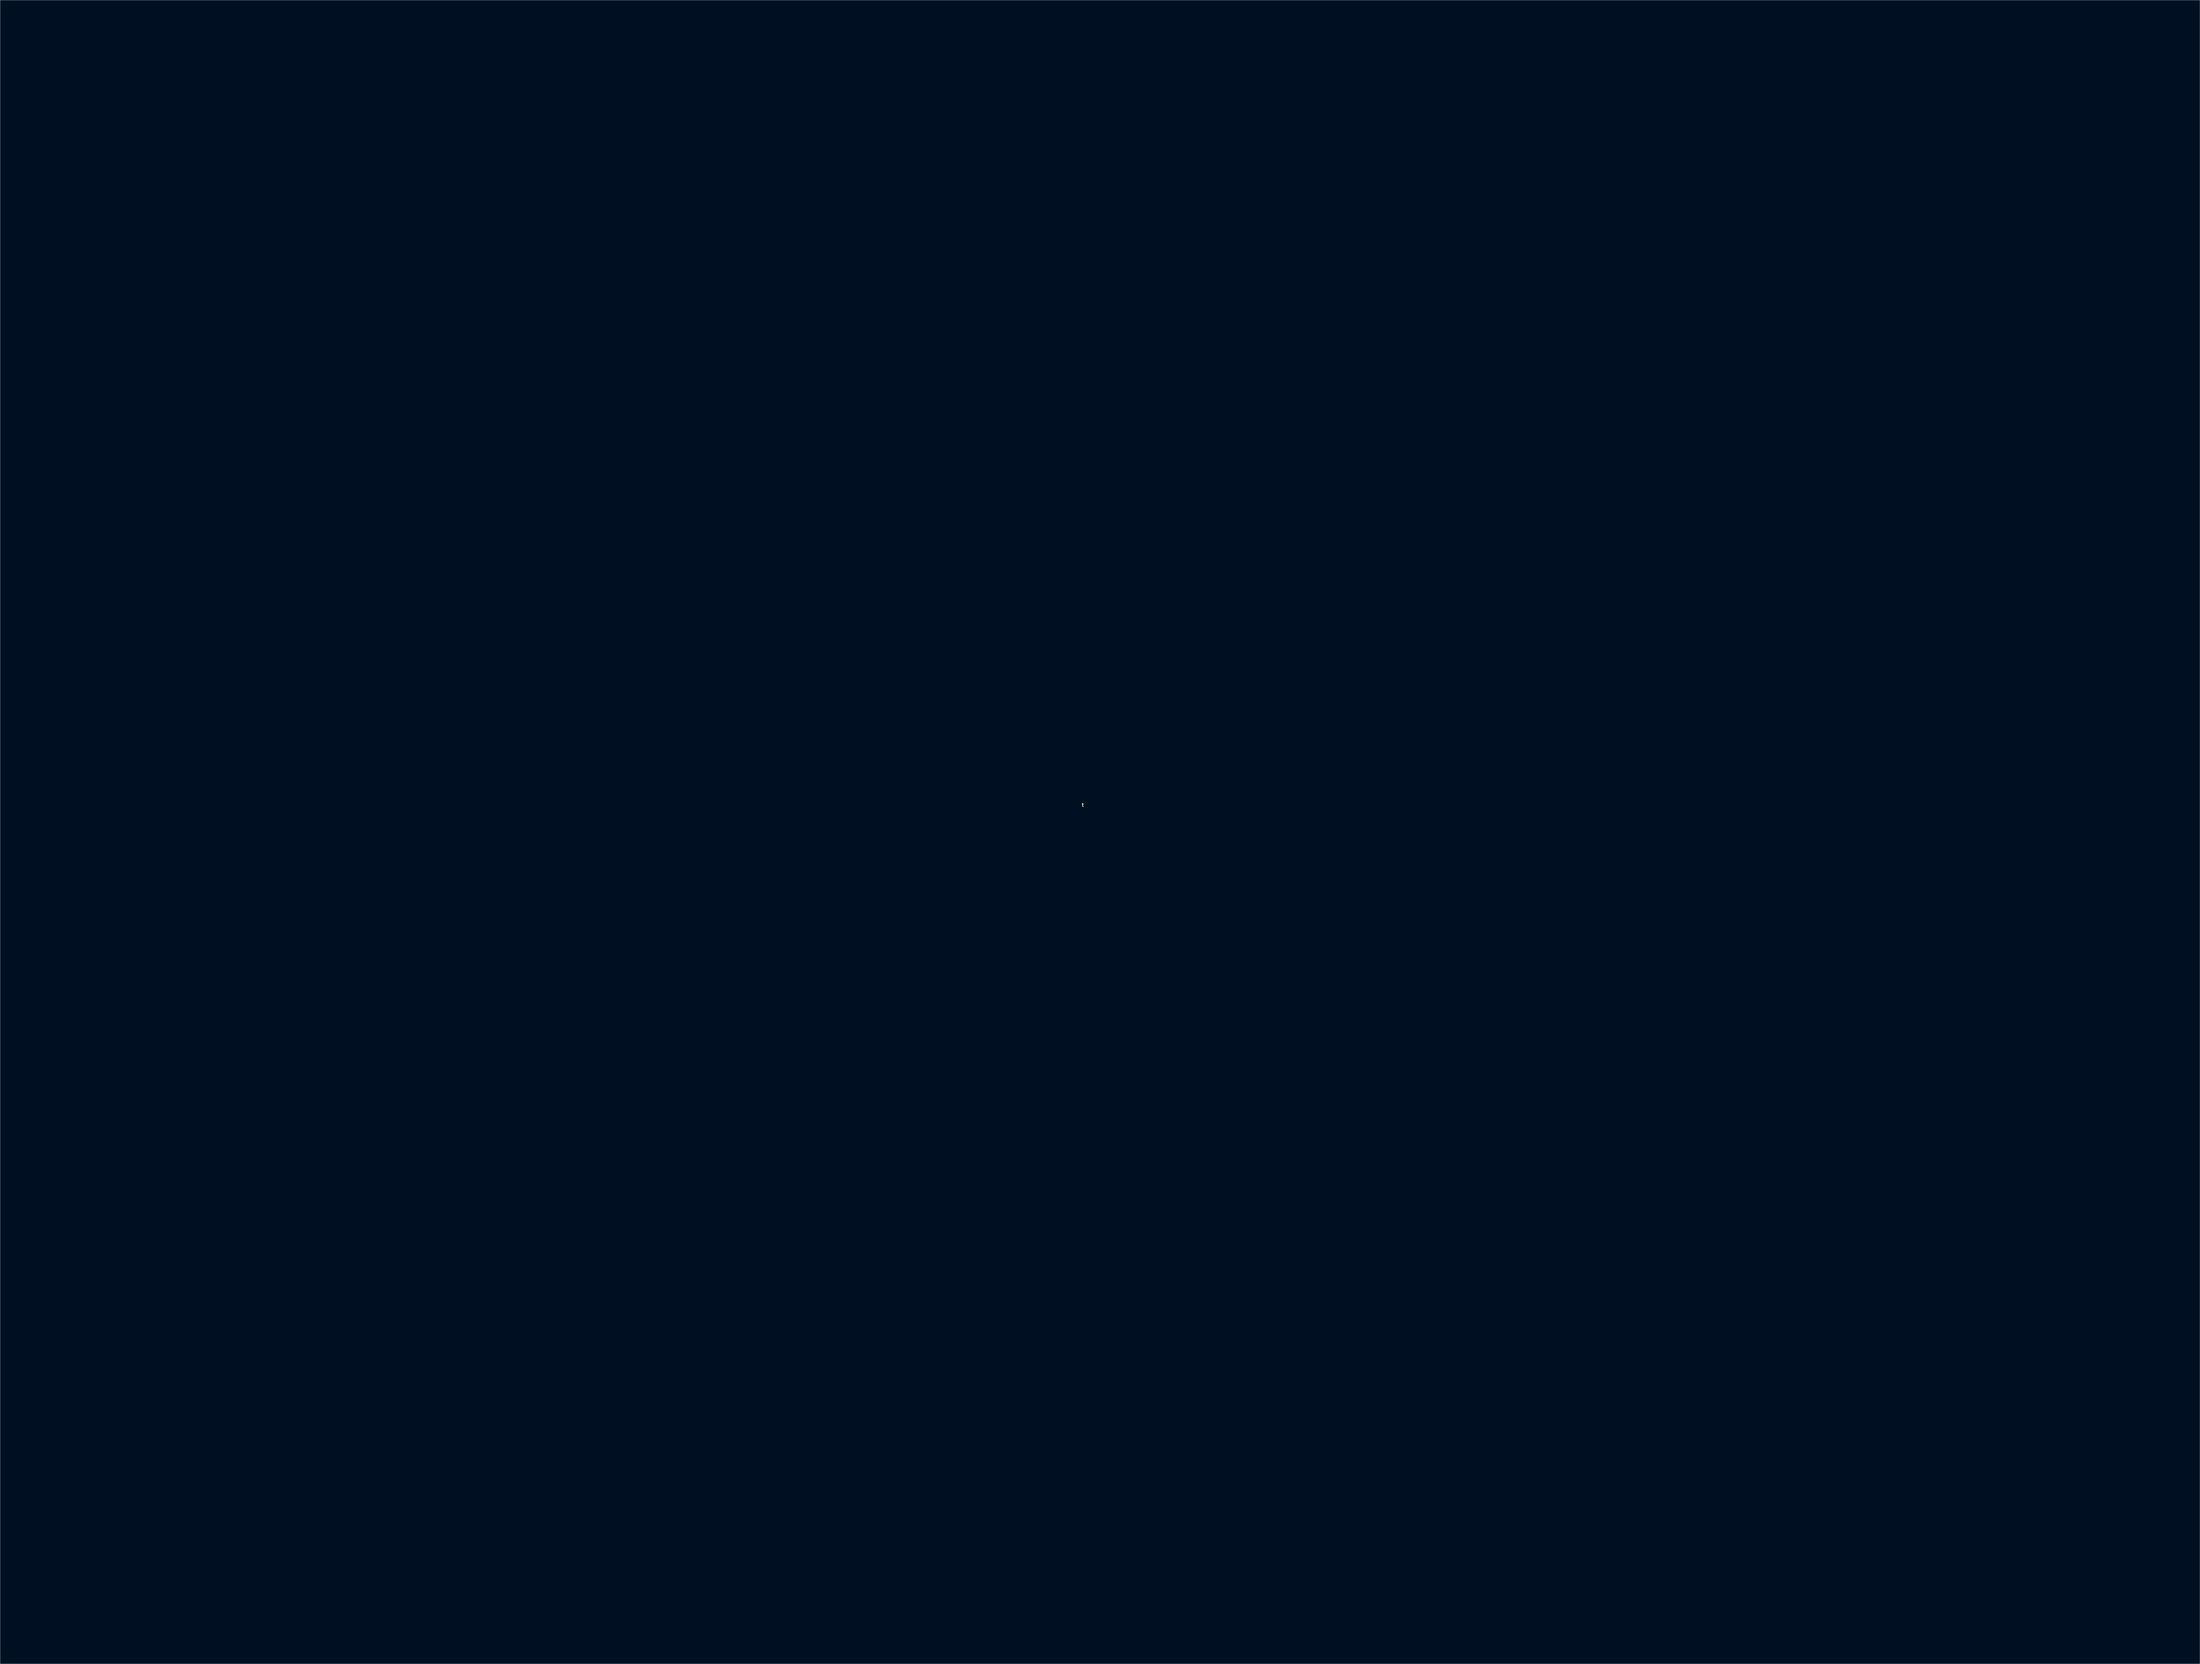
<source format=kicad_pcb>
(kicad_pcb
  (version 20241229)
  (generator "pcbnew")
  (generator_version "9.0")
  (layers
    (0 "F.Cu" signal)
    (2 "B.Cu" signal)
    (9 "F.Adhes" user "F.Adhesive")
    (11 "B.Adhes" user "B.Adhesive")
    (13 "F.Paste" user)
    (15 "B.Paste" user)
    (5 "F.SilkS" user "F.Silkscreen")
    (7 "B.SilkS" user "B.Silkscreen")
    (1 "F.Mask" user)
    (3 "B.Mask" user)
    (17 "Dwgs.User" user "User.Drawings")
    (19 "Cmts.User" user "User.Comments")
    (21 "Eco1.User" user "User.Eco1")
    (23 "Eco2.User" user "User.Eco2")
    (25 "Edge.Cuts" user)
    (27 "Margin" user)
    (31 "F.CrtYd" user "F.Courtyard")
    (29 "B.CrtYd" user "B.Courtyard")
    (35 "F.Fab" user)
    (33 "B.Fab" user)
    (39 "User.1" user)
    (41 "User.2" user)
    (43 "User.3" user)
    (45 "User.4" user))
  (footprint "t"
    (layer "F.Cu")
    (at 487.177 361.514)
    (property "Reference" "t" (at 0 0 0) (layer "F.SilkS") (effects (font (size 1.524 1.524) (thickness 0.3))))
    (attr through_hole)
    (fp_poly (pts (xy -409.448 214.884) (xy -418.592 214.884) (xy -418.592 204.724) (xy -409.448 204.724) (xy -409.448 214.884)) (stroke (width 0.01) (type solid)) (fill no) (layer "Eco2.User"))
    (fp_poly (pts (xy -249.428 -240.03) (xy -249.682 -239.776) (xy -249.936 -240.03) (xy -249.682 -240.284) (xy -249.428 -240.03)) (stroke (width 0.01) (type solid)) (fill no) (layer "Eco2.User"))
    (fp_poly (pts (xy -245.872 -240.03) (xy -246.126 -239.776) (xy -246.38 -240.03) (xy -246.126 -240.284) (xy -245.872 -240.03)) (stroke (width 0.01) (type solid)) (fill no) (layer "Eco2.User"))
    (fp_poly (pts (xy -213.36 -203.454) (xy -213.614 -203.2) (xy -213.868 -203.454) (xy -213.614 -203.708) (xy -213.36 -203.454)) (stroke (width 0.01) (type solid)) (fill no) (layer "Eco2.User"))
    (fp_poly (pts (xy -176.276 -177.038) (xy -176.53 -176.784) (xy -176.784 -177.038) (xy -176.53 -177.292) (xy -176.276 -177.038)) (stroke (width 0.01) (type solid)) (fill no) (layer "Eco2.User"))
    (fp_poly (pts (xy -174.244 -173.99) (xy -174.498 -173.736) (xy -174.752 -173.99) (xy -174.498 -174.244) (xy -174.244 -173.99)) (stroke (width 0.01) (type solid)) (fill no) (layer "Eco2.User"))
    (fp_poly (pts (xy -170.18 -172.466) (xy -170.434 -172.212) (xy -170.688 -172.466) (xy -170.434 -172.72) (xy -170.18 -172.466)) (stroke (width 0.01) (type solid)) (fill no) (layer "Eco2.User"))
    (fp_poly (pts (xy -167.64 -170.434) (xy -167.894 -170.18) (xy -168.148 -170.434) (xy -167.894 -170.688) (xy -167.64 -170.434)) (stroke (width 0.01) (type solid)) (fill no) (layer "Eco2.User"))
    (fp_poly (pts (xy -162.052 -166.37) (xy -162.306 -166.116) (xy -162.56 -166.37) (xy -162.306 -166.624) (xy -162.052 -166.37)) (stroke (width 0.01) (type solid)) (fill no) (layer "Eco2.User"))
    (fp_poly (pts (xy -133.096 -154.686) (xy -133.35 -154.432) (xy -133.604 -154.686) (xy -133.35 -154.94) (xy -133.096 -154.686)) (stroke (width 0.01) (type solid)) (fill no) (layer "Eco2.User"))
    (fp_poly (pts (xy -125.984 -150.622) (xy -126.238 -150.368) (xy -126.492 -150.622) (xy -126.238 -150.876) (xy -125.984 -150.622)) (stroke (width 0.01) (type solid)) (fill no) (layer "Eco2.User"))
    (fp_poly (pts (xy -110.744 -140.462) (xy -110.998 -140.208) (xy -111.252 -140.462) (xy -110.998 -140.716) (xy -110.744 -140.462)) (stroke (width 0.01) (type solid)) (fill no) (layer "Eco2.User"))
    (fp_poly (pts (xy -108.712 -141.986) (xy -108.966 -141.732) (xy -109.22 -141.986) (xy -108.966 -142.24) (xy -108.712 -141.986)) (stroke (width 0.01) (type solid)) (fill no) (layer "Eco2.User"))
    (fp_poly (pts (xy -82.296 -131.318) (xy -82.55 -131.064) (xy -82.804 -131.318) (xy -82.55 -131.572) (xy -82.296 -131.318)) (stroke (width 0.01) (type solid)) (fill no) (layer "Eco2.User"))
    (fp_poly (pts (xy -71.628 -128.27) (xy -71.882 -128.016) (xy -72.136 -128.27) (xy -71.882 -128.524) (xy -71.628 -128.27)) (stroke (width 0.01) (type solid)) (fill no) (layer "Eco2.User"))
    (fp_poly (pts (xy -52.324 -131.318) (xy -52.578 -131.064) (xy -52.832 -131.318) (xy -52.578 -131.572) (xy -52.324 -131.318)) (stroke (width 0.01) (type solid)) (fill no) (layer "Eco2.User"))
    (fp_poly (pts (xy -44.196 -134.874) (xy -44.45 -134.62) (xy -44.704 -134.874) (xy -44.45 -135.128) (xy -44.196 -134.874)) (stroke (width 0.01) (type solid)) (fill no) (layer "Eco2.User"))
    (fp_poly (pts (xy -43.688 -132.842) (xy -43.942 -132.588) (xy -44.196 -132.842) (xy -43.942 -133.096) (xy -43.688 -132.842)) (stroke (width 0.01) (type solid)) (fill no) (layer "Eco2.User"))
    (fp_poly (pts (xy 34.544 -125.73) (xy 34.29 -125.476) (xy 34.036 -125.73) (xy 34.29 -125.984) (xy 34.544 -125.73)) (stroke (width 0.01) (type solid)) (fill no) (layer "Eco2.User"))
    (fp_poly (pts (xy 34.544 -122.174) (xy 34.29 -121.92) (xy 34.036 -122.174) (xy 34.29 -122.428) (xy 34.544 -122.174)) (stroke (width 0.01) (type solid)) (fill no) (layer "Eco2.User"))
    (fp_poly (pts (xy 35.56 -127.254) (xy 35.306 -127) (xy 35.052 -127.254) (xy 35.306 -127.508) (xy 35.56 -127.254)) (stroke (width 0.01) (type solid)) (fill no) (layer "Eco2.User"))
    (fp_poly (pts (xy 36.068 -129.794) (xy 35.814 -129.54) (xy 35.56 -129.794) (xy 35.814 -130.048) (xy 36.068 -129.794)) (stroke (width 0.01) (type solid)) (fill no) (layer "Eco2.User"))
    (fp_poly (pts (xy 40.64 -121.666) (xy 40.386 -121.412) (xy 40.132 -121.666) (xy 40.386 -121.92) (xy 40.64 -121.666)) (stroke (width 0.01) (type solid)) (fill no) (layer "Eco2.User"))
    (fp_poly (pts (xy 63.5 -123.19) (xy 63.246 -122.936) (xy 62.992 -123.19) (xy 63.246 -123.444) (xy 63.5 -123.19)) (stroke (width 0.01) (type solid)) (fill no) (layer "Eco2.User"))
    (fp_poly (pts (xy 64.008 -125.222) (xy 63.754 -124.968) (xy 63.5 -125.222) (xy 63.754 -125.476) (xy 64.008 -125.222)) (stroke (width 0.01) (type solid)) (fill no) (layer "Eco2.User"))
    (fp_poly (pts (xy 65.532 -124.714) (xy 65.278 -124.46) (xy 65.024 -124.714) (xy 65.278 -124.968) (xy 65.532 -124.714)) (stroke (width 0.01) (type solid)) (fill no) (layer "Eco2.User"))
    (fp_poly (pts (xy 66.548 -211.074) (xy 66.294 -210.82) (xy 66.04 -211.074) (xy 66.294 -211.328) (xy 66.548 -211.074)) (stroke (width 0.01) (type solid)) (fill no) (layer "Eco2.User"))
    (fp_poly (pts (xy 68.072 -215.138) (xy 67.818 -214.884) (xy 67.564 -215.138) (xy 67.818 -215.392) (xy 68.072 -215.138)) (stroke (width 0.01) (type solid)) (fill no) (layer "Eco2.User"))
    (fp_poly (pts (xy 88.392 -133.858) (xy 88.138 -133.604) (xy 87.884 -133.858) (xy 88.138 -134.112) (xy 88.392 -133.858)) (stroke (width 0.01) (type solid)) (fill no) (layer "Eco2.User"))
    (fp_poly (pts (xy 89.408 -137.922) (xy 89.154 -137.668) (xy 88.9 -137.922) (xy 89.154 -138.176) (xy 89.408 -137.922)) (stroke (width 0.01) (type solid)) (fill no) (layer "Eco2.User"))
    (fp_poly (pts (xy 89.408 95.25) (xy 89.154 95.504) (xy 88.9 95.25) (xy 89.154 94.996) (xy 89.408 95.25)) (stroke (width 0.01) (type solid)) (fill no) (layer "Eco2.User"))
    (fp_poly (pts (xy 90.424 95.758) (xy 90.17 96.012) (xy 89.916 95.758) (xy 90.17 95.504) (xy 90.424 95.758)) (stroke (width 0.01) (type solid)) (fill no) (layer "Eco2.User"))
    (fp_poly (pts (xy 91.44 96.266) (xy 91.186 96.52) (xy 90.932 96.266) (xy 91.186 96.012) (xy 91.44 96.266)) (stroke (width 0.01) (type solid)) (fill no) (layer "Eco2.User"))
    (fp_poly (pts (xy 94.488 -137.414) (xy 94.234 -137.16) (xy 93.98 -137.414) (xy 94.234 -137.668) (xy 94.488 -137.414)) (stroke (width 0.01) (type solid)) (fill no) (layer "Eco2.User"))
    (fp_poly (pts (xy 94.996 97.282) (xy 94.742 97.536) (xy 94.488 97.282) (xy 94.742 97.028) (xy 94.996 97.282)) (stroke (width 0.01) (type solid)) (fill no) (layer "Eco2.User"))
    (fp_poly (pts (xy 96.012 97.79) (xy 95.758 98.044) (xy 95.504 97.79) (xy 95.758 97.536) (xy 96.012 97.79)) (stroke (width 0.01) (type solid)) (fill no) (layer "Eco2.User"))
    (fp_poly (pts (xy 97.536 98.298) (xy 97.282 98.552) (xy 97.028 98.298) (xy 97.282 98.044) (xy 97.536 98.298)) (stroke (width 0.01) (type solid)) (fill no) (layer "Eco2.User"))
    (fp_poly (pts (xy 98.552 98.806) (xy 98.298 99.06) (xy 98.044 98.806) (xy 98.298 98.552) (xy 98.552 98.806)) (stroke (width 0.01) (type solid)) (fill no) (layer "Eco2.User"))
    (fp_poly (pts (xy 100.076 -143.51) (xy 99.822 -143.256) (xy 99.568 -143.51) (xy 99.822 -143.764) (xy 100.076 -143.51)) (stroke (width 0.01) (type solid)) (fill no) (layer "Eco2.User"))
    (fp_poly (pts (xy 101.092 99.822) (xy 100.838 100.076) (xy 100.584 99.822) (xy 100.838 99.568) (xy 101.092 99.822)) (stroke (width 0.01) (type solid)) (fill no) (layer "Eco2.User"))
    (fp_poly (pts (xy 101.6 -141.478) (xy 101.346 -141.224) (xy 101.092 -141.478) (xy 101.346 -141.732) (xy 101.6 -141.478)) (stroke (width 0.01) (type solid)) (fill no) (layer "Eco2.User"))
    (fp_poly (pts (xy 104.648 101.346) (xy 104.394 101.6) (xy 104.14 101.346) (xy 104.394 101.092) (xy 104.648 101.346)) (stroke (width 0.01) (type solid)) (fill no) (layer "Eco2.User"))
    (fp_poly (pts (xy 105.664 101.854) (xy 105.41 102.108) (xy 105.156 101.854) (xy 105.41 101.6) (xy 105.664 101.854)) (stroke (width 0.01) (type solid)) (fill no) (layer "Eco2.User"))
    (fp_poly (pts (xy 114.808 -147.574) (xy 114.554 -147.32) (xy 114.3 -147.574) (xy 114.554 -147.828) (xy 114.808 -147.574)) (stroke (width 0.01) (type solid)) (fill no) (layer "Eco2.User"))
    (fp_poly (pts (xy 119.38 173.482) (xy 119.126 173.736) (xy 118.872 173.482) (xy 119.126 173.228) (xy 119.38 173.482)) (stroke (width 0.01) (type solid)) (fill no) (layer "Eco2.User"))
    (fp_poly (pts (xy 122.428 5.334) (xy 122.174 5.588) (xy 121.92 5.334) (xy 122.174 5.08) (xy 122.428 5.334)) (stroke (width 0.01) (type solid)) (fill no) (layer "Eco2.User"))
    (fp_poly (pts (xy 122.936 3.81) (xy 122.682 4.064) (xy 122.428 3.81) (xy 122.682 3.556) (xy 122.936 3.81)) (stroke (width 0.01) (type solid)) (fill no) (layer "Eco2.User"))
    (fp_poly (pts (xy 123.952 -150.622) (xy 123.698 -150.368) (xy 123.444 -150.622) (xy 123.698 -150.876) (xy 123.952 -150.622)) (stroke (width 0.01) (type solid)) (fill no) (layer "Eco2.User"))
    (fp_poly (pts (xy 123.952 1.27) (xy 123.698 1.524) (xy 123.444 1.27) (xy 123.698 1.016) (xy 123.952 1.27)) (stroke (width 0.01) (type solid)) (fill no) (layer "Eco2.User"))
    (fp_poly (pts (xy 124.46 -0.254) (xy 124.206 0) (xy 123.952 -0.254) (xy 124.206 -0.508) (xy 124.46 -0.254)) (stroke (width 0.01) (type solid)) (fill no) (layer "Eco2.User"))
    (fp_poly (pts (xy 124.968 -1.27) (xy 124.714 -1.016) (xy 124.46 -1.27) (xy 124.714 -1.524) (xy 124.968 -1.27)) (stroke (width 0.01) (type solid)) (fill no) (layer "Eco2.User"))
    (fp_poly (pts (xy 125.476 -2.794) (xy 125.222 -2.54) (xy 124.968 -2.794) (xy 125.222 -3.048) (xy 125.476 -2.794)) (stroke (width 0.01) (type solid)) (fill no) (layer "Eco2.User"))
    (fp_poly (pts (xy 125.984 -152.146) (xy 125.73 -151.892) (xy 125.476 -152.146) (xy 125.73 -152.4) (xy 125.984 -152.146)) (stroke (width 0.01) (type solid)) (fill no) (layer "Eco2.User"))
    (fp_poly (pts (xy 126.492 -5.334) (xy 126.238 -5.08) (xy 125.984 -5.334) (xy 126.238 -5.588) (xy 126.492 -5.334)) (stroke (width 0.01) (type solid)) (fill no) (layer "Eco2.User"))
    (fp_poly (pts (xy 126.492 112.014) (xy 126.238 112.268) (xy 125.984 112.014) (xy 126.238 111.76) (xy 126.492 112.014)) (stroke (width 0.01) (type solid)) (fill no) (layer "Eco2.User"))
    (fp_poly (pts (xy 127 -6.858) (xy 126.746 -6.604) (xy 126.492 -6.858) (xy 126.746 -7.112) (xy 127 -6.858)) (stroke (width 0.01) (type solid)) (fill no) (layer "Eco2.User"))
    (fp_poly (pts (xy 127.508 -7.874) (xy 127.254 -7.62) (xy 127 -7.874) (xy 127.254 -8.128) (xy 127.508 -7.874)) (stroke (width 0.01) (type solid)) (fill no) (layer "Eco2.User"))
    (fp_poly (pts (xy 128.016 -9.398) (xy 127.762 -9.144) (xy 127.508 -9.398) (xy 127.762 -9.652) (xy 128.016 -9.398)) (stroke (width 0.01) (type solid)) (fill no) (layer "Eco2.User"))
    (fp_poly (pts (xy 128.524 -10.922) (xy 128.27 -10.668) (xy 128.016 -10.922) (xy 128.27 -11.176) (xy 128.524 -10.922)) (stroke (width 0.01) (type solid)) (fill no) (layer "Eco2.User"))
    (fp_poly (pts (xy 129.032 -11.938) (xy 128.778 -11.684) (xy 128.524 -11.938) (xy 128.778 -12.192) (xy 129.032 -11.938)) (stroke (width 0.01) (type solid)) (fill no) (layer "Eco2.User"))
    (fp_poly (pts (xy 129.54 -13.462) (xy 129.286 -13.208) (xy 129.032 -13.462) (xy 129.286 -13.716) (xy 129.54 -13.462)) (stroke (width 0.01) (type solid)) (fill no) (layer "Eco2.User"))
    (fp_poly (pts (xy 132.08 115.062) (xy 131.826 115.316) (xy 131.572 115.062) (xy 131.826 114.808) (xy 132.08 115.062)) (stroke (width 0.01) (type solid)) (fill no) (layer "Eco2.User"))
    (fp_poly (pts (xy 135.636 117.094) (xy 135.382 117.348) (xy 135.128 117.094) (xy 135.382 116.84) (xy 135.636 117.094)) (stroke (width 0.01) (type solid)) (fill no) (layer "Eco2.User"))
    (fp_poly (pts (xy 136.652 117.602) (xy 136.398 117.856) (xy 136.144 117.602) (xy 136.398 117.348) (xy 136.652 117.602)) (stroke (width 0.01) (type solid)) (fill no) (layer "Eco2.User"))
    (fp_poly (pts (xy 139.192 119.126) (xy 138.938 119.38) (xy 138.684 119.126) (xy 138.938 118.872) (xy 139.192 119.126)) (stroke (width 0.01) (type solid)) (fill no) (layer "Eco2.User"))
    (fp_poly (pts (xy 140.716 120.142) (xy 140.462 120.396) (xy 140.208 120.142) (xy 140.462 119.888) (xy 140.716 120.142)) (stroke (width 0.01) (type solid)) (fill no) (layer "Eco2.User"))
    (fp_poly (pts (xy 141.732 120.65) (xy 141.478 120.904) (xy 141.224 120.65) (xy 141.478 120.396) (xy 141.732 120.65)) (stroke (width 0.01) (type solid)) (fill no) (layer "Eco2.User"))
    (fp_poly (pts (xy 143.256 -263.906) (xy 143.002 -263.652) (xy 142.748 -263.906) (xy 143.002 -264.16) (xy 143.256 -263.906)) (stroke (width 0.01) (type solid)) (fill no) (layer "Eco2.User"))
    (fp_poly (pts (xy 207.772 -41.402) (xy 207.518 -41.148) (xy 207.264 -41.402) (xy 207.518 -41.656) (xy 207.772 -41.402)) (stroke (width 0.01) (type solid)) (fill no) (layer "Eco2.User"))
    (fp_poly (pts (xy -249.597 -241.639) (xy -249.537 -241.036) (xy -249.597 -240.961) (xy -249.899 -241.031) (xy -249.936 -241.3) (xy -249.75 -241.718) (xy -249.597 -241.639)) (stroke (width 0.01) (type solid)) (fill no) (layer "Eco2.User"))
    (fp_poly (pts (xy -167.301 -263.483) (xy -167.241 -262.88) (xy -167.301 -262.805) (xy -167.603 -262.875) (xy -167.64 -263.144) (xy -167.454 -263.562) (xy -167.301 -263.483)) (stroke (width 0.01) (type solid)) (fill no) (layer "Eco2.User"))
    (fp_poly (pts (xy -163.237 -274.151) (xy -163.177 -273.548) (xy -163.237 -273.473) (xy -163.539 -273.543) (xy -163.576 -273.812) (xy -163.39 -274.23) (xy -163.237 -274.151)) (stroke (width 0.01) (type solid)) (fill no) (layer "Eco2.User"))
    (fp_poly (pts (xy 93.303 96.689) (xy 93.233 96.991) (xy 92.964 97.028) (xy 92.546 96.842) (xy 92.625 96.689) (xy 93.228 96.629) (xy 93.303 96.689)) (stroke (width 0.01) (type solid)) (fill no) (layer "Eco2.User"))
    (fp_poly (pts (xy 110.575 -145.627) (xy 110.505 -145.325) (xy 110.236 -145.288) (xy 109.818 -145.474) (xy 109.897 -145.627) (xy 110.5 -145.687) (xy 110.575 -145.627)) (stroke (width 0.01) (type solid)) (fill no) (layer "Eco2.User"))
    (fp_poly (pts (xy 121.751 6.265) (xy 121.811 6.868) (xy 121.751 6.943) (xy 121.449 6.873) (xy 121.412 6.604) (xy 121.598 6.186) (xy 121.751 6.265)) (stroke (width 0.01) (type solid)) (fill no) (layer "Eco2.User"))
    (fp_poly (pts (xy 123.275 2.201) (xy 123.335 2.804) (xy 123.275 2.879) (xy 122.973 2.809) (xy 122.936 2.54) (xy 123.122 2.122) (xy 123.275 2.201)) (stroke (width 0.01) (type solid)) (fill no) (layer "Eco2.User"))
    (fp_poly (pts (xy 125.815 -4.403) (xy 125.875 -3.8) (xy 125.815 -3.725) (xy 125.513 -3.795) (xy 125.476 -4.064) (xy 125.662 -4.482) (xy 125.815 -4.403)) (stroke (width 0.01) (type solid)) (fill no) (layer "Eco2.User"))
    (fp_poly (pts (xy -210.898 -200.455) (xy -210.357 -199.982) (xy -210.312 -199.868) (xy -210.553 -199.659) (xy -211.055 -200.127) (xy -211.123 -200.23) (xy -211.182 -200.578) (xy -210.898 -200.455)) (stroke (width 0.01) (type solid)) (fill no) (layer "Eco2.User"))
    (fp_poly (pts (xy -132.666 -152.195) (xy -132.121 -151.683) (xy -132.233 -151.389) (xy -132.304 -151.384) (xy -132.734 -151.745) (xy -132.891 -151.97) (xy -132.95 -152.318) (xy -132.666 -152.195)) (stroke (width 0.01) (type solid)) (fill no) (layer "Eco2.User"))
    (fp_poly (pts (xy -167.656 -261.874) (xy -167.908 -261.039) (xy -168.148 -260.604) (xy -168.551 -260.197) (xy -168.64 -260.35) (xy -168.388 -261.185) (xy -168.148 -261.62) (xy -167.745 -262.027) (xy -167.656 -261.874)) (stroke (width 0.01) (type solid)) (fill no) (layer "Eco2.User"))
    (fp_poly (pts (xy -166.132 -265.938) (xy -166.384 -265.103) (xy -166.624 -264.668) (xy -167.027 -264.261) (xy -167.116 -264.414) (xy -166.864 -265.249) (xy -166.624 -265.684) (xy -166.221 -266.091) (xy -166.132 -265.938)) (stroke (width 0.01) (type solid)) (fill no) (layer "Eco2.User"))
    (fp_poly (pts (xy -163.592 -272.542) (xy -163.844 -271.707) (xy -164.084 -271.272) (xy -164.487 -270.865) (xy -164.576 -271.018) (xy -164.324 -271.853) (xy -164.084 -272.288) (xy -163.681 -272.695) (xy -163.592 -272.542)) (stroke (width 0.01) (type solid)) (fill no) (layer "Eco2.User"))
    (fp_poly (pts (xy -162.581 -275.475) (xy -162.56 -275.336) (xy -162.733 -274.841) (xy -162.784 -274.828) (xy -163.218 -275.184) (xy -163.322 -275.336) (xy -163.282 -275.804) (xy -163.098 -275.844) (xy -162.581 -275.475)) (stroke (width 0.01) (type solid)) (fill no) (layer "Eco2.User"))
    (fp_poly (pts (xy -133.763 -152.58) (xy -133.858 -152.4) (xy -134.337 -151.915) (xy -134.426 -151.892) (xy -134.461 -152.22) (xy -134.366 -152.4) (xy -133.887 -152.885) (xy -133.798 -152.908) (xy -133.763 -152.58)) (stroke (width 0.01) (type solid)) (fill no) (layer "Eco2.User"))
    (fp_poly (pts (xy -168.869 -259.462) (xy -168.839 -258.833) (xy -169.259 -257.929) (xy -169.871 -257.206) (xy -170.234 -257.048) (xy -170.351 -257.334) (xy -169.962 -257.846) (xy -169.319 -258.718) (xy -169.164 -259.201) (xy -168.972 -259.53) (xy -168.869 -259.462)) (stroke (width 0.01) (type solid)) (fill no) (layer "Eco2.User"))
    (fp_poly (pts (xy -164.839 -269.408) (xy -164.883 -269.24) (xy -165.331 -267.949) (xy -165.694 -267.208) (xy -165.965 -266.918) (xy -165.869 -267.548) (xy -165.825 -267.716) (xy -165.377 -269.007) (xy -165.014 -269.748) (xy -164.743 -270.038) (xy -164.839 -269.408)) (stroke (width 0.01) (type solid)) (fill no) (layer "Eco2.User"))
    (fp_poly (pts (xy -235.458 383.286) (xy -240.284 383.304) (xy -242.244 383.303) (xy -244.991 383.288) (xy -248.296 383.262) (xy -251.929 383.227) (xy -255.662 383.184) (xy -256.924 383.168) (xy -268.738 383.013) (xy -268.608 339.97) (xy -268.478 296.926) (xy -235.458 296.926) (xy -235.458 383.286)) (stroke (width 0.01) (type solid)) (fill no) (layer "Eco2.User"))
    (fp_poly (pts (xy -272.347 -135.343) (xy -272.454 -134.833) (xy -272.873 -133.534) (xy -273.548 -131.606) (xy -274.425 -129.207) (xy -275.202 -127.143) (xy -278.252 -119.126) (xy -281.239 -118.805) (xy -282.938 -118.651) (xy -285.329 -118.47) (xy -288.088 -118.286) (xy -290.774 -118.127) (xy -293.507 -117.995) (xy -295.365 -117.954) (xy -296.486 -118.011) (xy -297.007 -118.174) (xy -297.066 -118.448) (xy -296.806 -119.135) (xy -296.252 -120.595) (xy -295.473 -122.65) (xy -294.536 -125.123) (xy -293.902 -126.794) (xy -290.994 -134.462) (xy -281.768 -134.993) (xy -278.819 -135.153) (xy -276.239 -135.273) (xy -274.19 -135.349) (xy -272.838 -135.373) (xy -272.347 -135.343)) (stroke (width 0.01) (type solid)) (fill no) (layer "Eco2.User"))
    (fp_poly (pts (xy -254.745 -190.843) (xy -254.508 -190.762) (xy -254.682 -190.193) (xy -255.165 -188.831) (xy -255.9 -186.834) (xy -256.829 -184.356) (xy -257.871 -181.618) (xy -261.235 -172.841) (xy -263.53 -172.527) (xy -264.997 -172.397) (xy -267.155 -172.293) (xy -269.682 -172.228) (xy -271.604 -172.212) (xy -277.382 -172.212) (xy -276.697 -173.863) (xy -276.276 -174.921) (xy -275.581 -176.712) (xy -274.695 -179.019) (xy -273.703 -181.624) (xy -273.291 -182.71) (xy -270.57 -189.906) (xy -268.508 -190.18) (xy -266.686 -190.379) (xy -264.465 -190.557) (xy -262.055 -190.707) (xy -259.668 -190.82) (xy -257.513 -190.886) (xy -255.802 -190.896) (xy -254.745 -190.843)) (stroke (width 0.01) (type solid)) (fill no) (layer "Eco2.User"))
    (fp_poly (pts (xy -315.376 -14.101) (xy -316.459 -11.305) (xy -317.443 -8.845) (xy -318.263 -6.875) (xy -318.857 -5.552) (xy -319.153 -5.033) (xy -319.779 -4.903) (xy -321.247 -4.729) (xy -323.386 -4.527) (xy -326.023 -4.313) (xy -328.577 -4.132) (xy -331.665 -3.918) (xy -334.554 -3.705) (xy -337.028 -3.51) (xy -338.869 -3.349) (xy -339.713 -3.26) (xy -341.86 -2.989) (xy -340.729 -5.952) (xy -340.117 -7.558) (xy -339.255 -9.829) (xy -338.249 -12.482) (xy -337.208 -15.231) (xy -337.058 -15.628) (xy -334.518 -22.342) (xy -328.422 -22.388) (xy -325.343 -22.428) (xy -321.981 -22.499) (xy -318.829 -22.589) (xy -317.18 -22.651) (xy -312.034 -22.868) (xy -315.376 -14.101)) (stroke (width 0.01) (type solid)) (fill no) (layer "Eco2.User"))
    (fp_poly (pts (xy -227.842 -104.557) (xy -227.954 -104.048) (xy -228.372 -102.786) (xy -229.028 -100.961) (xy -229.842 -98.806) (xy -230.867 -96.139) (xy -231.921 -93.386) (xy -232.858 -90.932) (xy -233.361 -89.61) (xy -234.728 -86.002) (xy -241.951 -85.666) (xy -245.124 -85.511) (xy -248.47 -85.336) (xy -251.597 -85.163) (xy -254.113 -85.011) (xy -254.179 -85.007) (xy -256.493 -84.878) (xy -257.96 -84.861) (xy -258.746 -84.971) (xy -259.016 -85.221) (xy -259.005 -85.421) (xy -258.774 -86.115) (xy -258.241 -87.592) (xy -257.468 -89.686) (xy -256.515 -92.231) (xy -255.539 -94.815) (xy -252.251 -103.472) (xy -240.123 -104.096) (xy -236.726 -104.264) (xy -233.683 -104.401) (xy -231.136 -104.502) (xy -229.226 -104.563) (xy -228.095 -104.576) (xy -227.842 -104.557)) (stroke (width 0.01) (type solid)) (fill no) (layer "Eco2.User"))
    (fp_poly (pts (xy -294.415 -79.572) (xy -293.668 -79.43) (xy -293.624 -79.372) (xy -293.794 -78.771) (xy -294.257 -77.419) (xy -294.939 -75.513) (xy -295.767 -73.249) (xy -296.67 -70.826) (xy -297.575 -68.441) (xy -298.408 -66.289) (xy -298.937 -64.961) (xy -299.21 -64.64) (xy -299.827 -64.391) (xy -300.933 -64.196) (xy -302.668 -64.034) (xy -305.176 -63.886) (xy -307.497 -63.778) (xy -310.376 -63.639) (xy -312.974 -63.487) (xy -315.087 -63.336) (xy -316.51 -63.199) (xy -316.949 -63.131) (xy -317.828 -63.054) (xy -317.942 -63.49) (xy -317.922 -63.551) (xy -317.661 -64.258) (xy -317.113 -65.731) (xy -316.346 -67.782) (xy -315.431 -70.225) (xy -314.974 -71.443) (xy -312.281 -78.625) (xy -309.429 -78.918) (xy -306.533 -79.181) (xy -303.565 -79.389) (xy -300.697 -79.537) (xy -298.101 -79.62) (xy -295.95 -79.633) (xy -294.415 -79.572)) (stroke (width 0.01) (type solid)) (fill no) (layer "Eco2.User"))
    (fp_poly (pts (xy -268.473 10.461) (xy -270.049 14.659) (xy -271.309 18.002) (xy -272.288 20.586) (xy -273.026 22.509) (xy -273.559 23.867) (xy -273.924 24.758) (xy -274.16 25.277) (xy -274.304 25.522) (xy -274.312 25.531) (xy -274.945 25.694) (xy -276.586 25.879) (xy -279.23 26.087) (xy -282.869 26.317) (xy -287.497 26.568) (xy -293.107 26.84) (xy -299.691 27.133) (xy -300.415 27.164) (xy -303.209 27.275) (xy -305.135 27.321) (xy -306.341 27.288) (xy -306.975 27.163) (xy -307.185 26.933) (xy -307.118 26.584) (xy -307.108 26.559) (xy -306.82 25.808) (xy -306.236 24.278) (xy -305.42 22.138) (xy -304.438 19.558) (xy -303.451 16.966) (xy -300.147 8.279) (xy -293.457 7.955) (xy -290.657 7.827) (xy -287.175 7.68) (xy -283.343 7.528) (xy -279.496 7.382) (xy -276.961 7.292) (xy -267.156 6.952) (xy -268.473 10.461)) (stroke (width 0.01) (type solid)) (fill no) (layer "Eco2.User"))
    (fp_poly (pts (xy -165.387 -275.133) (xy -165.463 -274.98) (xy -166.325 -274.88) (xy -166.656 -274.868) (xy -168.467 -274.828) (xy -175.117 -257.302) (xy -173.029 -257.048) (xy -172.773 -256.925) (xy -173.484 -256.743) (xy -175.114 -256.51) (xy -177.615 -256.232) (xy -180.941 -255.916) (xy -181.61 -255.857) (xy -184.869 -255.562) (xy -187.845 -255.278) (xy -190.368 -255.022) (xy -192.266 -254.812) (xy -193.367 -254.664) (xy -193.505 -254.638) (xy -194.365 -254.542) (xy -194.475 -254.964) (xy -194.352 -255.321) (xy -194.051 -256.102) (xy -193.46 -257.655) (xy -192.646 -259.799) (xy -191.677 -262.357) (xy -190.898 -264.414) (xy -189.865 -267.114) (xy -188.934 -269.485) (xy -188.173 -271.362) (xy -187.647 -272.579) (xy -187.445 -272.963) (xy -186.853 -273.129) (xy -185.43 -273.355) (xy -183.359 -273.623) (xy -180.823 -273.915) (xy -178.004 -274.214) (xy -175.086 -274.501) (xy -172.25 -274.758) (xy -169.679 -274.968) (xy -167.556 -275.112) (xy -166.063 -275.172) (xy -165.387 -275.133)) (stroke (width 0.01) (type solid)) (fill no) (layer "Eco2.User"))
    (fp_poly (pts (xy -160.952 -132.569) (xy -160.36 -132.485) (xy -160.176 -132.358) (xy -160.18 -132.334) (xy -160.4 -131.737) (xy -160.927 -130.322) (xy -161.712 -128.225) (xy -162.705 -125.579) (xy -163.855 -122.517) (xy -164.868 -119.823) (xy -169.383 -107.819) (xy -173.972 -107.494) (xy -175.803 -107.373) (xy -178.334 -107.219) (xy -181.408 -107.039) (xy -184.871 -106.843) (xy -188.567 -106.637) (xy -192.34 -106.432) (xy -196.034 -106.235) (xy -199.495 -106.055) (xy -202.567 -105.9) (xy -205.094 -105.778) (xy -206.92 -105.698) (xy -207.89 -105.667) (xy -207.899 -105.667) (xy -208.911 -105.785) (xy -209.29 -106.045) (xy -209.112 -106.604) (xy -208.617 -107.98) (xy -207.851 -110.043) (xy -206.864 -112.662) (xy -205.705 -115.708) (xy -204.588 -118.618) (xy -199.894 -130.81) (xy -188.466 -131.432) (xy -182.184 -131.77) (xy -176.849 -132.048) (xy -172.393 -132.267) (xy -168.75 -132.431) (xy -165.852 -132.541) (xy -163.631 -132.599) (xy -162.02 -132.608) (xy -160.952 -132.569)) (stroke (width 0.01) (type solid)) (fill no) (layer "Eco2.User"))
    (fp_poly (pts (xy -185.062 -72.963) (xy -185.147 -72.422) (xy -185.553 -71.073) (xy -186.233 -69.056) (xy -187.139 -66.511) (xy -188.224 -63.577) (xy -188.779 -62.111) (xy -192.799 -51.562) (xy -203.969 -50.979) (xy -207.613 -50.788) (xy -211.262 -50.594) (xy -214.672 -50.411) (xy -217.598 -50.251) (xy -219.797 -50.128) (xy -220.091 -50.111) (xy -222.542 -50.008) (xy -224.102 -50.038) (xy -224.889 -50.212) (xy -225.044 -50.428) (xy -224.874 -50.996) (xy -224.406 -52.344) (xy -223.704 -54.3) (xy -222.831 -56.695) (xy -221.85 -59.358) (xy -220.824 -62.12) (xy -219.817 -64.809) (xy -218.893 -67.255) (xy -218.113 -69.288) (xy -217.543 -70.738) (xy -217.244 -71.434) (xy -217.227 -71.462) (xy -216.7 -71.541) (xy -215.307 -71.651) (xy -213.196 -71.786) (xy -210.515 -71.94) (xy -207.414 -72.104) (xy -204.041 -72.273) (xy -200.545 -72.439) (xy -197.074 -72.595) (xy -193.777 -72.735) (xy -190.803 -72.851) (xy -188.3 -72.936) (xy -186.418 -72.984) (xy -185.303 -72.988) (xy -185.062 -72.963)) (stroke (width 0.01) (type solid)) (fill no) (layer "Eco2.User"))
    (fp_poly (pts (xy -95.268 -302.686) (xy -95.26 -302.681) (xy -95.393 -302.183) (xy -95.849 -300.862) (xy -96.58 -298.846) (xy -97.541 -296.26) (xy -98.686 -293.23) (xy -99.915 -290.018) (xy -104.727 -277.521) (xy -111.164 -277.205) (xy -113.794 -277.075) (xy -117.135 -276.911) (xy -120.886 -276.726) (xy -124.743 -276.536) (xy -128.016 -276.375) (xy -131.406 -276.204) (xy -134.668 -276.031) (xy -137.586 -275.869) (xy -139.941 -275.73) (xy -141.517 -275.625) (xy -141.605 -275.618) (xy -143.248 -275.509) (xy -144.395 -275.464) (xy -144.78 -275.489) (xy -144.607 -275.974) (xy -144.118 -277.283) (xy -143.361 -279.29) (xy -142.384 -281.869) (xy -141.234 -284.894) (xy -140.035 -288.043) (xy -135.289 -300.482) (xy -132.542 -300.83) (xy -131.406 -300.937) (xy -129.487 -301.074) (xy -126.919 -301.236) (xy -123.842 -301.416) (xy -120.393 -301.607) (xy -116.708 -301.802) (xy -112.927 -301.993) (xy -109.185 -302.176) (xy -105.62 -302.342) (xy -102.37 -302.484) (xy -99.573 -302.597) (xy -97.365 -302.672) (xy -95.884 -302.704) (xy -95.268 -302.686)) (stroke (width 0.01) (type solid)) (fill no) (layer "Eco2.User"))
    (fp_poly (pts (xy 314.556 287.193) (xy 316.83 288.472) (xy 318.612 290.368) (xy 319.726 292.752) (xy 320.018 294.894) (xy 319.615 297.101) (xy 318.562 299.367) (xy 317.089 301.245) (xy 316.463 301.767) (xy 314.258 302.801) (xy 311.7 303.188) (xy 309.197 302.899) (xy 307.848 302.367) (xy 305.661 300.675) (xy 304.224 298.531) (xy 303.521 296.124) (xy 303.527 294.894) (xy 305.308 294.894) (xy 305.746 297.39) (xy 306.942 299.385) (xy 308.718 300.776) (xy 310.896 301.457) (xy 313.298 301.325) (xy 315.114 300.643) (xy 316.342 299.535) (xy 317.35 297.806) (xy 317.935 295.85) (xy 318.006 294.996) (xy 317.578 292.425) (xy 316.361 290.42) (xy 314.464 289.092) (xy 311.994 288.551) (xy 311.658 288.544) (xy 309.129 288.985) (xy 307.148 290.227) (xy 305.835 292.149) (xy 305.312 294.63) (xy 305.308 294.894) (xy 303.527 294.894) (xy 303.533 293.642) (xy 304.245 291.274) (xy 305.638 289.207) (xy 307.697 287.631) (xy 309.238 287) (xy 311.967 286.659) (xy 314.556 287.193)) (stroke (width 0.01) (type solid)) (fill no) (layer "Eco2.User"))
    (fp_poly (pts (xy -183.115 -361.508) (xy -183.007 -361.484) (xy -183.136 -360.997) (xy -183.568 -359.748) (xy -184.232 -357.92) (xy -185.059 -355.698) (xy -185.979 -353.264) (xy -186.922 -350.803) (xy -187.818 -348.497) (xy -188.598 -346.53) (xy -189.192 -345.086) (xy -189.508 -344.386) (xy -189.859 -344.072) (xy -190.629 -343.807) (xy -191.951 -343.572) (xy -193.955 -343.347) (xy -196.771 -343.112) (xy -198.725 -342.971) (xy -201.809 -342.748) (xy -204.721 -342.526) (xy -207.233 -342.322) (xy -209.117 -342.155) (xy -209.931 -342.072) (xy -211.559 -341.989) (xy -212.303 -342.214) (xy -212.344 -342.337) (xy -212.171 -342.98) (xy -211.699 -344.378) (xy -211.001 -346.338) (xy -210.147 -348.671) (xy -209.21 -351.184) (xy -208.262 -353.687) (xy -207.375 -355.988) (xy -206.62 -357.896) (xy -206.068 -359.221) (xy -205.799 -359.764) (xy -205.244 -359.881) (xy -203.855 -360.047) (xy -201.81 -360.248) (xy -199.285 -360.47) (xy -196.46 -360.701) (xy -193.51 -360.927) (xy -190.613 -361.134) (xy -187.948 -361.309) (xy -185.692 -361.438) (xy -184.022 -361.509) (xy -183.115 -361.508)) (stroke (width 0.01) (type solid)) (fill no) (layer "Eco2.User"))
    (fp_poly (pts (xy -249.026 -49.021) (xy -249.141 -48.526) (xy -249.564 -47.266) (xy -250.228 -45.419) (xy -251.063 -43.163) (xy -252.002 -40.676) (xy -252.977 -38.137) (xy -253.919 -35.724) (xy -254.76 -33.616) (xy -255.432 -31.99) (xy -255.868 -31.024) (xy -255.975 -30.845) (xy -256.587 -30.692) (xy -258.044 -30.51) (xy -260.176 -30.314) (xy -262.814 -30.122) (xy -265.471 -29.964) (xy -268.652 -29.791) (xy -271.705 -29.62) (xy -274.392 -29.463) (xy -276.476 -29.335) (xy -277.495 -29.266) (xy -279.062 -29.186) (xy -280.122 -29.197) (xy -280.416 -29.27) (xy -280.247 -29.775) (xy -279.786 -31.05) (xy -279.099 -32.916) (xy -278.254 -35.194) (xy -277.318 -37.703) (xy -276.359 -40.265) (xy -275.442 -42.7) (xy -274.636 -44.828) (xy -274.008 -46.47) (xy -273.625 -47.446) (xy -273.543 -47.635) (xy -273.034 -47.704) (xy -271.68 -47.813) (xy -269.651 -47.953) (xy -267.117 -48.115) (xy -264.247 -48.288) (xy -261.212 -48.463) (xy -258.18 -48.63) (xy -255.322 -48.781) (xy -252.808 -48.904) (xy -250.807 -48.991) (xy -249.489 -49.033) (xy -249.026 -49.021)) (stroke (width 0.01) (type solid)) (fill no) (layer "Eco2.User"))
    (fp_poly (pts (xy -140.633 219.556) (xy -139.306 219.813) (xy -138.786 220.066) (xy -138.27 221.131) (xy -138.236 222.472) (xy -138.654 223.606) (xy -139.017 223.94) (xy -139.51 224.336) (xy -139.45 224.885) (xy -138.797 225.902) (xy -138.763 225.949) (xy -138.04 227.103) (xy -137.678 227.955) (xy -137.668 228.043) (xy -137.969 228.583) (xy -138.689 228.479) (xy -139.552 227.829) (xy -140.034 227.203) (xy -141.124 225.737) (xy -142.195 224.781) (xy -142.845 224.536) (xy -143.102 224.987) (xy -143.246 226.113) (xy -143.256 226.568) (xy -143.459 228.011) (xy -144.003 228.655) (xy -144.792 228.405) (xy -144.949 228.261) (xy -145.105 227.629) (xy -145.223 226.242) (xy -145.284 224.362) (xy -145.288 223.689) (xy -145.288 221.996) (xy -143.256 221.996) (xy -143.097 222.73) (xy -142.424 222.959) (xy -141.605 222.917) (xy -140.341 222.577) (xy -139.954 221.996) (xy -140.426 221.367) (xy -141.605 221.075) (xy -142.75 221.069) (xy -143.2 221.465) (xy -143.256 221.996) (xy -145.288 221.996) (xy -145.288 219.456) (xy -142.342 219.456) (xy -140.633 219.556)) (stroke (width 0.01) (type solid)) (fill no) (layer "Eco2.User"))
    (fp_poly (pts (xy -140.369 215.528) (xy -137.764 216.236) (xy -135.575 217.782) (xy -134.397 219.144) (xy -133.736 220.367) (xy -133.415 221.969) (xy -133.35 223.684) (xy -133.694 226.593) (xy -134.77 228.839) (xy -136.638 230.528) (xy -137.872 231.188) (xy -140.18 231.958) (xy -142.378 231.988) (xy -144.031 231.617) (xy -145.783 230.687) (xy -147.478 229.084) (xy -148.822 227.126) (xy -149.332 225.931) (xy -149.679 223.335) (xy -149.614 223.035) (xy -147.845 223.035) (xy -147.724 225.116) (xy -146.966 227.055) (xy -145.609 228.662) (xy -143.694 229.743) (xy -141.478 230.109) (xy -139.498 229.811) (xy -137.764 229.095) (xy -136.033 227.526) (xy -135.078 225.56) (xy -134.863 223.409) (xy -135.354 221.288) (xy -136.512 219.408) (xy -138.303 217.982) (xy -139.743 217.412) (xy -141.226 217.143) (xy -142.546 217.313) (xy -143.988 217.866) (xy -146.016 219.218) (xy -147.288 221.005) (xy -147.845 223.035) (xy -149.614 223.035) (xy -149.149 220.865) (xy -147.881 218.684) (xy -146.013 216.952) (xy -143.685 215.83) (xy -141.035 215.48) (xy -140.369 215.528)) (stroke (width 0.01) (type solid)) (fill no) (layer "Eco2.User"))
    (fp_poly (pts (xy 312.127 290.678) (xy 313.533 290.935) (xy 313.977 291.102) (xy 314.724 291.985) (xy 314.959 293.263) (xy 314.667 294.479) (xy 314.118 295.061) (xy 313.635 295.447) (xy 313.652 296.002) (xy 314.203 297.03) (xy 314.372 297.305) (xy 315.168 298.671) (xy 315.398 299.398) (xy 315.071 299.681) (xy 314.502 299.72) (xy 313.589 299.286) (xy 312.622 298.16) (xy 312.487 297.942) (xy 311.646 296.816) (xy 310.843 296.202) (xy 310.659 296.164) (xy 310.088 296.527) (xy 309.883 297.707) (xy 309.88 297.942) (xy 309.766 299.167) (xy 309.323 299.662) (xy 308.864 299.72) (xy 308.381 299.644) (xy 308.081 299.286) (xy 307.921 298.452) (xy 307.858 296.951) (xy 307.848 295.148) (xy 307.848 293.082) (xy 309.88 293.082) (xy 310.099 293.84) (xy 310.937 294.116) (xy 311.441 294.132) (xy 312.539 294) (xy 312.862 293.51) (xy 312.834 293.243) (xy 312.22 292.485) (xy 311.273 292.193) (xy 310.247 292.226) (xy 309.896 292.78) (xy 309.88 293.082) (xy 307.848 293.082) (xy 307.848 290.576) (xy 310.421 290.576) (xy 312.127 290.678)) (stroke (width 0.01) (type solid)) (fill no) (layer "Eco2.User"))
    (fp_poly (pts (xy -190.073 -219.189) (xy -190.191 -218.687) (xy -190.623 -217.387) (xy -191.317 -215.44) (xy -192.219 -212.995) (xy -193.274 -210.203) (xy -193.305 -210.124) (xy -194.518 -206.981) (xy -195.45 -204.663) (xy -196.166 -203.04) (xy -196.735 -201.981) (xy -197.223 -201.358) (xy -197.697 -201.04) (xy -198.05 -200.931) (xy -199.311 -200.744) (xy -201.092 -200.592) (xy -203.157 -200.48) (xy -205.272 -200.414) (xy -207.201 -200.401) (xy -208.709 -200.446) (xy -209.562 -200.554) (xy -209.668 -200.638) (xy -209.947 -201.193) (xy -210.791 -202.139) (xy -211.46 -202.769) (xy -213.37 -204.47) (xy -212.425 -207.01) (xy -211.836 -207.01) (xy -211.582 -206.756) (xy -211.328 -207.01) (xy -211.582 -207.264) (xy -211.836 -207.01) (xy -212.425 -207.01) (xy -211.008 -210.82) (xy -210.128 -213.173) (xy -209.376 -215.157) (xy -208.821 -216.59) (xy -208.534 -217.293) (xy -208.513 -217.332) (xy -207.983 -217.443) (xy -206.64 -217.623) (xy -204.679 -217.852) (xy -202.296 -218.113) (xy -199.688 -218.383) (xy -197.051 -218.644) (xy -194.581 -218.876) (xy -192.473 -219.06) (xy -190.926 -219.175) (xy -190.133 -219.201) (xy -190.073 -219.189)) (stroke (width 0.01) (type solid)) (fill no) (layer "Eco2.User"))
    (fp_poly (pts (xy -16.524 -205.564) (xy -16.396 -205.542) (xy -16.51 -205.021) (xy -16.953 -203.662) (xy -17.688 -201.571) (xy -18.676 -198.857) (xy -19.876 -195.625) (xy -21.25 -191.985) (xy -22.736 -188.104) (xy -29.351 -170.942) (xy -44.774 -169.851) (xy -48.918 -169.559) (xy -52.988 -169.271) (xy -56.803 -169.002) (xy -60.181 -168.764) (xy -62.941 -168.569) (xy -64.901 -168.431) (xy -65.151 -168.414) (xy -67.252 -168.282) (xy -68.91 -168.209) (xy -69.91 -168.201) (xy -70.104 -168.234) (xy -69.93 -168.732) (xy -69.437 -170.066) (xy -68.667 -172.124) (xy -67.663 -174.793) (xy -66.467 -177.96) (xy -65.121 -181.512) (xy -64.216 -183.896) (xy -62.756 -187.744) (xy -61.381 -191.375) (xy -60.14 -194.659) (xy -59.085 -197.461) (xy -58.265 -199.65) (xy -57.73 -201.092) (xy -57.577 -201.512) (xy -56.825 -203.635) (xy -53.686 -203.915) (xy -51.925 -204.05) (xy -49.481 -204.206) (xy -46.49 -204.376) (xy -43.089 -204.554) (xy -39.415 -204.735) (xy -35.603 -204.913) (xy -31.79 -205.081) (xy -28.112 -205.234) (xy -24.706 -205.366) (xy -21.708 -205.471) (xy -19.254 -205.543) (xy -17.48 -205.576) (xy -16.524 -205.564)) (stroke (width 0.01) (type solid)) (fill no) (layer "Eco2.User"))
    (fp_poly (pts (xy -224.957 36.221) (xy -224.689 36.253) (xy -224.784 36.78) (xy -225.189 38.099) (xy -225.848 40.053) (xy -226.704 42.487) (xy -227.699 45.245) (xy -228.778 48.171) (xy -229.884 51.109) (xy -230.959 53.903) (xy -231.946 56.398) (xy -232.694 58.212) (xy -233.575 60.29) (xy -239.596 60.612) (xy -242.025 60.738) (xy -245.193 60.898) (xy -248.823 61.078) (xy -252.638 61.264) (xy -256.363 61.443) (xy -256.54 61.451) (xy -259.983 61.62) (xy -263.275 61.791) (xy -266.213 61.953) (xy -268.592 62.095) (xy -270.206 62.205) (xy -270.442 62.225) (xy -272.096 62.346) (xy -272.953 62.296) (xy -273.23 62.007) (xy -273.141 61.407) (xy -273.126 61.349) (xy -272.865 60.563) (xy -272.296 58.978) (xy -271.474 56.746) (xy -270.455 54.015) (xy -269.294 50.937) (xy -268.626 49.18) (xy -264.423 38.143) (xy -261.879 37.873) (xy -260.378 37.744) (xy -258.151 37.594) (xy -255.333 37.428) (xy -252.064 37.252) (xy -248.479 37.073) (xy -244.717 36.896) (xy -240.915 36.727) (xy -237.211 36.572) (xy -233.741 36.438) (xy -230.643 36.329) (xy -228.055 36.253) (xy -226.114 36.215) (xy -224.957 36.221)) (stroke (width 0.01) (type solid)) (fill no) (layer "Eco2.User"))
    (fp_poly (pts (xy -126.703 -243.703) (xy -126.691 -243.698) (xy -126.833 -243.219) (xy -127.282 -241.954) (xy -127.976 -240.061) (xy -128.855 -237.702) (xy -129.857 -235.036) (xy -130.922 -232.224) (xy -131.99 -229.426) (xy -132.998 -226.802) (xy -133.887 -224.512) (xy -134.595 -222.717) (xy -135.062 -221.577) (xy -135.22 -221.244) (xy -135.755 -221.172) (xy -137.13 -221.062) (xy -139.172 -220.924) (xy -141.705 -220.767) (xy -144.556 -220.602) (xy -147.549 -220.437) (xy -150.511 -220.282) (xy -153.267 -220.148) (xy -155.643 -220.043) (xy -157.464 -219.978) (xy -158.423 -219.961) (xy -159.784 -220.019) (xy -160.345 -220.255) (xy -160.32 -220.772) (xy -160.29 -220.853) (xy -160.013 -221.578) (xy -159.434 -223.1) (xy -158.613 -225.263) (xy -157.608 -227.915) (xy -156.478 -230.901) (xy -156.099 -231.902) (xy -154.956 -234.911) (xy -153.931 -237.586) (xy -153.079 -239.785) (xy -152.456 -241.367) (xy -152.115 -242.191) (xy -152.072 -242.275) (xy -151.546 -242.352) (xy -150.174 -242.468) (xy -148.122 -242.614) (xy -145.558 -242.779) (xy -142.649 -242.956) (xy -139.563 -243.134) (xy -136.468 -243.303) (xy -133.53 -243.456) (xy -130.917 -243.581) (xy -128.797 -243.671) (xy -127.336 -243.715) (xy -126.703 -243.703)) (stroke (width 0.01) (type solid)) (fill no) (layer "Eco2.User"))
    (fp_poly (pts (xy -138.738 -331.656) (xy -138.421 -331.63) (xy -138.511 -331.097) (xy -138.92 -329.767) (xy -139.595 -327.792) (xy -140.484 -325.321) (xy -141.537 -322.507) (xy -141.611 -322.312) (xy -142.849 -319.101) (xy -143.809 -316.721) (xy -144.554 -315.043) (xy -145.148 -313.941) (xy -145.654 -313.289) (xy -146.134 -312.959) (xy -146.319 -312.893) (xy -147.16 -312.761) (xy -148.862 -312.58) (xy -151.269 -312.365) (xy -154.229 -312.127) (xy -157.586 -311.882) (xy -160.274 -311.7) (xy -163.929 -311.457) (xy -167.394 -311.218) (xy -170.494 -310.998) (xy -173.052 -310.808) (xy -174.892 -310.661) (xy -175.641 -310.592) (xy -177.273 -310.511) (xy -178.181 -310.661) (xy -178.308 -310.822) (xy -178.139 -311.372) (xy -177.676 -312.698) (xy -176.983 -314.623) (xy -176.126 -316.972) (xy -175.169 -319.569) (xy -174.178 -322.239) (xy -173.218 -324.807) (xy -172.354 -327.098) (xy -171.65 -328.935) (xy -171.173 -330.143) (xy -170.997 -330.539) (xy -170.479 -330.604) (xy -169.094 -330.69) (xy -166.988 -330.793) (xy -164.308 -330.907) (xy -161.203 -331.029) (xy -157.82 -331.152) (xy -154.306 -331.273) (xy -150.809 -331.385) (xy -147.476 -331.485) (xy -144.455 -331.567) (xy -141.893 -331.626) (xy -139.939 -331.657) (xy -138.738 -331.656)) (stroke (width 0.01) (type solid)) (fill no) (layer "Eco2.User"))
    (fp_poly (pts (xy -73.78 -224.291) (xy -73.776 -224.289) (xy -73.917 -223.806) (xy -74.381 -222.489) (xy -75.125 -220.453) (xy -76.107 -217.814) (xy -77.284 -214.685) (xy -78.614 -211.182) (xy -79.306 -209.37) (xy -84.974 -194.564) (xy -86.556 -194.558) (xy -87.454 -194.524) (xy -89.224 -194.429) (xy -91.725 -194.283) (xy -94.815 -194.094) (xy -98.353 -193.871) (xy -102.197 -193.622) (xy -103.378 -193.544) (xy -107.199 -193.291) (xy -110.678 -193.062) (xy -113.689 -192.863) (xy -116.108 -192.705) (xy -117.809 -192.594) (xy -118.666 -192.538) (xy -118.745 -192.534) (xy -118.863 -192.938) (xy -118.872 -193.17) (xy -118.697 -193.78) (xy -118.209 -195.188) (xy -117.462 -197.249) (xy -116.512 -199.819) (xy -115.415 -202.753) (xy -114.225 -205.905) (xy -112.997 -209.132) (xy -111.786 -212.287) (xy -110.649 -215.227) (xy -109.639 -217.806) (xy -108.812 -219.88) (xy -108.223 -221.303) (xy -107.928 -221.931) (xy -107.918 -221.943) (xy -107.378 -222.03) (xy -105.97 -222.168) (xy -103.836 -222.349) (xy -101.122 -222.562) (xy -97.971 -222.797) (xy -94.528 -223.045) (xy -90.938 -223.296) (xy -87.343 -223.539) (xy -83.89 -223.766) (xy -80.721 -223.965) (xy -77.981 -224.127) (xy -75.815 -224.242) (xy -74.367 -224.3) (xy -73.78 -224.291)) (stroke (width 0.01) (type solid)) (fill no) (layer "Eco2.User"))
    (fp_poly (pts (xy -205.74 -18.247) (xy -205.912 -17.654) (xy -206.385 -16.282) (xy -207.099 -14.298) (xy -207.99 -11.866) (xy -208.997 -9.152) (xy -210.058 -6.322) (xy -211.109 -3.542) (xy -212.09 -0.976) (xy -212.937 1.21) (xy -213.589 2.849) (xy -213.984 3.777) (xy -214.063 3.92) (xy -214.586 3.985) (xy -215.972 4.091) (xy -218.067 4.231) (xy -220.718 4.394) (xy -223.774 4.574) (xy -227.081 4.761) (xy -230.487 4.948) (xy -233.839 5.125) (xy -236.984 5.285) (xy -239.77 5.419) (xy -242.044 5.518) (xy -243.654 5.575) (xy -244.221 5.585) (xy -245.54 5.531) (xy -246.304 5.392) (xy -246.38 5.323) (xy -246.204 4.701) (xy -245.719 3.318) (xy -244.991 1.341) (xy -244.084 -1.063) (xy -243.064 -3.726) (xy -241.996 -6.479) (xy -240.945 -9.155) (xy -239.976 -11.587) (xy -239.155 -13.606) (xy -238.547 -15.044) (xy -238.216 -15.734) (xy -238.189 -15.768) (xy -237.595 -15.876) (xy -236.119 -16.048) (xy -233.892 -16.271) (xy -231.045 -16.533) (xy -227.708 -16.821) (xy -224.014 -17.123) (xy -223.156 -17.191) (xy -219.339 -17.496) (xy -215.795 -17.79) (xy -212.669 -18.059) (xy -210.102 -18.292) (xy -208.238 -18.474) (xy -207.218 -18.595) (xy -207.137 -18.608) (xy -206.028 -18.628) (xy -205.74 -18.247)) (stroke (width 0.01) (type solid)) (fill no) (layer "Eco2.User"))
    (fp_poly (pts (xy 79.68 -263.87) (xy 79.537 -263.382) (xy 79.06 -262.029) (xy 78.282 -259.898) (xy 77.234 -257.073) (xy 75.948 -253.637) (xy 74.455 -249.677) (xy 72.787 -245.276) (xy 70.977 -240.519) (xy 69.493 -236.634) (xy 59.127 -209.55) (xy 54.328 -209.176) (xy 52.636 -209.056) (xy 50.155 -208.894) (xy 47.01 -208.698) (xy 43.327 -208.475) (xy 39.229 -208.232) (xy 34.841 -207.976) (xy 30.289 -207.714) (xy 25.695 -207.454) (xy 21.186 -207.201) (xy 16.886 -206.964) (xy 12.918 -206.749) (xy 9.409 -206.564) (xy 6.482 -206.415) (xy 4.263 -206.309) (xy 2.875 -206.254) (xy 2.548 -206.248) (xy 0.604 -206.248) (xy 4.623 -216.789) (xy 5.82 -219.932) (xy 7.297 -223.808) (xy 8.969 -228.201) (xy 10.756 -232.894) (xy 12.574 -237.67) (xy 14.34 -242.313) (xy 15.066 -244.221) (xy 21.491 -261.112) (xy 24.08 -261.132) (xy 25.085 -261.163) (xy 26.997 -261.245) (xy 29.71 -261.372) (xy 33.118 -261.539) (xy 37.112 -261.742) (xy 41.587 -261.973) (xy 46.436 -262.229) (xy 51.551 -262.503) (xy 53.086 -262.586) (xy 58.163 -262.859) (xy 62.926 -263.109) (xy 67.28 -263.332) (xy 71.13 -263.523) (xy 74.382 -263.678) (xy 76.94 -263.791) (xy 78.709 -263.859) (xy 79.595 -263.877) (xy 79.68 -263.87)) (stroke (width 0.01) (type solid)) (fill no) (layer "Eco2.User"))
    (fp_poly (pts (xy 34.663 -147.473) (xy 35.141 -147.414) (xy 35.376 -147.323) (xy 35.438 -147.203) (xy 35.399 -147.055) (xy 35.327 -146.881) (xy 35.321 -146.862) (xy 35.094 -146.24) (xy 34.541 -144.762) (xy 33.697 -142.522) (xy 32.598 -139.613) (xy 31.28 -136.13) (xy 29.777 -132.167) (xy 28.125 -127.816) (xy 26.36 -123.171) (xy 25.98 -122.174) (xy 16.898 -98.298) (xy 13.148 -97.939) (xy 11.882 -97.838) (xy 9.756 -97.694) (xy 6.895 -97.513) (xy 3.426 -97.303) (xy -0.525 -97.069) (xy -4.833 -96.82) (xy -9.372 -96.561) (xy -14.016 -96.301) (xy -18.639 -96.047) (xy -23.115 -95.804) (xy -27.318 -95.58) (xy -31.123 -95.383) (xy -34.404 -95.219) (xy -37.034 -95.095) (xy -38.888 -95.018) (xy -39.785 -94.995) (xy -41.035 -95.071) (xy -41.496 -95.377) (xy -41.438 -95.885) (xy -41.205 -96.523) (xy -40.646 -98.015) (xy -39.795 -100.269) (xy -38.688 -103.189) (xy -37.362 -106.682) (xy -35.851 -110.654) (xy -34.192 -115.011) (xy -32.42 -119.658) (xy -32.042 -120.65) (xy -22.931 -144.526) (xy 1.107 -145.853) (xy 7.87 -146.226) (xy 13.689 -146.548) (xy 18.633 -146.818) (xy 22.774 -147.04) (xy 26.181 -147.216) (xy 28.924 -147.348) (xy 31.073 -147.437) (xy 32.699 -147.486) (xy 33.873 -147.497) (xy 34.663 -147.473)) (stroke (width 0.01) (type solid)) (fill no) (layer "Eco2.User"))
    (fp_poly (pts (xy -107.109 -112.193) (xy -107.579 -110.9) (xy -108.314 -108.922) (xy -109.262 -106.392) (xy -110.374 -103.44) (xy -111.599 -100.199) (xy -112.888 -96.8) (xy -114.191 -93.375) (xy -115.457 -90.056) (xy -116.636 -86.975) (xy -117.679 -84.264) (xy -118.535 -82.054) (xy -119.154 -80.478) (xy -119.484 -79.672) (xy -120.006 -79.568) (xy -121.436 -79.411) (xy -123.664 -79.211) (xy -126.583 -78.976) (xy -130.087 -78.715) (xy -134.066 -78.435) (xy -138.414 -78.146) (xy -140.208 -78.031) (xy -144.87 -77.735) (xy -149.375 -77.447) (xy -153.586 -77.175) (xy -157.365 -76.929) (xy -160.574 -76.718) (xy -163.077 -76.551) (xy -164.735 -76.436) (xy -164.984 -76.418) (xy -169.186 -76.107) (xy -168.235 -78.566) (xy -167.813 -79.665) (xy -167.083 -81.569) (xy -166.102 -84.136) (xy -164.923 -87.221) (xy -163.602 -90.682) (xy -162.193 -94.375) (xy -161.81 -95.377) (xy -160.423 -98.964) (xy -159.126 -102.223) (xy -157.968 -105.038) (xy -156.998 -107.294) (xy -156.265 -108.873) (xy -155.819 -109.661) (xy -155.735 -109.728) (xy -155.12 -109.76) (xy -153.594 -109.85) (xy -151.257 -109.994) (xy -148.212 -110.184) (xy -144.561 -110.413) (xy -140.405 -110.677) (xy -135.847 -110.967) (xy -131.095 -111.271) (xy -126.263 -111.579) (xy -121.75 -111.859) (xy -117.657 -112.108) (xy -114.083 -112.319) (xy -111.126 -112.486) (xy -108.886 -112.604) (xy -107.461 -112.666) (xy -106.952 -112.668) (xy -107.109 -112.193)) (stroke (width 0.01) (type solid)) (fill no) (layer "Eco2.User"))
    (fp_poly (pts (xy -28.996 19.324) (xy -28.313 19.431) (xy -28.064 19.643) (xy -28.102 19.973) (xy -28.157 20.117) (xy -28.409 20.77) (xy -28.988 22.278) (xy -29.857 24.545) (xy -30.98 27.479) (xy -32.321 30.984) (xy -33.844 34.966) (xy -35.513 39.331) (xy -37.292 43.985) (xy -37.676 44.989) (xy -46.812 68.895) (xy -72.809 70.274) (xy -77.967 70.55) (xy -82.909 70.819) (xy -87.526 71.076) (xy -91.705 71.313) (xy -95.336 71.524) (xy -98.308 71.703) (xy -100.509 71.844) (xy -101.83 71.94) (xy -101.981 71.953) (xy -103.941 72.062) (xy -104.966 71.922) (xy -105.156 71.69) (xy -104.982 71.151) (xy -104.488 69.773) (xy -103.715 67.663) (xy -102.704 64.932) (xy -101.496 61.688) (xy -100.133 58.041) (xy -98.655 54.1) (xy -97.104 49.974) (xy -95.521 45.773) (xy -93.948 41.605) (xy -92.425 37.581) (xy -90.993 33.808) (xy -89.694 30.398) (xy -88.569 27.458) (xy -87.659 25.098) (xy -87.005 23.428) (xy -86.649 22.556) (xy -86.6 22.456) (xy -86.088 22.401) (xy -84.67 22.297) (xy -82.455 22.152) (xy -79.552 21.972) (xy -76.069 21.762) (xy -72.116 21.529) (xy -67.8 21.28) (xy -63.231 21.02) (xy -58.518 20.755) (xy -53.769 20.492) (xy -49.092 20.237) (xy -44.597 19.997) (xy -40.393 19.777) (xy -36.588 19.584) (xy -35.096 19.51) (xy -32.242 19.377) (xy -30.257 19.311) (xy -28.996 19.324)) (stroke (width 0.01) (type solid)) (fill no) (layer "Eco2.User"))
    (fp_poly (pts (xy 13.156 -91.882) (xy 13.733 -91.851) (xy 14.056 -91.794) (xy 14.195 -91.715) (xy 14.22 -91.636) (xy 14.043 -91.087) (xy 13.537 -89.68) (xy 12.736 -87.507) (xy 11.673 -84.656) (xy 10.384 -81.22) (xy 8.901 -77.289) (xy 7.259 -72.954) (xy 5.492 -68.305) (xy 4.919 -66.802) (xy -4.377 -42.418) (xy -28.478 -41.08) (xy -33.542 -40.799) (xy -38.47 -40.526) (xy -43.134 -40.267) (xy -47.404 -40.031) (xy -51.152 -39.823) (xy -54.249 -39.652) (xy -56.565 -39.524) (xy -57.785 -39.457) (xy -59.944 -39.356) (xy -61.667 -39.305) (xy -62.74 -39.31) (xy -62.992 -39.351) (xy -62.816 -39.872) (xy -62.315 -41.231) (xy -61.531 -43.32) (xy -60.506 -46.031) (xy -59.281 -49.256) (xy -57.897 -52.885) (xy -56.397 -56.811) (xy -54.821 -60.926) (xy -53.212 -65.121) (xy -51.611 -69.287) (xy -50.059 -73.318) (xy -48.598 -77.103) (xy -47.27 -80.535) (xy -46.116 -83.506) (xy -45.178 -85.908) (xy -44.497 -87.631) (xy -44.116 -88.568) (xy -44.05 -88.708) (xy -43.505 -88.788) (xy -42.051 -88.914) (xy -39.791 -89.08) (xy -36.831 -89.278) (xy -33.275 -89.503) (xy -29.228 -89.746) (xy -24.793 -90.001) (xy -21.772 -90.169) (xy -14.855 -90.548) (xy -8.884 -90.874) (xy -3.789 -91.148) (xy 0.499 -91.375) (xy 4.049 -91.556) (xy 6.931 -91.694) (xy 9.213 -91.794) (xy 10.966 -91.856) (xy 12.257 -91.884) (xy 13.156 -91.882)) (stroke (width 0.01) (type solid)) (fill no) (layer "Eco2.User"))
    (fp_poly (pts (xy -152.581 0.71) (xy -152.4 0.971) (xy -152.57 1.517) (xy -153.046 2.87) (xy -153.774 4.889) (xy -154.701 7.43) (xy -155.774 10.349) (xy -156.94 13.506) (xy -158.146 16.755) (xy -159.339 19.955) (xy -160.466 22.963) (xy -161.474 25.636) (xy -162.31 27.831) (xy -162.92 29.404) (xy -163.251 30.214) (xy -163.286 30.283) (xy -163.782 30.327) (xy -165.175 30.429) (xy -167.347 30.579) (xy -170.18 30.769) (xy -173.557 30.993) (xy -177.361 31.241) (xy -180.34 31.433) (xy -184.602 31.709) (xy -188.717 31.978) (xy -192.53 32.231) (xy -195.884 32.457) (xy -198.623 32.645) (xy -200.591 32.786) (xy -201.295 32.839) (xy -203.146 32.953) (xy -204.53 32.975) (xy -205.203 32.904) (xy -205.232 32.873) (xy -205.06 32.37) (xy -204.579 31.058) (xy -203.842 29.078) (xy -202.902 26.569) (xy -201.813 23.672) (xy -200.627 20.528) (xy -199.397 17.277) (xy -198.177 14.059) (xy -197.019 11.015) (xy -195.976 8.285) (xy -195.103 6.009) (xy -194.45 4.328) (xy -194.332 4.028) (xy -194.116 3.805) (xy -193.591 3.602) (xy -192.664 3.41) (xy -191.241 3.219) (xy -189.227 3.02) (xy -186.528 2.801) (xy -183.051 2.553) (xy -178.701 2.267) (xy -176.13 2.103) (xy -171.828 1.829) (xy -167.728 1.561) (xy -163.971 1.31) (xy -160.699 1.085) (xy -158.05 0.895) (xy -156.166 0.751) (xy -155.321 0.677) (xy -153.51 0.566) (xy -152.581 0.71)) (stroke (width 0.01) (type solid)) (fill no) (layer "Eco2.User"))
    (fp_poly (pts (xy -132.696 -53.78) (xy -131.842 -53.732) (xy -131.77 -53.707) (xy -131.86 -53.171) (xy -132.27 -51.835) (xy -132.946 -49.842) (xy -133.833 -47.339) (xy -134.876 -44.467) (xy -136.023 -41.373) (xy -137.217 -38.2) (xy -138.405 -35.092) (xy -139.533 -32.195) (xy -140.546 -29.651) (xy -141.389 -27.606) (xy -142.009 -26.203) (xy -142.351 -25.588) (xy -142.365 -25.577) (xy -142.962 -25.479) (xy -144.455 -25.326) (xy -146.725 -25.128) (xy -149.654 -24.894) (xy -153.125 -24.634) (xy -157.018 -24.358) (xy -160.692 -24.109) (xy -166.143 -23.747) (xy -170.667 -23.448) (xy -174.35 -23.208) (xy -177.278 -23.021) (xy -179.537 -22.884) (xy -181.215 -22.793) (xy -182.397 -22.743) (xy -183.17 -22.731) (xy -183.62 -22.751) (xy -183.833 -22.801) (xy -183.897 -22.875) (xy -183.897 -22.97) (xy -183.896 -22.982) (xy -183.72 -23.581) (xy -183.228 -24.979) (xy -182.475 -27.032) (xy -181.518 -29.597) (xy -180.41 -32.529) (xy -179.208 -35.684) (xy -177.967 -38.919) (xy -176.741 -42.09) (xy -175.587 -45.052) (xy -174.559 -47.662) (xy -173.713 -49.776) (xy -173.103 -51.25) (xy -172.786 -51.94) (xy -172.766 -51.969) (xy -172.184 -52.082) (xy -170.721 -52.219) (xy -168.51 -52.376) (xy -165.682 -52.547) (xy -162.372 -52.726) (xy -158.71 -52.908) (xy -154.83 -53.087) (xy -150.865 -53.257) (xy -146.946 -53.412) (xy -143.207 -53.548) (xy -139.78 -53.658) (xy -136.797 -53.737) (xy -134.392 -53.78) (xy -132.696 -53.78)) (stroke (width 0.01) (type solid)) (fill no) (layer "Eco2.User"))
    (fp_poly (pts (xy 15.399 -268.251) (xy 16.207 -268.07) (xy 16.254 -267.981) (xy 16.077 -267.413) (xy 15.573 -265.994) (xy 14.778 -263.824) (xy 13.728 -261) (xy 12.46 -257.622) (xy 11.011 -253.787) (xy 9.418 -249.593) (xy 8.192 -246.38) (xy 0.132 -225.298) (xy -2.347 -224.939) (xy -3.391 -224.835) (xy -5.326 -224.692) (xy -8.029 -224.515) (xy -11.376 -224.313) (xy -15.244 -224.093) (xy -19.509 -223.861) (xy -24.048 -223.627) (xy -25.654 -223.546) (xy -30.383 -223.31) (xy -34.987 -223.077) (xy -39.323 -222.854) (xy -43.249 -222.65) (xy -46.623 -222.47) (xy -49.302 -222.324) (xy -51.143 -222.218) (xy -51.45 -222.199) (xy -56.417 -221.884) (xy -55.897 -223.083) (xy -55.609 -223.805) (xy -55.001 -225.37) (xy -54.115 -227.674) (xy -52.99 -230.609) (xy -51.667 -234.071) (xy -50.186 -237.952) (xy -48.589 -242.148) (xy -47.778 -244.282) (xy -46.156 -248.544) (xy -44.646 -252.503) (xy -43.285 -256.06) (xy -42.111 -259.116) (xy -41.163 -261.571) (xy -40.478 -263.327) (xy -40.095 -264.284) (xy -40.027 -264.434) (xy -39.505 -264.5) (xy -38.072 -264.627) (xy -35.83 -264.808) (xy -32.882 -265.034) (xy -29.331 -265.299) (xy -25.278 -265.594) (xy -20.827 -265.911) (xy -17.271 -266.161) (xy -12.342 -266.504) (xy -7.53 -266.839) (xy -2.971 -267.157) (xy 1.197 -267.448) (xy 4.839 -267.702) (xy 7.816 -267.91) (xy 9.991 -268.062) (xy 10.795 -268.118) (xy 13.594 -268.267) (xy 15.399 -268.251)) (stroke (width 0.01) (type solid)) (fill no) (layer "Eco2.User"))
    (fp_poly (pts (xy -235.148 -250.18) (xy -234.577 -250.07) (xy -234.373 -249.859) (xy -234.408 -249.543) (xy -234.419 -249.509) (xy -234.69 -248.753) (xy -235.255 -247.241) (xy -236.042 -245.162) (xy -236.979 -242.708) (xy -237.421 -241.554) (xy -238.641 -238.484) (xy -239.627 -236.301) (xy -240.451 -234.921) (xy -241.186 -234.263) (xy -241.902 -234.243) (xy -242.672 -234.779) (xy -242.837 -234.95) (xy -241.3 -234.95) (xy -241.046 -234.696) (xy -240.792 -234.95) (xy -241.046 -235.204) (xy -241.3 -234.95) (xy -242.837 -234.95) (xy -243.012 -235.131) (xy -243.681 -236.361) (xy -243.95 -237.693) (xy -244.102 -238.786) (xy -244.409 -239.267) (xy -244.425 -239.268) (xy -244.704 -239.717) (xy -244.855 -240.83) (xy -244.861 -241.046) (xy -241.3 -241.046) (xy -241.046 -240.792) (xy -240.792 -241.046) (xy -241.046 -241.3) (xy -241.3 -241.046) (xy -244.861 -241.046) (xy -244.864 -241.173) (xy -244.951 -242.236) (xy -245.161 -242.576) (xy -245.245 -242.494) (xy -245.962 -242.132) (xy -247.197 -242.045) (xy -247.294 -242.053) (xy -248.773 -242.31) (xy -249.424 -242.725) (xy -249.159 -243.233) (xy -248.624 -244.013) (xy -248.528 -244.348) (xy -248.458 -244.602) (xy -247.396 -244.602) (xy -247.142 -244.348) (xy -246.888 -244.602) (xy -247.142 -244.856) (xy -247.396 -244.602) (xy -248.458 -244.602) (xy -248.274 -245.279) (xy -247.803 -246.696) (xy -247.611 -247.232) (xy -246.833 -249.353) (xy -243.685 -249.626) (xy -240.356 -249.91) (xy -237.909 -250.098) (xy -236.216 -250.188) (xy -235.148 -250.18)) (stroke (width 0.01) (type solid)) (fill no) (layer "Eco2.User"))
    (fp_poly (pts (xy -42.165 -282.455) (xy -42.163 -282.452) (xy -42.337 -281.935) (xy -42.823 -280.602) (xy -43.573 -278.587) (xy -44.534 -276.023) (xy -45.657 -273.043) (xy -46.891 -269.782) (xy -48.185 -266.371) (xy -49.488 -262.944) (xy -50.75 -259.635) (xy -51.921 -256.577) (xy -52.949 -253.903) (xy -53.784 -251.745) (xy -54.375 -250.239) (xy -54.673 -249.516) (xy -54.694 -249.474) (xy -55.219 -249.396) (xy -56.635 -249.265) (xy -58.82 -249.09) (xy -61.652 -248.877) (xy -65.007 -248.636) (xy -68.764 -248.374) (xy -72.799 -248.1) (xy -76.991 -247.822) (xy -81.215 -247.547) (xy -85.351 -247.283) (xy -89.275 -247.04) (xy -92.865 -246.824) (xy -95.998 -246.644) (xy -98.551 -246.509) (xy -100.402 -246.425) (xy -101.273 -246.402) (xy -103.02 -246.454) (xy -103.886 -246.66) (xy -104.011 -247.015) (xy -103.076 -249.507) (xy -101.958 -252.461) (xy -100.709 -255.75) (xy -99.377 -259.247) (xy -98.01 -262.824) (xy -96.657 -266.353) (xy -95.368 -269.707) (xy -94.192 -272.758) (xy -93.176 -275.38) (xy -92.371 -277.444) (xy -91.826 -278.823) (xy -91.588 -279.389) (xy -91.584 -279.395) (xy -91.047 -279.482) (xy -89.621 -279.617) (xy -87.425 -279.793) (xy -84.577 -280.003) (xy -81.196 -280.239) (xy -77.4 -280.494) (xy -73.307 -280.76) (xy -69.037 -281.031) (xy -64.708 -281.299) (xy -60.438 -281.557) (xy -56.346 -281.797) (xy -52.55 -282.012) (xy -49.169 -282.195) (xy -46.321 -282.338) (xy -44.126 -282.434) (xy -42.701 -282.475) (xy -42.165 -282.455)) (stroke (width 0.01) (type solid)) (fill no) (layer "Eco2.User"))
    (fp_poly (pts (xy -112.832 70.404) (xy -112.822 70.409) (xy -112.954 70.909) (xy -113.414 72.261) (xy -114.167 74.369) (xy -115.178 77.136) (xy -116.41 80.465) (xy -117.83 84.261) (xy -119.401 88.427) (xy -120.631 91.668) (xy -128.648 112.732) (xy -130.745 113.006) (xy -131.681 113.096) (xy -133.517 113.245) (xy -136.139 113.443) (xy -139.434 113.683) (xy -143.287 113.956) (xy -147.586 114.255) (xy -152.215 114.571) (xy -155.702 114.805) (xy -160.564 115.131) (xy -165.231 115.447) (xy -169.58 115.746) (xy -173.489 116.017) (xy -176.834 116.253) (xy -179.493 116.445) (xy -181.343 116.584) (xy -182.068 116.644) (xy -183.897 116.789) (xy -184.909 116.785) (xy -185.3 116.592) (xy -185.263 116.172) (xy -185.203 116.01) (xy -184.947 115.345) (xy -184.37 113.833) (xy -183.511 111.581) (xy -182.409 108.69) (xy -181.105 105.267) (xy -179.638 101.413) (xy -178.047 97.235) (xy -177.195 94.996) (xy -175.561 90.715) (xy -174.029 86.728) (xy -172.64 83.135) (xy -171.432 80.036) (xy -170.444 77.533) (xy -169.717 75.726) (xy -169.288 74.715) (xy -169.196 74.536) (xy -168.646 74.436) (xy -167.196 74.278) (xy -164.956 74.069) (xy -162.04 73.817) (xy -158.559 73.53) (xy -154.625 73.218) (xy -150.35 72.887) (xy -145.846 72.547) (xy -141.224 72.205) (xy -136.598 71.869) (xy -132.078 71.548) (xy -127.777 71.251) (xy -123.806 70.984) (xy -120.278 70.756) (xy -117.305 70.577) (xy -114.998 70.452) (xy -113.47 70.392) (xy -112.832 70.404)) (stroke (width 0.01) (type solid)) (fill no) (layer "Eco2.User"))
    (fp_poly (pts (xy -96.589 19.589) (xy -96.733 20.068) (xy -97.191 21.37) (xy -97.914 23.367) (xy -98.854 25.932) (xy -99.964 28.937) (xy -101.196 32.256) (xy -102.503 35.76) (xy -103.837 39.323) (xy -105.151 42.817) (xy -106.395 46.115) (xy -107.524 49.09) (xy -108.489 51.614) (xy -109.243 53.56) (xy -109.738 54.8) (xy -109.919 55.204) (xy -110.422 55.248) (xy -111.814 55.334) (xy -113.97 55.455) (xy -116.764 55.605) (xy -120.071 55.778) (xy -123.765 55.968) (xy -127.721 56.168) (xy -131.812 56.372) (xy -135.914 56.574) (xy -139.901 56.767) (xy -143.647 56.946) (xy -147.027 57.105) (xy -149.915 57.236) (xy -152.185 57.334) (xy -153.713 57.392) (xy -154.305 57.406) (xy -155.429 57.289) (xy -155.951 57.006) (xy -155.956 56.974) (xy -155.781 56.411) (xy -155.29 55.034) (xy -154.533 52.976) (xy -153.561 50.367) (xy -152.422 47.34) (xy -151.169 44.027) (xy -149.851 40.559) (xy -148.518 37.067) (xy -147.22 33.684) (xy -146.008 30.542) (xy -144.932 27.771) (xy -144.042 25.505) (xy -143.388 23.874) (xy -143.022 23.01) (xy -142.967 22.909) (xy -142.428 22.825) (xy -141.001 22.683) (xy -138.807 22.492) (xy -135.971 22.261) (xy -132.615 21.998) (xy -128.864 21.714) (xy -124.84 21.415) (xy -120.666 21.112) (xy -116.467 20.813) (xy -112.365 20.527) (xy -108.483 20.263) (xy -104.945 20.029) (xy -101.875 19.835) (xy -99.395 19.689) (xy -97.629 19.6) (xy -96.7 19.577) (xy -96.589 19.589)) (stroke (width 0.01) (type solid)) (fill no) (layer "Eco2.User"))
    (fp_poly (pts (xy -171.313 56.118) (xy -171.429 56.624) (xy -171.874 57.939) (xy -172.594 59.93) (xy -173.538 62.465) (xy -174.654 65.409) (xy -175.89 68.629) (xy -177.194 71.993) (xy -178.514 75.367) (xy -179.799 78.618) (xy -180.996 81.614) (xy -182.054 84.22) (xy -182.92 86.303) (xy -183.544 87.731) (xy -183.871 88.37) (xy -183.891 88.389) (xy -184.604 88.557) (xy -186.108 88.744) (xy -188.175 88.927) (xy -190.407 89.072) (xy -192.461 89.19) (xy -195.339 89.362) (xy -198.848 89.577) (xy -202.798 89.823) (xy -206.996 90.088) (xy -211.253 90.36) (xy -212.09 90.414) (xy -216.126 90.67) (xy -219.956 90.902) (xy -223.428 91.103) (xy -226.391 91.263) (xy -228.696 91.376) (xy -230.191 91.431) (xy -230.498 91.436) (xy -233.157 91.44) (xy -232.102 88.773) (xy -231.635 87.575) (xy -230.868 85.586) (xy -229.863 82.968) (xy -228.682 79.879) (xy -227.385 76.479) (xy -226.214 73.406) (xy -224.911 69.992) (xy -223.709 66.865) (xy -222.66 64.159) (xy -221.817 62.008) (xy -221.231 60.544) (xy -220.958 59.908) (xy -220.64 59.62) (xy -219.941 59.376) (xy -218.738 59.16) (xy -216.908 58.956) (xy -214.329 58.747) (xy -210.877 58.518) (xy -210.216 58.477) (xy -206.737 58.261) (xy -202.532 57.997) (xy -197.888 57.703) (xy -193.094 57.397) (xy -188.437 57.098) (xy -185.674 56.92) (xy -181.986 56.685) (xy -178.645 56.481) (xy -175.778 56.314) (xy -173.517 56.193) (xy -171.991 56.124) (xy -171.329 56.114) (xy -171.313 56.118)) (stroke (width 0.01) (type solid)) (fill no) (layer "Eco2.User"))
    (fp_poly (pts (xy -49.368 74.923) (xy -49.505 75.418) (xy -49.969 76.757) (xy -50.72 78.836) (xy -51.718 81.552) (xy -52.924 84.799) (xy -54.298 88.474) (xy -55.801 92.474) (xy -57.394 96.694) (xy -59.037 101.031) (xy -60.69 105.379) (xy -62.314 109.637) (xy -63.87 113.698) (xy -65.318 117.461) (xy -66.619 120.819) (xy -67.733 123.671) (xy -68.621 125.911) (xy -69.244 127.436) (xy -69.561 128.142) (xy -69.582 128.173) (xy -70.143 128.288) (xy -71.6 128.46) (xy -73.845 128.68) (xy -76.768 128.941) (xy -80.262 129.236) (xy -84.219 129.556) (xy -88.53 129.893) (xy -93.086 130.239) (xy -97.78 130.588) (xy -102.503 130.93) (xy -107.147 131.257) (xy -111.603 131.563) (xy -115.763 131.839) (xy -119.519 132.077) (xy -122.762 132.27) (xy -125.385 132.408) (xy -127.278 132.486) (xy -128.333 132.494) (xy -128.52 132.461) (xy -128.343 131.977) (xy -127.837 130.627) (xy -127.032 128.498) (xy -125.961 125.673) (xy -124.657 122.236) (xy -123.15 118.273) (xy -121.474 113.868) (xy -119.661 109.104) (xy -118.156 105.156) (xy -107.797 77.978) (xy -106.095 77.846) (xy -104.569 77.74) (xy -102.263 77.597) (xy -99.289 77.424) (xy -95.756 77.225) (xy -91.776 77.006) (xy -87.46 76.773) (xy -82.918 76.532) (xy -78.26 76.288) (xy -73.597 76.048) (xy -69.04 75.816) (xy -64.699 75.599) (xy -60.686 75.402) (xy -57.11 75.23) (xy -54.083 75.091) (xy -51.714 74.988) (xy -50.115 74.929) (xy -49.397 74.918) (xy -49.368 74.923)) (stroke (width 0.01) (type solid)) (fill no) (layer "Eco2.User"))
    (fp_poly (pts (xy -148.202 -187.887) (xy -148.087 -187.869) (xy -148.211 -187.366) (xy -148.649 -186.085) (xy -149.336 -184.191) (xy -150.211 -181.849) (xy -151.208 -179.225) (xy -152.264 -176.484) (xy -153.316 -173.79) (xy -154.299 -171.309) (xy -155.149 -169.206) (xy -155.804 -167.646) (xy -156.198 -166.794) (xy -156.266 -166.691) (xy -156.424 -166.8) (xy -156.302 -167.271) (xy -156.188 -167.881) (xy -156.679 -167.79) (xy -156.976 -167.638) (xy -157.651 -167.351) (xy -157.726 -167.692) (xy -157.474 -168.417) (xy -157.228 -169.336) (xy -157.482 -169.417) (xy -157.948 -169.48) (xy -157.988 -169.68) (xy -158.468 -170.036) (xy -159.845 -170.144) (xy -160.492 -170.122) (xy -161.855 -170.09) (xy -162.798 -170.282) (xy -163.634 -170.865) (xy -164.678 -172.006) (xy -165.191 -172.616) (xy -166.586 -174.147) (xy -167.68 -174.971) (xy -168.694 -175.247) (xy -168.834 -175.251) (xy -170.06 -175.467) (xy -171.779 -176.018) (xy -173.291 -176.641) (xy -175.003 -177.511) (xy -175.866 -178.185) (xy -176.002 -178.764) (xy -175.988 -178.8) (xy -175.688 -179.578) (xy -172.212 -179.578) (xy -171.958 -179.324) (xy -171.704 -179.578) (xy -171.958 -179.832) (xy -172.212 -179.578) (xy -175.688 -179.578) (xy -175.662 -179.646) (xy -175.1 -181.129) (xy -174.421 -182.935) (xy -174.392 -183.013) (xy -173.56 -185) (xy -172.833 -186.156) (xy -172.106 -186.644) (xy -172.024 -186.663) (xy -171.193 -186.756) (xy -169.578 -186.88) (xy -167.352 -187.024) (xy -164.686 -187.18) (xy -161.753 -187.34) (xy -158.726 -187.495) (xy -155.777 -187.636) (xy -153.077 -187.754) (xy -150.8 -187.841) (xy -149.118 -187.888) (xy -148.202 -187.887)) (stroke (width 0.01) (type solid)) (fill no) (layer "Eco2.User"))
    (fp_poly (pts (xy -95.243 -168.564) (xy -95.334 -168.027) (xy -95.755 -166.703) (xy -96.445 -164.745) (xy -97.345 -162.303) (xy -98.396 -159.531) (xy -99.538 -156.58) (xy -100.711 -153.603) (xy -101.856 -150.75) (xy -102.914 -148.175) (xy -103.824 -146.028) (xy -104.527 -144.463) (xy -104.964 -143.631) (xy -105.049 -143.538) (xy -105.964 -143.573) (xy -106.7 -143.894) (xy -107.766 -144.258) (xy -108.655 -143.918) (xy -109.384 -143.65) (xy -110.223 -143.877) (xy -111.476 -144.69) (xy -111.629 -144.801) (xy -112.866 -145.587) (xy -113.786 -145.949) (xy -114.053 -145.912) (xy -114.244 -145.888) (xy -114.145 -146.1) (xy -114.262 -146.731) (xy -115.198 -147.308) (xy -116.756 -147.747) (xy -118.364 -147.943) (xy -119.923 -148.17) (xy -120.523 -148.596) (xy -120.523 -148.717) (xy -120.808 -149.274) (xy -121.158 -149.352) (xy -121.835 -149.693) (xy -121.924 -149.987) (xy -122.388 -150.71) (xy -123.578 -151.346) (xy -125.205 -151.776) (xy -126.586 -151.892) (xy -127.842 -152.024) (xy -128.932 -152.542) (xy -130.193 -153.629) (xy -130.676 -154.114) (xy -132.842 -156.336) (xy -132.671 -156.803) (xy -128.355 -156.803) (xy -128.285 -156.501) (xy -128.016 -156.464) (xy -127.598 -156.65) (xy -127.677 -156.803) (xy -128.28 -156.863) (xy -128.355 -156.803) (xy -132.671 -156.803) (xy -132.33 -157.734) (xy -131.572 -157.734) (xy -131.318 -157.48) (xy -131.064 -157.734) (xy -131.318 -157.988) (xy -131.572 -157.734) (xy -132.33 -157.734) (xy -131.004 -161.353) (xy -129.165 -166.37) (xy -112.3 -167.563) (xy -108.27 -167.842) (xy -104.574 -168.086) (xy -101.332 -168.289) (xy -98.661 -168.444) (xy -96.682 -168.543) (xy -95.514 -168.579) (xy -95.243 -168.564)) (stroke (width 0.01) (type solid)) (fill no) (layer "Eco2.User"))
    (fp_poly (pts (xy -48.918 -97.348) (xy -49.044 -96.843) (xy -49.494 -95.508) (xy -50.223 -93.461) (xy -51.186 -90.819) (xy -52.34 -87.699) (xy -53.64 -84.217) (xy -55.041 -80.493) (xy -56.499 -76.641) (xy -57.969 -72.78) (xy -59.407 -69.028) (xy -60.768 -65.5) (xy -62.008 -62.315) (xy -63.082 -59.589) (xy -63.945 -57.44) (xy -64.554 -55.985) (xy -64.864 -55.342) (xy -64.876 -55.327) (xy -65.448 -55.224) (xy -66.937 -55.08) (xy -69.244 -54.9) (xy -72.272 -54.69) (xy -75.923 -54.457) (xy -80.098 -54.208) (xy -84.7 -53.948) (xy -89.63 -53.685) (xy -90.678 -53.631) (xy -95.748 -53.37) (xy -100.578 -53.122) (xy -105.059 -52.892) (xy -109.084 -52.685) (xy -112.544 -52.507) (xy -115.329 -52.363) (xy -117.332 -52.26) (xy -118.442 -52.202) (xy -118.517 -52.198) (xy -119.998 -52.18) (xy -120.676 -52.369) (xy -120.749 -52.822) (xy -120.746 -52.832) (xy -120.457 -53.695) (xy -119.86 -55.339) (xy -118.999 -57.647) (xy -117.92 -60.502) (xy -116.669 -63.785) (xy -115.292 -67.379) (xy -113.835 -71.165) (xy -112.342 -75.026) (xy -110.86 -78.843) (xy -109.434 -82.5) (xy -108.109 -85.878) (xy -106.933 -88.86) (xy -105.949 -91.327) (xy -105.204 -93.161) (xy -104.743 -94.245) (xy -104.615 -94.495) (xy -104.04 -94.574) (xy -102.568 -94.694) (xy -100.311 -94.848) (xy -97.382 -95.03) (xy -93.894 -95.236) (xy -89.959 -95.458) (xy -85.69 -95.691) (xy -81.2 -95.93) (xy -76.601 -96.168) (xy -72.006 -96.401) (xy -67.528 -96.621) (xy -63.279 -96.824) (xy -59.373 -97.003) (xy -55.921 -97.153) (xy -53.037 -97.268) (xy -50.833 -97.343) (xy -49.422 -97.37) (xy -48.918 -97.348)) (stroke (width 0.01) (type solid)) (fill no) (layer "Eco2.User"))
    (fp_poly (pts (xy 55.029 -203.049) (xy 56.141 -202.94) (xy 56.388 -202.803) (xy 56.215 -202.277) (xy 55.723 -200.911) (xy 54.953 -198.817) (xy 53.948 -196.103) (xy 52.748 -192.882) (xy 51.396 -189.262) (xy 49.933 -185.355) (xy 48.399 -181.271) (xy 46.838 -177.121) (xy 45.289 -173.015) (xy 43.796 -169.063) (xy 42.398 -165.375) (xy 41.139 -162.063) (xy 40.059 -159.236) (xy 39.199 -157.006) (xy 38.602 -155.482) (xy 38.543 -155.333) (xy 37.663 -154.152) (xy 36.393 -153.686) (xy 35.574 -153.607) (xy 33.847 -153.484) (xy 31.319 -153.322) (xy 28.097 -153.128) (xy 24.286 -152.908) (xy 19.995 -152.669) (xy 15.329 -152.416) (xy 10.414 -152.157) (xy 5.413 -151.895) (xy 0.623 -151.64) (xy -3.839 -151.398) (xy -7.857 -151.176) (xy -11.317 -150.979) (xy -14.102 -150.816) (xy -16.096 -150.691) (xy -17.145 -150.615) (xy -19.008 -150.531) (xy -20.093 -150.653) (xy -20.32 -150.852) (xy -20.146 -151.377) (xy -19.653 -152.743) (xy -18.88 -154.84) (xy -17.87 -157.56) (xy -16.663 -160.793) (xy -15.3 -164.43) (xy -13.823 -168.363) (xy -12.274 -172.481) (xy -10.692 -176.677) (xy -9.119 -180.84) (xy -7.596 -184.862) (xy -6.165 -188.635) (xy -4.867 -192.047) (xy -3.742 -194.992) (xy -2.832 -197.358) (xy -2.178 -199.039) (xy -1.821 -199.923) (xy -1.771 -200.029) (xy -1.263 -200.082) (xy 0.159 -200.181) (xy 2.395 -200.322) (xy 5.343 -200.499) (xy 8.904 -200.704) (xy 12.975 -200.933) (xy 17.458 -201.179) (xy 21.636 -201.404) (xy 26.649 -201.672) (xy 31.551 -201.934) (xy 36.206 -202.183) (xy 40.478 -202.412) (xy 44.233 -202.614) (xy 47.333 -202.781) (xy 49.645 -202.905) (xy 50.673 -202.961) (xy 53.158 -203.057) (xy 55.029 -203.049)) (stroke (width 0.01) (type solid)) (fill no) (layer "Eco2.User"))
    (fp_poly (pts (xy -6.8 -36.428) (xy -6.956 -35.952) (xy -7.435 -34.635) (xy -8.195 -32.584) (xy -9.196 -29.908) (xy -10.397 -26.713) (xy -11.757 -23.107) (xy -13.235 -19.199) (xy -14.791 -15.094) (xy -16.382 -10.902) (xy -17.97 -6.73) (xy -19.511 -2.685) (xy -20.967 1.124) (xy -22.295 4.591) (xy -23.455 7.608) (xy -24.406 10.067) (xy -25.107 11.86) (xy -25.518 12.881) (xy -25.608 13.077) (xy -26.129 13.135) (xy -27.552 13.24) (xy -29.767 13.387) (xy -32.661 13.568) (xy -36.124 13.778) (xy -40.043 14.01) (xy -44.307 14.258) (xy -48.804 14.516) (xy -53.422 14.778) (xy -58.051 15.036) (xy -62.577 15.286) (xy -66.891 15.52) (xy -70.879 15.732) (xy -74.431 15.916) (xy -77.434 16.066) (xy -79.778 16.175) (xy -81.35 16.238) (xy -81.902 16.25) (xy -83.336 16.22) (xy -83.969 16.036) (xy -84.017 15.573) (xy -83.856 15.113) (xy -83.59 14.422) (xy -82.998 12.878) (xy -82.117 10.579) (xy -80.985 7.62) (xy -79.637 4.099) (xy -78.112 0.112) (xy -76.446 -4.244) (xy -74.677 -8.872) (xy -74.495 -9.348) (xy -72.723 -13.968) (xy -71.053 -18.299) (xy -69.52 -22.248) (xy -68.16 -25.722) (xy -67.011 -28.629) (xy -66.108 -30.876) (xy -65.489 -32.37) (xy -65.189 -33.019) (xy -65.175 -33.036) (xy -64.63 -33.114) (xy -63.183 -33.239) (xy -60.942 -33.405) (xy -58.018 -33.605) (xy -54.522 -33.833) (xy -50.562 -34.083) (xy -46.249 -34.348) (xy -41.693 -34.622) (xy -37.003 -34.898) (xy -32.289 -35.171) (xy -27.662 -35.433) (xy -23.231 -35.678) (xy -19.106 -35.901) (xy -15.397 -36.093) (xy -12.214 -36.251) (xy -9.666 -36.365) (xy -7.864 -36.432) (xy -6.917 -36.443) (xy -6.8 -36.428)) (stroke (width 0.01) (type solid)) (fill no) (layer "Eco2.User"))
    (fp_poly (pts (xy -216.901 220.524) (xy -216.119 220.717) (xy -212.234 222.279) (xy -208.793 224.685) (xy -205.921 227.814) (xy -203.743 231.546) (xy -203.017 233.405) (xy -202.318 236.323) (xy -201.904 239.838) (xy -201.799 243.567) (xy -202.026 247.123) (xy -202.132 247.904) (xy -203.284 252.504) (xy -205.217 256.498) (xy -207.88 259.832) (xy -211.22 262.451) (xy -215.185 264.301) (xy -218.785 265.194) (xy -221.028 265.514) (xy -222.817 265.607) (xy -224.593 265.459) (xy -226.792 265.056) (xy -227.5 264.905) (xy -231.595 263.52) (xy -235.178 261.301) (xy -238.168 258.333) (xy -240.48 254.703) (xy -242.032 250.497) (xy -242.257 249.53) (xy -242.647 246.721) (xy -242.799 243.407) (xy -242.777 242.469) (xy -233.594 242.469) (xy -233.453 245.46) (xy -233.109 248.202) (xy -232.582 250.353) (xy -232.45 250.698) (xy -231.169 252.935) (xy -229.396 254.987) (xy -227.447 256.508) (xy -226.822 256.834) (xy -224.728 257.388) (xy -222.178 257.526) (xy -219.634 257.261) (xy -217.561 256.605) (xy -217.531 256.589) (xy -215.365 255.174) (xy -213.69 253.299) (xy -212.258 250.692) (xy -211.723 249.353) (xy -211.378 247.985) (xy -211.185 246.306) (xy -211.102 244.039) (xy -211.09 242.534) (xy -211.102 240.003) (xy -211.187 238.203) (xy -211.396 236.85) (xy -211.779 235.661) (xy -212.385 234.351) (xy -212.604 233.918) (xy -214.441 231.078) (xy -216.633 229.144) (xy -219.298 228.037) (xy -221.625 227.702) (xy -223.755 227.682) (xy -225.395 227.979) (xy -227.046 228.683) (xy -227.069 228.694) (xy -229.677 230.591) (xy -231.708 233.209) (xy -233.019 236.353) (xy -233.197 237.098) (xy -233.515 239.568) (xy -233.594 242.469) (xy -242.777 242.469) (xy -242.719 239.987) (xy -242.414 236.861) (xy -242.045 234.968) (xy -240.44 230.59) (xy -238.09 226.884) (xy -235.022 223.881) (xy -231.261 221.611) (xy -231.229 221.597) (xy -228.102 220.576) (xy -224.431 220.044) (xy -220.578 220.019) (xy -216.901 220.524)) (stroke (width 0.01) (type solid)) (fill no) (layer "Eco2.User"))
    (fp_poly (pts (xy -176.927 203.976) (xy -174.895 204.158) (xy -173.27 204.334) (xy -172.302 204.477) (xy -172.152 204.52) (xy -172.055 205.077) (xy -172.139 206.318) (xy -172.291 207.379) (xy -172.666 209.638) (xy -172.989 211.087) (xy -173.441 211.903) (xy -174.2 212.265) (xy -175.448 212.353) (xy -177.29 212.344) (xy -179.663 212.428) (xy -181.232 212.8) (xy -182.199 213.641) (xy -182.767 215.131) (xy -183.139 217.45) (xy -183.152 217.551) (xy -183.505 220.472) (xy -168.693 220.472) (xy -168.547 215.547) (xy -168.402 210.622) (xy -164.338 208.183) (xy -162.526 207.118) (xy -161.042 206.289) (xy -160.099 205.812) (xy -159.893 205.742) (xy -159.758 206.219) (xy -159.645 207.534) (xy -159.561 209.508) (xy -159.517 211.962) (xy -159.512 213.106) (xy -159.512 220.472) (xy -152.4 220.472) (xy -152.4 228.092) (xy -159.512 228.092) (xy -159.512 241.475) (xy -159.51 245.778) (xy -159.483 249.172) (xy -159.4 251.766) (xy -159.229 253.667) (xy -158.938 254.982) (xy -158.495 255.819) (xy -157.87 256.286) (xy -157.03 256.49) (xy -155.943 256.54) (xy -155.084 256.54) (xy -153.922 256.538) (xy -153.139 256.647) (xy -152.631 257.039) (xy -152.291 257.884) (xy -152.014 259.354) (xy -151.695 261.62) (xy -151.618 262.178) (xy -151.292 264.514) (xy -154.46 264.845) (xy -157.455 265.087) (xy -159.716 265.089) (xy -161.502 264.847) (xy -162.158 264.674) (xy -164.657 263.434) (xy -166.669 261.482) (xy -167.439 260.233) (xy -167.713 259.586) (xy -167.932 258.803) (xy -168.105 257.762) (xy -168.239 256.341) (xy -168.343 254.421) (xy -168.424 251.879) (xy -168.492 248.595) (xy -168.552 244.448) (xy -168.568 243.205) (xy -168.756 228.092) (xy -182.867 228.092) (xy -183.001 246.253) (xy -183.134 264.414) (xy -187.579 264.561) (xy -192.024 264.708) (xy -192.024 228.092) (xy -198.12 228.092) (xy -198.12 220.472) (xy -192.024 220.472) (xy -192.021 216.789) (xy -191.887 213.641) (xy -191.43 211.215) (xy -190.562 209.247) (xy -189.195 207.472) (xy -188.768 207.029) (xy -186.874 205.468) (xy -184.758 204.453) (xy -182.217 203.931) (xy -179.044 203.85) (xy -176.927 203.976)) (stroke (width 0.01) (type solid)) (fill no) (layer "Eco2.User"))
    (fp_poly (pts (xy -31.496 383.555) (xy -47.117 383.42) (xy -62.738 383.286) (xy -62.879 377.444) (xy -63.021 371.602) (xy -67.451 375.965) (xy -70.862 379.031) (xy -74.151 381.319) (xy -77.589 382.986) (xy -81.449 384.189) (xy -81.833 384.281) (xy -84.454 384.703) (xy -87.711 384.94) (xy -91.248 384.992) (xy -94.714 384.859) (xy -97.752 384.542) (xy -99.263 384.254) (xy -103.483 382.903) (xy -107.276 380.936) (xy -110.892 378.209) (xy -113.032 376.196) (xy -116.865 371.786) (xy -120.006 366.914) (xy -122.522 361.45) (xy -124.479 355.266) (xy -125.122 352.552) (xy -125.669 349.187) (xy -126.036 345.155) (xy -126.22 340.751) (xy -126.22 339.852) (xy -92.683 339.852) (xy -92.665 343.281) (xy -92.573 345.904) (xy -92.391 347.928) (xy -92.101 349.562) (xy -91.817 350.613) (xy -90.231 354.189) (xy -87.916 357.092) (xy -84.919 359.261) (xy -84.827 359.31) (xy -83.155 360.118) (xy -81.775 360.524) (xy -80.218 360.621) (xy -78.603 360.542) (xy -76.167 360.237) (xy -74.238 359.618) (xy -72.779 358.831) (xy -69.919 356.498) (xy -67.65 353.492) (xy -66.264 350.371) (xy -65.894 348.731) (xy -65.551 346.429) (xy -65.282 343.818) (xy -65.168 342.086) (xy -65.207 336.606) (xy -65.907 331.899) (xy -67.267 327.962) (xy -69.288 324.793) (xy -71.971 322.392) (xy -75.156 320.812) (xy -78.687 320.04) (xy -82.037 320.257) (xy -85.148 321.451) (xy -87.854 323.503) (xy -89.503 325.289) (xy -90.741 327.113) (xy -91.623 329.159) (xy -92.203 331.608) (xy -92.535 334.643) (xy -92.672 338.445) (xy -92.683 339.852) (xy -126.22 339.852) (xy -126.22 336.269) (xy -126.033 332.005) (xy -125.657 328.253) (xy -125.311 326.234) (xy -123.637 319.951) (xy -121.424 314.465) (xy -118.623 309.681) (xy -115.187 305.507) (xy -113.791 304.142) (xy -109.313 300.589) (xy -104.512 297.95) (xy -99.303 296.196) (xy -93.603 295.293) (xy -89.916 295.148) (xy -83.939 295.538) (xy -78.525 296.731) (xy -73.574 298.761) (xy -68.988 301.66) (xy -67.917 302.499) (xy -65.024 304.856) (xy -65.024 264.16) (xy -31.496 264.16) (xy -31.496 383.555)) (stroke (width 0.01) (type solid)) (fill no) (layer "Eco2.User"))
    (fp_poly (pts (xy -158.583 295.255) (xy -153.63 295.958) (xy -149.115 297.24) (xy -146.208 298.551) (xy -142.789 300.916) (xy -139.691 304.029) (xy -137.16 307.624) (xy -136.449 308.959) (xy -135.759 310.37) (xy -135.164 311.626) (xy -134.657 312.812) (xy -134.23 314.012) (xy -133.877 315.311) (xy -133.588 316.794) (xy -133.358 318.544) (xy -133.178 320.647) (xy -133.042 323.188) (xy -132.94 326.25) (xy -132.867 329.92) (xy -132.814 334.28) (xy -132.775 339.416) (xy -132.74 345.412) (xy -132.71 351.162) (xy -132.539 383.554) (xy -149.201 383.42) (xy -165.862 383.286) (xy -166.116 356.362) (xy -166.175 350.391) (xy -166.231 345.35) (xy -166.288 341.153) (xy -166.35 337.713) (xy -166.42 334.944) (xy -166.502 332.76) (xy -166.599 331.074) (xy -166.714 329.801) (xy -166.851 328.854) (xy -167.014 328.147) (xy -167.205 327.594) (xy -167.283 327.413) (xy -168.878 324.704) (xy -170.913 322.836) (xy -173.551 321.69) (xy -175.619 321.282) (xy -179.126 321.281) (xy -182.303 322.235) (xy -185.103 324.128) (xy -186.055 325.086) (xy -186.925 326.071) (xy -187.663 326.996) (xy -188.281 327.95) (xy -188.79 329.024) (xy -189.203 330.308) (xy -189.532 331.893) (xy -189.788 333.869) (xy -189.984 336.327) (xy -190.131 339.357) (xy -190.242 343.049) (xy -190.328 347.494) (xy -190.402 352.783) (xy -190.468 358.394) (xy -190.754 383.286) (xy -207.15 383.42) (xy -211.873 383.45) (xy -215.666 383.455) (xy -218.617 383.43) (xy -220.813 383.373) (xy -222.339 383.283) (xy -223.284 383.155) (xy -223.732 382.988) (xy -223.791 382.912) (xy -223.827 382.317) (xy -223.858 380.782) (xy -223.885 378.382) (xy -223.906 375.193) (xy -223.922 371.291) (xy -223.933 366.752) (xy -223.938 361.65) (xy -223.937 356.063) (xy -223.93 350.065) (xy -223.917 343.733) (xy -223.905 339.598) (xy -223.774 296.926) (xy -192.786 296.926) (xy -192.532 303.512) (xy -192.278 310.099) (xy -190.599 307.976) (xy -188.775 306.001) (xy -186.335 303.816) (xy -183.58 301.656) (xy -180.81 299.753) (xy -178.323 298.343) (xy -178.186 298.278) (xy -173.777 296.643) (xy -168.886 295.596) (xy -163.745 295.134) (xy -158.583 295.255)) (stroke (width 0.01) (type solid)) (fill no) (layer "Eco2.User"))
    (fp_poly (pts (xy -75.439 -35.984) (xy -75.555 -35.48) (xy -75.979 -34.187) (xy -76.651 -32.264) (xy -77.513 -29.87) (xy -78.504 -27.165) (xy -79.567 -24.306) (xy -80.641 -21.454) (xy -81.669 -18.766) (xy -82.59 -16.403) (xy -83.345 -14.522) (xy -83.877 -13.283) (xy -83.911 -13.208) (xy -84.365 -12.19) (xy -84.551 -11.684) (xy -84.732 -11.134) (xy -85.194 -9.831) (xy -85.864 -7.976) (xy -86.597 -5.972) (xy -87.48 -3.611) (xy -88.136 -2.038) (xy -88.67 -1.082) (xy -89.189 -0.572) (xy -89.8 -0.336) (xy -90.148 -0.272) (xy -90.991 -0.185) (xy -92.727 -0.042) (xy -95.235 0.15) (xy -98.394 0.38) (xy -102.082 0.64) (xy -106.179 0.921) (xy -110.563 1.215) (xy -111.252 1.26) (xy -115.7 1.557) (xy -119.907 1.844) (xy -123.745 2.113) (xy -127.089 2.354) (xy -129.813 2.559) (xy -131.791 2.718) (xy -132.897 2.821) (xy -132.969 2.83) (xy -134.475 2.912) (xy -135.101 2.638) (xy -135.128 2.506) (xy -134.955 1.947) (xy -134.467 0.571) (xy -133.715 -1.492) (xy -132.746 -4.112) (xy -131.609 -7.162) (xy -130.354 -10.511) (xy -129.029 -14.03) (xy -127.683 -17.59) (xy -127.515 -18.034) (xy -83.82 -18.034) (xy -83.566 -17.78) (xy -83.312 -18.034) (xy -83.566 -18.288) (xy -83.82 -18.034) (xy -127.515 -18.034) (xy -127.322 -18.542) (xy -82.804 -18.542) (xy -82.55 -18.288) (xy -82.296 -18.542) (xy -82.55 -18.796) (xy -82.804 -18.542) (xy -127.322 -18.542) (xy -126.365 -21.061) (xy -125.124 -24.314) (xy -124.805 -25.146) (xy -80.264 -25.146) (xy -80.01 -24.892) (xy -79.756 -25.146) (xy -80.01 -25.4) (xy -80.264 -25.146) (xy -124.805 -25.146) (xy -124.009 -27.22) (xy -123.068 -29.649) (xy -122.351 -31.472) (xy -121.906 -32.56) (xy -121.784 -32.814) (xy -121.252 -32.89) (xy -119.83 -33.021) (xy -117.642 -33.2) (xy -114.812 -33.418) (xy -111.462 -33.666) (xy -107.716 -33.936) (xy -103.696 -34.22) (xy -99.527 -34.509) (xy -95.33 -34.795) (xy -91.23 -35.069) (xy -87.35 -35.322) (xy -83.812 -35.548) (xy -80.741 -35.736) (xy -78.258 -35.879) (xy -76.488 -35.968) (xy -75.554 -35.994) (xy -75.439 -35.984)) (stroke (width 0.01) (type solid)) (fill no) (layer "Eco2.User"))
    (fp_poly (pts (xy -262.592 220.257) (xy -260.315 220.708) (xy -256.693 222.167) (xy -253.925 224.148) (xy -251.981 226.674) (xy -251.625 227.382) (xy -250.903 229.199) (xy -250.403 230.909) (xy -250.26 231.814) (xy -250.19 233.418) (xy -254.386 233.964) (xy -258.583 234.511) (xy -259.08 232.665) (xy -260.161 230.383) (xy -261.997 228.777) (xy -264.589 227.846) (xy -267.511 227.584) (xy -270.194 227.844) (xy -272.395 228.554) (xy -274.017 229.61) (xy -274.96 230.908) (xy -275.128 232.344) (xy -274.423 233.812) (xy -273.887 234.374) (xy -273.1 234.796) (xy -271.523 235.419) (xy -269.349 236.176) (xy -266.768 236.998) (xy -265.17 237.475) (xy -260.884 238.781) (xy -257.486 239.953) (xy -254.865 241.042) (xy -252.91 242.098) (xy -251.509 243.171) (xy -250.764 244.006) (xy -249.156 246.964) (xy -248.447 250.142) (xy -248.599 253.375) (xy -249.572 256.497) (xy -251.325 259.343) (xy -253.82 261.745) (xy -255.236 262.674) (xy -257.81 264.15) (xy -246.507 264.155) (xy -235.204 264.16) (xy -235.204 287.02) (xy -268.732 287.02) (xy -268.732 265.318) (xy -271.271 265.017) (xy -275.215 264.092) (xy -278.583 262.339) (xy -281.339 259.79) (xy -283.448 256.476) (xy -284.761 252.875) (xy -285.086 251.57) (xy -285.096 250.763) (xy -284.62 250.292) (xy -283.488 249.994) (xy -281.53 249.706) (xy -281.432 249.692) (xy -279.694 249.435) (xy -278.155 249.183) (xy -277.816 249.121) (xy -276.97 249.062) (xy -276.463 249.456) (xy -276.071 250.535) (xy -275.925 251.093) (xy -274.927 253.717) (xy -273.386 255.611) (xy -271.209 256.836) (xy -268.304 257.453) (xy -266.063 257.556) (xy -263.877 257.493) (xy -262.361 257.257) (xy -261.172 256.776) (xy -260.565 256.402) (xy -258.794 254.818) (xy -257.829 253.096) (xy -257.7 251.399) (xy -258.436 249.892) (xy -259.288 249.157) (xy -260.202 248.739) (xy -261.884 248.131) (xy -264.123 247.405) (xy -266.704 246.632) (xy -267.66 246.361) (xy -271.465 245.256) (xy -274.431 244.29) (xy -276.709 243.391) (xy -278.453 242.49) (xy -279.818 241.517) (xy -280.957 240.401) (xy -281.132 240.2) (xy -282.903 237.433) (xy -283.772 234.46) (xy -283.791 231.426) (xy -283.012 228.476) (xy -281.486 225.755) (xy -279.265 223.409) (xy -276.401 221.583) (xy -274.205 220.739) (xy -271.774 220.261) (xy -268.764 220.02) (xy -265.571 220.019) (xy -262.592 220.257)) (stroke (width 0.01) (type solid)) (fill no) (layer "Eco2.User"))
    (fp_poly (pts (xy 32.858 295.497) (xy 37.369 296.091) (xy 41.671 297.057) (xy 46.021 298.429) (xy 46.126 298.466) (xy 52.088 301.118) (xy 57.47 304.576) (xy 62.213 308.773) (xy 66.26 313.646) (xy 69.555 319.127) (xy 72.041 325.153) (xy 73.22 329.438) (xy 73.528 331.495) (xy 73.74 334.386) (xy 73.845 337.936) (xy 73.852 340.36) (xy 73.73 344.918) (xy 73.386 348.756) (xy 72.757 352.158) (xy 71.783 355.407) (xy 70.401 358.785) (xy 69.38 360.934) (xy 66.089 366.483) (xy 62.033 371.38) (xy 57.252 375.593) (xy 51.785 379.092) (xy 45.671 381.846) (xy 40.894 383.349) (xy 38.925 383.84) (xy 37.133 384.202) (xy 35.291 384.46) (xy 33.172 384.637) (xy 30.55 384.756) (xy 27.199 384.84) (xy 26.162 384.86) (xy 21.902 384.9) (xy 18.476 384.847) (xy 15.707 384.694) (xy 13.417 384.433) (xy 12.457 384.271) (xy 5.601 382.529) (xy -0.703 379.997) (xy -6.401 376.704) (xy -11.441 372.681) (xy -15.771 367.96) (xy -16.093 367.543) (xy -19.449 362.497) (xy -21.941 357.253) (xy -23.628 351.643) (xy -24.569 345.498) (xy -24.751 342.833) (xy -24.715 340.36) (xy 8.636 340.36) (xy 8.77 344.575) (xy 9.201 348.063) (xy 9.972 351.081) (xy 10.85 353.3) (xy 12.965 356.832) (xy 15.699 359.6) (xy 18.988 361.547) (xy 21.082 362.266) (xy 23.454 362.555) (xy 26.269 362.394) (xy 29.088 361.839) (xy 31.413 360.976) (xy 34.462 358.875) (xy 36.901 355.967) (xy 38.734 352.249) (xy 39.963 347.717) (xy 40.114 346.856) (xy 40.607 342.024) (xy 40.54 337.305) (xy 39.948 332.856) (xy 38.863 328.832) (xy 37.321 325.39) (xy 35.356 322.688) (xy 34.684 322.04) (xy 32.157 320.106) (xy 29.704 318.932) (xy 26.947 318.377) (xy 24.638 318.282) (xy 22.396 318.34) (xy 20.769 318.559) (xy 19.358 319.027) (xy 17.872 319.774) (xy 14.78 321.923) (xy 12.35 324.65) (xy 10.552 328.016) (xy 9.358 332.085) (xy 8.741 336.918) (xy 8.636 340.36) (xy -24.715 340.36) (xy -24.646 335.672) (xy -23.648 328.971) (xy -21.765 322.749) (xy -19.008 317.027) (xy -15.386 311.821) (xy -10.906 307.152) (xy -5.579 303.038) (xy -5.47 302.965) (xy -1.257 300.453) (xy 3.031 298.502) (xy 7.586 297.058) (xy 12.602 296.068) (xy 18.272 295.479) (xy 22.184 295.291) (xy 27.882 295.242) (xy 32.858 295.497)) (stroke (width 0.01) (type solid)) (fill no) (layer "Eco2.User"))
    (fp_poly (pts (xy -208.404 -305.228) (xy -208.023 -305.117) (xy -207.825 -304.843) (xy -207.846 -304.266) (xy -208.116 -303.248) (xy -208.671 -301.649) (xy -209.543 -299.331) (xy -210.272 -297.434) (xy -213.209 -289.814) (xy -219 -289.473) (xy -221.808 -289.304) (xy -224.698 -289.124) (xy -227.254 -288.959) (xy -228.513 -288.874) (xy -230.418 -288.764) (xy -231.498 -288.787) (xy -231.944 -288.974) (xy -231.941 -289.359) (xy -231.901 -289.469) (xy -231.607 -290.235) (xy -231.574 -290.322) (xy -218.44 -290.322) (xy -218.186 -290.068) (xy -217.932 -290.322) (xy -218.186 -290.576) (xy -218.44 -290.322) (xy -231.574 -290.322) (xy -231.38 -290.83) (xy -216.916 -290.83) (xy -216.662 -290.576) (xy -216.408 -290.83) (xy -216.662 -291.084) (xy -216.916 -290.83) (xy -231.38 -290.83) (xy -231.028 -291.755) (xy -230.416 -293.37) (xy -217.424 -293.37) (xy -217.17 -293.116) (xy -216.916 -293.37) (xy -217.17 -293.624) (xy -217.424 -293.37) (xy -230.416 -293.37) (xy -230.241 -293.833) (xy -229.318 -296.272) (xy -229.263 -296.418) (xy -215.392 -296.418) (xy -215.138 -296.164) (xy -214.884 -296.418) (xy -215.138 -296.672) (xy -215.392 -296.418) (xy -229.263 -296.418) (xy -228.975 -297.18) (xy -228.302 -298.958) (xy -215.392 -298.958) (xy -215.138 -298.704) (xy -214.884 -298.958) (xy -215.138 -299.212) (xy -215.392 -298.958) (xy -228.302 -298.958) (xy -228.11 -299.466) (xy -211.836 -299.466) (xy -211.582 -299.212) (xy -211.328 -299.466) (xy -211.582 -299.72) (xy -211.836 -299.466) (xy -228.11 -299.466) (xy -228.051 -299.622) (xy -227.917 -299.974) (xy -214.884 -299.974) (xy -214.63 -299.72) (xy -214.376 -299.974) (xy -213.868 -299.974) (xy -213.614 -299.72) (xy -213.36 -299.974) (xy -213.614 -300.228) (xy -213.868 -299.974) (xy -214.376 -299.974) (xy -214.63 -300.228) (xy -214.884 -299.974) (xy -227.917 -299.974) (xy -227.264 -301.696) (xy -227.06 -302.229) (xy -213.798 -302.229) (xy -213.764 -301.863) (xy -213.63 -302.006) (xy -212.344 -302.006) (xy -212.09 -301.752) (xy -211.836 -302.006) (xy -212.09 -302.26) (xy -212.344 -302.006) (xy -213.63 -302.006) (xy -213.268 -302.392) (xy -213.041 -302.707) (xy -212.339 -303.459) (xy -211.861 -303.313) (xy -211.828 -303.263) (xy -211.14 -302.92) (xy -210.75 -303.07) (xy -209.685 -303.475) (xy -209.34 -303.517) (xy -208.554 -303.91) (xy -208.408 -304.165) (xy -208.625 -304.585) (xy -209.702 -304.779) (xy -210.536 -304.8) (xy -212.026 -304.725) (xy -212.837 -304.398) (xy -213.306 -303.666) (xy -213.373 -303.497) (xy -213.798 -302.229) (xy -227.06 -302.229) (xy -226.678 -303.232) (xy -226.359 -304.057) (xy -226.321 -304.151) (xy -225.807 -304.243) (xy -224.477 -304.371) (xy -222.531 -304.522) (xy -220.168 -304.684) (xy -217.586 -304.846) (xy -214.986 -304.995) (xy -212.566 -305.119) (xy -210.526 -305.207) (xy -209.065 -305.245) (xy -208.404 -305.228)) (stroke (width 0.01) (type solid)) (fill no) (layer "Eco2.User"))
    (fp_poly (pts (xy -37.281 -150.735) (xy -37.395 -150.229) (xy -37.821 -148.953) (xy -38.497 -147.083) (xy -39.36 -144.793) (xy -39.672 -143.984) (xy -40.763 -141.24) (xy -41.615 -139.293) (xy -42.319 -137.978) (xy -42.965 -137.131) (xy -43.642 -136.587) (xy -43.761 -136.516) (xy -45.007 -135.914) (xy -45.965 -135.638) (xy -46.015 -135.636) (xy -46.664 -135.348) (xy -46.736 -135.128) (xy -47.157 -134.701) (xy -47.65 -134.62) (xy -48.72 -134.351) (xy -49.085 -134.1) (xy -49.936 -133.856) (xy -51.608 -134.053) (xy -52.252 -134.192) (xy -54.347 -134.532) (xy -56.196 -134.425) (xy -57.396 -134.163) (xy -59.958 -133.583) (xy -63.008 -133.006) (xy -66.025 -132.526) (xy -67.31 -132.358) (xy -68.505 -132.329) (xy -70.373 -132.409) (xy -72.578 -132.58) (xy -73.406 -132.663) (xy -75.852 -132.867) (xy -78.279 -132.976) (xy -80.252 -132.975) (xy -80.645 -132.953) (xy -82.133 -132.863) (xy -83.102 -132.839) (xy -83.312 -132.865) (xy -83.13 -133.35) (xy -82.674 -134.441) (xy -82.46 -134.939) (xy -81.9 -136.303) (xy -81.866 -136.398) (xy -60.96 -136.398) (xy -60.706 -136.144) (xy -60.452 -136.398) (xy -60.706 -136.652) (xy -60.96 -136.398) (xy -81.866 -136.398) (xy -81.685 -136.906) (xy -59.944 -136.906) (xy -59.69 -136.652) (xy -59.436 -136.906) (xy -59.69 -137.16) (xy -59.944 -136.906) (xy -81.685 -136.906) (xy -81.543 -137.306) (xy -81.515 -137.414) (xy -44.196 -137.414) (xy -43.942 -137.16) (xy -43.688 -137.414) (xy -43.942 -137.668) (xy -44.196 -137.414) (xy -81.515 -137.414) (xy -81.498 -137.478) (xy -81.241 -138.43) (xy -79.756 -138.43) (xy -79.502 -138.176) (xy -79.248 -138.43) (xy -79.502 -138.684) (xy -79.756 -138.43) (xy -81.241 -138.43) (xy -81.103 -138.938) (xy -66.548 -138.938) (xy -66.294 -138.684) (xy -66.04 -138.938) (xy -45.212 -138.938) (xy -44.958 -138.684) (xy -44.704 -138.938) (xy -44.196 -138.938) (xy -43.942 -138.684) (xy -43.688 -138.938) (xy -43.942 -139.192) (xy -44.196 -138.938) (xy -44.704 -138.938) (xy -44.958 -139.192) (xy -45.212 -138.938) (xy -66.04 -138.938) (xy -66.294 -139.192) (xy -66.548 -138.938) (xy -81.103 -138.938) (xy -81.08 -139.022) (xy -80.593 -139.868) (xy -80.233 -139.935) (xy -79.962 -140.03) (xy -80.031 -140.333) (xy -80.002 -140.97) (xy -77.724 -140.97) (xy -77.47 -140.716) (xy -77.216 -140.97) (xy -77.47 -141.224) (xy -77.724 -140.97) (xy -80.002 -140.97) (xy -79.995 -141.13) (xy -79.648 -142.556) (xy -79.067 -144.297) (xy -78.233 -146.258) (xy -77.469 -147.408) (xy -76.651 -147.933) (xy -76.639 -147.936) (xy -75.91 -148.044) (xy -74.33 -148.203) (xy -72.032 -148.406) (xy -69.151 -148.643) (xy -65.82 -148.903) (xy -62.174 -149.178) (xy -58.346 -149.458) (xy -54.471 -149.733) (xy -50.683 -149.994) (xy -47.116 -150.231) (xy -43.903 -150.435) (xy -41.179 -150.597) (xy -39.078 -150.706) (xy -37.734 -150.753) (xy -37.281 -150.735)) (stroke (width 0.01) (type solid)) (fill no) (layer "Eco2.User"))
    (fp_poly (pts (xy -212.235 -161.132) (xy -211.836 -160.65) (xy -211.561 -160.207) (xy -211.328 -160.274) (xy -210.883 -160.171) (xy -210.82 -159.858) (xy -210.46 -158.944) (xy -210.046 -158.486) (xy -209.5 -158.123) (xy -209.549 -158.557) (xy -209.625 -158.761) (xy -209.736 -159.391) (xy -209.37 -159.304) (xy -208.907 -159.281) (xy -208.904 -159.5) (xy -206.621 -159.5) (xy -206.537 -159.004) (xy -206.32 -157.78) (xy -206.255 -157.099) (xy -205.927 -156.509) (xy -205.74 -156.464) (xy -205.245 -156.616) (xy -205.232 -156.66) (xy -205.424 -157.203) (xy -205.899 -158.296) (xy -206.022 -158.565) (xy -206.49 -159.493) (xy -206.621 -159.5) (xy -208.904 -159.5) (xy -208.902 -159.579) (xy -208.548 -160.014) (xy -207.538 -160.393) (xy -206.229 -160.646) (xy -204.981 -160.701) (xy -204.195 -160.515) (xy -204.158 -159.909) (xy -204.517 -158.413) (xy -205.262 -156.068) (xy -206.379 -152.916) (xy -206.87 -151.592) (xy -210.084 -143.002) (xy -214.389 -142.671) (xy -219.18 -142.306) (xy -223.811 -141.959) (xy -228.166 -141.639) (xy -232.127 -141.353) (xy -235.579 -141.111) (xy -238.406 -140.92) (xy -240.49 -140.789) (xy -241.716 -140.725) (xy -241.912 -140.72) (xy -243.286 -140.716) (xy -242.08 -143.891) (xy -241.838 -144.526) (xy -217.424 -144.526) (xy -217.17 -144.272) (xy -216.916 -144.526) (xy -217.17 -144.78) (xy -217.424 -144.526) (xy -241.838 -144.526) (xy -241.168 -146.29) (xy -217.424 -146.29) (xy -217.121 -146.345) (xy -216.361 -146.949) (xy -215.367 -147.894) (xy -214.72 -148.59) (xy -213.868 -148.59) (xy -213.614 -148.336) (xy -213.36 -148.59) (xy -213.614 -148.844) (xy -213.868 -148.59) (xy -214.72 -148.59) (xy -214.363 -148.975) (xy -213.868 -149.577) (xy -213.504 -150.18) (xy -213.71 -150.201) (xy -214.414 -150.269) (xy -214.792 -150.694) (xy -215.139 -151.044) (xy -215.542 -150.725) (xy -216.125 -149.611) (xy -216.348 -149.116) (xy -216.958 -147.667) (xy -217.348 -146.607) (xy -217.424 -146.29) (xy -241.168 -146.29) (xy -240.422 -148.248) (xy -239.089 -151.741) (xy -238.778 -152.549) (xy -215.046 -152.549) (xy -215.006 -151.993) (xy -214.692 -151.892) (xy -213.84 -152.122) (xy -213.703 -152.226) (xy -213.689 -152.837) (xy -213.886 -153.162) (xy -212.852 -153.162) (xy -212.598 -152.908) (xy -212.344 -153.162) (xy -212.598 -153.416) (xy -212.852 -153.162) (xy -213.886 -153.162) (xy -213.935 -153.242) (xy -214.198 -153.795) (xy -213.676 -153.924) (xy -213.083 -154.238) (xy -212.86 -155.304) (xy -212.852 -155.702) (xy -212.728 -156.877) (xy -212.424 -157.465) (xy -212.36 -157.48) (xy -212.09 -157.856) (xy -212.18 -158.295) (xy -212.458 -158.553) (xy -212.872 -158.11) (xy -213.468 -156.884) (xy -214.29 -154.793) (xy -214.656 -153.797) (xy -215.046 -152.549) (xy -238.778 -152.549) (xy -238.045 -154.456) (xy -237.257 -156.479) (xy -236.691 -157.898) (xy -236.313 -158.799) (xy -236.09 -159.268) (xy -236.016 -159.377) (xy -235.452 -159.489) (xy -234.029 -159.649) (xy -231.904 -159.843) (xy -229.232 -160.057) (xy -226.168 -160.278) (xy -225.445 -160.327) (xy -222.203 -160.545) (xy -219.211 -160.751) (xy -216.652 -160.933) (xy -214.712 -161.076) (xy -213.574 -161.168) (xy -213.487 -161.176) (xy -212.235 -161.132)) (stroke (width 0.01) (type solid)) (fill no) (layer "Eco2.User"))
    (fp_poly (pts (xy 267.142 295.26) (xy 268.693 295.29) (xy 272.806 295.395) (xy 276.076 295.517) (xy 278.675 295.668) (xy 280.776 295.865) (xy 282.553 296.12) (xy 284.177 296.449) (xy 284.931 296.631) (xy 290.292 298.427) (xy 295.076 300.939) (xy 299.187 304.106) (xy 302.432 307.736) (xy 303.353 309.115) (xy 304.431 310.912) (xy 305.54 312.893) (xy 306.554 314.823) (xy 307.347 316.465) (xy 307.794 317.584) (xy 307.848 317.859) (xy 307.363 318.017) (xy 305.991 318.249) (xy 303.857 318.541) (xy 301.085 318.875) (xy 297.802 319.237) (xy 294.132 319.61) (xy 292.989 319.721) (xy 289.179 320.09) (xy 285.673 320.439) (xy 282.607 320.754) (xy 280.114 321.02) (xy 278.329 321.224) (xy 277.387 321.351) (xy 277.296 321.37) (xy 276.493 321.139) (xy 275.968 320.177) (xy 274.799 318.038) (xy 272.952 316.008) (xy 270.737 314.423) (xy 270.573 314.336) (xy 268.987 313.7) (xy 266.997 313.291) (xy 264.319 313.054) (xy 263.855 313.031) (xy 260.181 313.082) (xy 257.309 313.645) (xy 255.146 314.75) (xy 253.599 316.431) (xy 253.507 316.576) (xy 252.67 318.317) (xy 252.581 319.825) (xy 253.219 321.527) (xy 253.247 321.581) (xy 253.782 322.438) (xy 254.495 323.168) (xy 255.492 323.801) (xy 256.882 324.369) (xy 258.77 324.903) (xy 261.265 325.435) (xy 264.473 325.996) (xy 268.502 326.619) (xy 272.18 327.152) (xy 277.29 327.913) (xy 281.551 328.629) (xy 285.126 329.341) (xy 288.179 330.089) (xy 290.873 330.913) (xy 293.371 331.854) (xy 295.838 332.953) (xy 296.065 333.061) (xy 300.534 335.704) (xy 304.249 338.934) (xy 307.173 342.658) (xy 309.265 346.784) (xy 310.487 351.218) (xy 310.798 355.868) (xy 310.16 360.642) (xy 309.162 363.915) (xy 306.834 368.767) (xy 303.736 372.99) (xy 299.853 376.592) (xy 295.175 379.585) (xy 289.686 381.978) (xy 284.021 383.632) (xy 282.431 383.972) (xy 280.779 384.237) (xy 278.9 384.438) (xy 276.628 384.587) (xy 273.797 384.696) (xy 270.242 384.777) (xy 266.954 384.826) (xy 263.23 384.853) (xy 259.636 384.84) (xy 256.362 384.791) (xy 253.6 384.709) (xy 251.543 384.598) (xy 250.698 384.515) (xy 243.975 383.24) (xy 238.012 381.314) (xy 232.817 378.745) (xy 228.398 375.537) (xy 224.764 371.698) (xy 221.923 367.234) (xy 219.884 362.15) (xy 219.799 361.865) (xy 219.028 359.24) (xy 221.401 358.94) (xy 222.59 358.806) (xy 224.547 358.602) (xy 227.112 358.344) (xy 230.124 358.048) (xy 233.425 357.728) (xy 236.854 357.4) (xy 240.251 357.079) (xy 243.456 356.779) (xy 246.308 356.518) (xy 248.649 356.309) (xy 250.318 356.167) (xy 251.155 356.109) (xy 251.192 356.108) (xy 251.848 356.527) (xy 252.653 357.59) (xy 253.032 358.267) (xy 254.681 361.111) (xy 256.455 363.191) (xy 258.577 364.753) (xy 259.238 365.118) (xy 260.552 365.751) (xy 261.757 366.156) (xy 263.147 366.384) (xy 265.011 366.484) (xy 267.208 366.508) (xy 269.859 366.476) (xy 271.776 366.338) (xy 273.242 366.054) (xy 274.536 365.586) (xy 274.828 365.454) (xy 277.541 363.841) (xy 279.318 361.999) (xy 280.137 359.965) (xy 279.975 357.781) (xy 279.568 356.741) (xy 279.079 355.858) (xy 278.48 355.092) (xy 277.676 354.412) (xy 276.572 353.785) (xy 275.072 353.18) (xy 273.082 352.565) (xy 270.506 351.909) (xy 267.251 351.18) (xy 263.22 350.346) (xy 258.319 349.376) (xy 256.286 348.98) (xy 250.756 347.852) (xy 246.113 346.773) (xy 242.232 345.699) (xy 238.987 344.583) (xy 236.254 343.38) (xy 233.908 342.044) (xy 231.824 340.529) (xy 230.793 339.646) (xy 227.43 336.012) (xy 225.008 331.995) (xy 223.518 327.576) (xy 222.952 322.74) (xy 222.946 322.108) (xy 223.398 317.026) (xy 224.739 312.435) (xy 226.967 308.34) (xy 230.081 304.74) (xy 234.081 301.637) (xy 237.998 299.476) (xy 241.117 298.146) (xy 244.344 297.091) (xy 247.825 296.292) (xy 251.701 295.729) (xy 256.117 295.382) (xy 261.216 295.232) (xy 267.142 295.26)) (stroke (width 0.01) (type solid)) (fill no) (layer "Eco2.User"))
    (fp_poly (pts (xy 213.431 296.688) (xy 217.351 296.733) (xy 220.479 296.807) (xy 222.756 296.907) (xy 224.126 297.032) (xy 224.536 297.165) (xy 224.364 297.705) (xy 223.866 299.129) (xy 223.067 301.367) (xy 221.991 304.35) (xy 220.665 308.009) (xy 219.113 312.273) (xy 217.361 317.075) (xy 215.434 322.343) (xy 213.357 328.009) (xy 211.155 334.003) (xy 209.243 339.202) (xy 206.946 345.443) (xy 204.741 351.432) (xy 202.657 357.097) (xy 200.718 362.366) (xy 198.951 367.169) (xy 197.382 371.433) (xy 196.038 375.087) (xy 194.945 378.059) (xy 194.129 380.279) (xy 193.617 381.675) (xy 193.443 382.151) (xy 192.935 383.555) (xy 178.171 383.421) (xy 163.408 383.286) (xy 155.112 358.394) (xy 153.502 353.567) (xy 151.985 349.019) (xy 150.59 344.845) (xy 149.35 341.136) (xy 148.295 337.988) (xy 147.458 335.493) (xy 146.868 333.745) (xy 146.558 332.838) (xy 146.523 332.74) (xy 146.342 332.901) (xy 145.94 333.79) (xy 145.311 335.434) (xy 144.444 337.856) (xy 143.331 341.083) (xy 141.965 345.141) (xy 140.335 350.056) (xy 138.434 355.851) (xy 136.252 362.554) (xy 133.782 370.19) (xy 132.549 374.015) (xy 129.48 383.54) (xy 100.024 383.54) (xy 99.337 381.889) (xy 98.953 380.914) (xy 98.265 379.111) (xy 97.305 376.563) (xy 96.103 373.355) (xy 94.69 369.568) (xy 93.096 365.287) (xy 91.352 360.593) (xy 89.489 355.572) (xy 87.537 350.304) (xy 85.528 344.875) (xy 83.492 339.366) (xy 81.46 333.862) (xy 79.462 328.444) (xy 77.53 323.198) (xy 75.693 318.204) (xy 73.983 313.548) (xy 72.43 309.311) (xy 71.065 305.578) (xy 69.919 302.43) (xy 69.022 299.953) (xy 68.406 298.227) (xy 68.1 297.338) (xy 68.072 297.234) (xy 68.432 297.06) (xy 69.545 296.921) (xy 71.462 296.814) (xy 74.233 296.739) (xy 77.907 296.692) (xy 82.534 296.673) (xy 83.802 296.672) (xy 88.234 296.676) (xy 91.757 296.691) (xy 94.479 296.723) (xy 96.507 296.779) (xy 97.949 296.864) (xy 98.913 296.983) (xy 99.506 297.144) (xy 99.835 297.352) (xy 99.984 297.561) (xy 100.193 298.213) (xy 100.626 299.754) (xy 101.257 302.09) (xy 102.062 305.125) (xy 103.015 308.763) (xy 104.091 312.909) (xy 105.265 317.467) (xy 106.513 322.342) (xy 106.987 324.205) (xy 108.246 329.126) (xy 109.438 333.725) (xy 110.539 337.912) (xy 111.524 341.6) (xy 112.369 344.697) (xy 113.05 347.114) (xy 113.542 348.762) (xy 113.822 349.551) (xy 113.869 349.605) (xy 114.084 349.067) (xy 114.578 347.652) (xy 115.321 345.45) (xy 116.284 342.552) (xy 117.437 339.049) (xy 118.75 335.031) (xy 120.192 330.59) (xy 121.735 325.815) (xy 122.449 323.596) (xy 124.032 318.69) (xy 125.533 314.068) (xy 126.923 309.822) (xy 128.171 306.044) (xy 129.245 302.826) (xy 130.116 300.26) (xy 130.753 298.438) (xy 131.125 297.452) (xy 131.197 297.307) (xy 131.609 297.109) (xy 132.556 296.953) (xy 134.126 296.836) (xy 136.404 296.752) (xy 139.476 296.7) (xy 143.43 296.675) (xy 146.05 296.672) (xy 150.533 296.683) (xy 154.087 296.72) (xy 156.798 296.785) (xy 158.752 296.883) (xy 160.036 297.017) (xy 160.737 297.191) (xy 160.906 297.307) (xy 161.157 297.898) (xy 161.695 299.363) (xy 162.489 301.61) (xy 163.505 304.547) (xy 164.714 308.083) (xy 166.084 312.126) (xy 167.584 316.585) (xy 169.181 321.368) (xy 169.921 323.596) (xy 171.548 328.485) (xy 173.086 333.084) (xy 174.504 337.301) (xy 175.772 341.047) (xy 176.859 344.231) (xy 177.734 346.763) (xy 178.367 348.552) (xy 178.726 349.508) (xy 178.79 349.644) (xy 178.98 349.243) (xy 179.393 347.948) (xy 180.005 345.846) (xy 180.79 343.028) (xy 181.726 339.584) (xy 182.786 335.603) (xy 183.947 331.175) (xy 185.183 326.39) (xy 185.668 324.498) (xy 186.936 319.541) (xy 188.138 314.858) (xy 189.25 310.546) (xy 190.245 306.701) (xy 191.099 303.422) (xy 191.787 300.804) (xy 192.283 298.944) (xy 192.562 297.941) (xy 192.602 297.815) (xy 193.015 296.672) (xy 208.775 296.672) (xy 213.431 296.688)) (stroke (width 0.01) (type solid)) (fill no) (layer "Eco2.User"))
    (fp_poly (pts (xy 381.198 267) (xy 387.456 268.415) (xy 393.403 270.594) (xy 398.911 273.489) (xy 403.853 277.05) (xy 408.103 281.229) (xy 409.008 282.321) (xy 411.762 286.165) (xy 414.034 290.216) (xy 415.858 294.592) (xy 417.262 299.41) (xy 418.278 304.787) (xy 418.937 310.842) (xy 419.269 317.692) (xy 419.323 321.818) (xy 419.354 332.994) (xy 422.539 329.842) (xy 424.735 327.959) (xy 427.44 326.07) (xy 430.373 324.337) (xy 433.25 322.921) (xy 435.79 321.985) (xy 436.641 321.782) (xy 437.844 321.445) (xy 438.627 321.034) (xy 438.81 320.688) (xy 438.239 320.548) (xy 436.995 320.255) (xy 435.185 319.465) (xy 433.038 318.314) (xy 430.784 316.937) (xy 428.651 315.47) (xy 426.87 314.048) (xy 426.276 313.49) (xy 423.316 309.843) (xy 421.226 305.795) (xy 420 301.461) (xy 419.651 297.18) (xy 437.14 297.18) (xy 437.192 299.538) (xy 437.4 301.275) (xy 437.839 302.783) (xy 438.54 304.355) (xy 440.306 307.121) (xy 442.73 309.781) (xy 445.479 312.001) (xy 447.038 312.927) (xy 450.451 314.222) (xy 454.444 315.018) (xy 458.704 315.296) (xy 462.917 315.042) (xy 466.771 314.238) (xy 467.478 314.007) (xy 471.603 312.111) (xy 474.964 309.558) (xy 477.604 306.311) (xy 478.922 303.881) (xy 479.797 300.979) (xy 480.076 297.639) (xy 479.77 294.239) (xy 478.889 291.157) (xy 478.554 290.427) (xy 476.443 287.298) (xy 473.55 284.506) (xy 470.092 282.204) (xy 466.285 280.549) (xy 463.824 279.912) (xy 458.971 279.417) (xy 454.281 279.754) (xy 449.879 280.871) (xy 445.891 282.717) (xy 442.442 285.24) (xy 439.656 288.391) (xy 438.484 290.312) (xy 437.788 291.791) (xy 437.38 293.192) (xy 437.188 294.882) (xy 437.14 297.18) (xy 419.651 297.18) (xy 419.633 296.957) (xy 420.119 292.397) (xy 421.452 287.897) (xy 423.628 283.572) (xy 426.64 279.536) (xy 427.99 278.114) (xy 432.409 274.458) (xy 437.492 271.528) (xy 443.173 269.345) (xy 449.382 267.931) (xy 456.054 267.307) (xy 461.718 267.394) (xy 468.43 268.154) (xy 474.435 269.586) (xy 479.815 271.724) (xy 484.652 274.603) (xy 489.031 278.257) (xy 489.694 278.915) (xy 492.966 282.845) (xy 495.296 287.065) (xy 496.716 291.663) (xy 497.259 296.723) (xy 497.238 298.897) (xy 497.099 301.441) (xy 496.871 303.318) (xy 496.48 304.874) (xy 495.851 306.46) (xy 495.415 307.391) (xy 492.94 311.36) (xy 489.616 314.795) (xy 485.478 317.662) (xy 483.506 318.689) (xy 481.611 319.618) (xy 480.117 320.397) (xy 479.224 320.918) (xy 479.061 321.064) (xy 479.488 321.359) (xy 480.609 321.847) (xy 481.711 322.255) (xy 486.914 324.599) (xy 491.697 327.835) (xy 494.553 330.412) (xy 497.887 334.26) (xy 500.317 338.244) (xy 501.902 342.52) (xy 502.701 347.246) (xy 502.773 352.552) (xy 502.176 357.812) (xy 500.862 362.489) (xy 498.744 366.789) (xy 495.734 370.922) (xy 494.435 372.388) (xy 490.158 376.395) (xy 485.389 379.669) (xy 480.002 382.281) (xy 473.872 384.302) (xy 473.462 384.41) (xy 470.078 385.086) (xy 466.004 385.578) (xy 461.551 385.876) (xy 457.028 385.968) (xy 452.748 385.844) (xy 449.02 385.494) (xy 447.802 385.297) (xy 441.372 383.748) (xy 435.684 381.614) (xy 430.608 378.825) (xy 426.01 375.315) (xy 423.089 372.479) (xy 420.826 369.763) (xy 418.753 366.689) (xy 417.023 363.53) (xy 415.79 360.558) (xy 415.284 358.61) (xy 414.918 356.449) (xy 412.564 360.996) (xy 410.312 365.043) (xy 408.079 368.374) (xy 405.668 371.263) (xy 403.768 373.17) (xy 399.07 377.026) (xy 393.928 380.12) (xy 388.164 382.551) (xy 385.723 383.338) (xy 382.238 384.132) (xy 378.081 384.691) (xy 373.572 385.003) (xy 369.031 385.055) (xy 364.779 384.834) (xy 361.152 384.33) (xy 355.112 382.674) (xy 349.726 380.287) (xy 345.028 377.2) (xy 341.054 373.445) (xy 337.838 369.052) (xy 335.415 364.053) (xy 334.249 360.368) (xy 333.8 358.52) (xy 333.498 357.097) (xy 333.394 356.345) (xy 333.406 356.288) (xy 333.992 356.154) (xy 335.374 355.989) (xy 337.335 355.807) (xy 339.657 355.624) (xy 342.122 355.455) (xy 344.511 355.314) (xy 346.608 355.216) (xy 348.194 355.175) (xy 349.05 355.208) (xy 349.113 355.223) (xy 349.727 355.886) (xy 350.179 357.1) (xy 350.202 357.21) (xy 350.933 359.62) (xy 352.182 362.33) (xy 353.736 364.942) (xy 355.379 367.055) (xy 355.609 367.293) (xy 358.819 369.811) (xy 362.593 371.618) (xy 366.778 372.722) (xy 371.218 373.129) (xy 375.761 372.846) (xy 380.25 371.881) (xy 384.531 370.239) (xy 388.45 367.927) (xy 391.094 365.723) (xy 394.073 362.219) (xy 396.695 357.876) (xy 398.913 352.825) (xy 399.636 350.52) (xy 432.054 350.52) (xy 432.072 353.105) (xy 432.158 354.963) (xy 432.364 356.382) (xy 432.74 357.652) (xy 433.337 359.061) (xy 433.68 359.795) (xy 436.187 363.958) (xy 439.414 367.425) (xy 443.317 370.173) (xy 447.855 372.178) (xy 452.984 373.415) (xy 458.66 373.86) (xy 458.744 373.861) (xy 461.913 373.779) (xy 464.812 373.525) (xy 467.077 373.129) (xy 467.126 373.117) (xy 471.861 371.45) (xy 476.099 369.029) (xy 479.718 365.947) (xy 482.596 362.3) (xy 483.702 360.328) (xy 484.434 358.787) (xy 484.918 357.526) (xy 485.204 356.26) (xy 485.344 354.706) (xy 485.39 352.581) (xy 485.394 351.012) (xy 485.381 348.46) (xy 485.306 346.633) (xy 485.109 345.238) (xy 484.735 343.986) (xy 484.126 342.585) (xy 483.475 341.251) (xy 480.965 337.3) (xy 477.658 333.922) (xy 473.631 331.179) (xy 468.963 329.128) (xy 466.618 328.433) (xy 463.915 327.964) (xy 460.593 327.717) (xy 457.025 327.69) (xy 453.585 327.883) (xy 450.646 328.296) (xy 449.907 328.465) (xy 445.363 330.1) (xy 441.241 332.498) (xy 437.692 335.543) (xy 434.866 339.114) (xy 433.645 341.32) (xy 432.95 342.853) (xy 432.493 344.137) (xy 432.225 345.46) (xy 432.096 347.109) (xy 432.056 349.371) (xy 432.054 350.52) (xy 399.636 350.52) (xy 400.679 347.197) (xy 401.943 341.122) (xy 402.659 334.729) (xy 402.677 334.443) (xy 403.007 329.04) (xy 399.676 332.371) (xy 395.06 336.28) (xy 389.849 339.42) (xy 384.153 341.749) (xy 378.087 343.227) (xy 371.76 343.812) (xy 368.321 343.747) (xy 363.842 343.349) (xy 359.996 342.665) (xy 356.419 341.604) (xy 352.748 340.076) (xy 351.79 339.619) (xy 346.376 336.46) (xy 341.696 332.64) (xy 337.79 328.209) (xy 334.701 323.216) (xy 332.47 317.712) (xy 331.877 315.585) (xy 331.341 312.451) (xy 331.062 308.679) (xy 331.038 304.896) (xy 348.351 304.896) (xy 348.526 309.417) (xy 349.324 313.643) (xy 350.448 316.71) (xy 352.886 320.722) (xy 356.065 324.142) (xy 359.864 326.924) (xy 364.166 329.018) (xy 368.851 330.377) (xy 373.8 330.953) (xy 378.895 330.697) (xy 383.01 329.858) (xy 387.699 328.087) (xy 391.728 325.57) (xy 395.06 322.362) (xy 397.66 318.52) (xy 399.49 314.1) (xy 400.514 309.156) (xy 400.697 303.746) (xy 400.641 302.77) (xy 400.036 298.063) (xy 398.886 294.05) (xy 397.104 290.515) (xy 394.604 287.245) (xy 394.092 286.691) (xy 390.719 283.589) (xy 387.18 281.331) (xy 383.229 279.792) (xy 378.69 278.857) (xy 373.785 278.66) (xy 368.966 279.383) (xy 364.364 280.948) (xy 360.109 283.276) (xy 356.331 286.291) (xy 353.161 289.913) (xy 350.727 294.064) (xy 349.899 296.109) (xy 348.806 300.366) (xy 348.351 304.896) (xy 331.038 304.896) (xy 331.036 304.614) (xy 331.258 300.598) (xy 331.722 296.976) (xy 332.158 294.974) (xy 334.223 289.158) (xy 337.122 283.915) (xy 340.836 279.268) (xy 345.342 275.244) (xy 350.621 271.867) (xy 352.298 271.009) (xy 355.67 269.496) (xy 358.837 268.375) (xy 362.145 267.552) (xy 365.938 266.933) (xy 368.252 266.656) (xy 374.754 266.397) (xy 381.198 267)) (stroke (width 0.01) (type solid)) (fill no) (layer "Eco2.User"))
    (fp_poly (pts (xy -465.847 228.33) (xy -458.006 251.935) (xy -455.919 245.983) (xy -455.255 244.078) (xy -454.317 241.373) (xy -453.159 238.025) (xy -451.837 234.195) (xy -450.405 230.042) (xy -448.92 225.726) (xy -447.769 222.38) (xy -441.706 204.731) (xy -435.737 204.727) (xy -429.768 204.724) (xy -429.768 264.16) (xy -418.592 264.16) (xy -418.592 220.432) (xy -409.702 220.726) (xy -409.437 264.16) (xy -408.227 264.16) (xy -407.203 264.396) (xy -406.787 264.795) (xy -406.655 265.393) (xy -406.351 266.904) (xy -405.892 269.241) (xy -405.295 272.319) (xy -404.575 276.053) (xy -403.75 280.355) (xy -402.837 285.141) (xy -401.85 290.325) (xy -400.808 295.821) (xy -400.52 297.342) (xy -399.241 304.059) (xy -398.086 310.03) (xy -397.062 315.222) (xy -396.177 319.601) (xy -395.437 323.133) (xy -394.85 325.784) (xy -394.422 327.519) (xy -394.161 328.306) (xy -394.094 328.33) (xy -393.89 327.681) (xy -393.441 326.142) (xy -392.774 323.807) (xy -391.914 320.765) (xy -390.887 317.109) (xy -389.718 312.928) (xy -388.433 308.315) (xy -387.057 303.36) (xy -386.049 299.72) (xy -384.601 294.482) (xy -383.208 289.444) (xy -381.898 284.708) (xy -380.7 280.376) (xy -379.642 276.551) (xy -378.752 273.334) (xy -378.059 270.83) (xy -377.591 269.139) (xy -377.428 268.549) (xy -376.461 265.063) (xy -379.192 265.404) (xy -382.872 265.452) (xy -386.666 264.777) (xy -390.307 263.475) (xy -393.525 261.641) (xy -396.039 259.389) (xy -398.375 255.918) (xy -400.047 251.863) (xy -401.052 247.412) (xy -401.388 242.751) (xy -401.054 238.066) (xy -400.047 233.545) (xy -398.365 229.373) (xy -396.403 226.243) (xy -393.933 223.797) (xy -390.801 221.93) (xy -387.195 220.664) (xy -383.305 220.023) (xy -379.317 220.027) (xy -375.422 220.7) (xy -371.806 222.063) (xy -370.011 223.111) (xy -368.201 224.736) (xy -366.449 226.997) (xy -365 229.534) (xy -364.143 231.802) (xy -363.818 233.302) (xy -363.903 234.261) (xy -364.557 234.84) (xy -365.937 235.198) (xy -367.743 235.439) (xy -369.46 235.663) (xy -370.834 235.882) (xy -371.364 235.995) (xy -371.99 235.803) (xy -372.551 234.757) (xy -372.791 234.023) (xy -374.068 231.236) (xy -375.987 229.221) (xy -378.481 228.023) (xy -381.479 227.689) (xy -382.145 227.731) (xy -385.219 228.39) (xy -387.677 229.803) (xy -389.639 232.055) (xy -390.52 233.618) (xy -391.123 234.926) (xy -391.524 236.095) (xy -391.763 237.388) (xy -391.881 239.067) (xy -391.92 241.394) (xy -391.922 242.57) (xy -391.877 245.619) (xy -391.724 247.894) (xy -391.438 249.633) (xy -391.003 251.047) (xy -389.775 253.272) (xy -388.023 255.238) (xy -386.017 256.691) (xy -384.304 257.335) (xy -381.956 257.535) (xy -379.512 257.354) (xy -377.353 256.845) (xy -376.009 256.182) (xy -374.453 254.566) (xy -373.113 252.341) (xy -372.22 249.917) (xy -372.08 249.251) (xy -371.747 247.277) (xy -368.626 247.629) (xy -366.113 247.925) (xy -364.45 248.182) (xy -363.477 248.474) (xy -363.033 248.872) (xy -362.958 249.448) (xy -363.063 250.122) (xy -364.325 254.312) (xy -366.386 258.019) (xy -369.157 261.105) (xy -371.301 262.715) (xy -373.579 264.16) (xy -357.124 264.16) (xy -357.124 220.472) (xy -348.996 220.472) (xy -348.996 224.614) (xy -347.665 223.033) (xy -345.646 221.189) (xy -343.311 220.207) (xy -340.912 219.964) (xy -339.22 220.116) (xy -337.315 220.513) (xy -335.459 221.07) (xy -333.914 221.699) (xy -332.94 222.315) (xy -332.738 222.667) (xy -332.914 223.618) (xy -333.374 225.072) (xy -334.007 226.76) (xy -334.704 228.412) (xy -335.353 229.758) (xy -335.845 230.528) (xy -335.983 230.614) (xy -336.812 230.365) (xy -337.82 229.87) (xy -339.147 229.401) (xy -340.859 229.143) (xy -341.3 229.126) (xy -342.902 229.26) (xy -344.126 229.843) (xy -345.184 230.783) (xy -345.987 231.653) (xy -346.63 232.569) (xy -347.135 233.652) (xy -347.521 235.024) (xy -347.808 236.808) (xy -348.015 239.124) (xy -348.163 242.094) (xy -348.271 245.842) (xy -348.356 250.317) (xy -348.584 264.16) (xy -341.452 264.16) (xy -340.703 266.717) (xy -340.434 267.66) (xy -339.92 269.488) (xy -339.187 272.109) (xy -338.261 275.427) (xy -337.169 279.35) (xy -335.935 283.785) (xy -334.587 288.637) (xy -333.15 293.813) (xy -331.65 299.219) (xy -331.648 299.227) (xy -329.797 305.865) (xy -328.152 311.694) (xy -326.719 316.689) (xy -325.505 320.826) (xy -324.519 324.081) (xy -323.766 326.431) (xy -323.255 327.85) (xy -322.992 328.314) (xy -322.971 328.292) (xy -322.812 327.644) (xy -322.485 326.088) (xy -322.006 323.713) (xy -321.393 320.609) (xy -320.664 316.867) (xy -319.837 312.578) (xy -318.929 307.83) (xy -317.957 302.715) (xy -317.008 297.688) (xy -315.994 292.305) (xy -315.031 287.2) (xy -314.137 282.465) (xy -313.327 278.19) (xy -312.62 274.465) (xy -312.033 271.383) (xy -311.583 269.033) (xy -311.287 267.506) (xy -311.166 266.905) (xy -311.131 266.365) (xy -311.45 265.97) (xy -312.307 265.631) (xy -313.887 265.26) (xy -315.051 265.026) (xy -319.487 263.698) (xy -323.27 261.594) (xy -326.388 258.724) (xy -328.833 255.094) (xy -329.805 252.984) (xy -330.261 251.722) (xy -330.577 250.452) (xy -330.778 248.946) (xy -330.89 246.98) (xy -330.937 244.327) (xy -330.944 242.824) (xy -330.94 241.667) (xy -322.063 241.667) (xy -321.987 244.839) (xy -321.644 247.829) (xy -321.049 250.321) (xy -320.604 251.397) (xy -318.753 254.207) (xy -316.536 256.111) (xy -313.817 257.192) (xy -310.572 257.536) (xy -308.612 257.465) (xy -307.155 257.121) (xy -305.696 256.356) (xy -305.006 255.905) (xy -302.697 253.754) (xy -300.965 250.875) (xy -299.854 247.403) (xy -299.408 243.474) (xy -299.66 239.293) (xy -300.103 236.684) (xy -300.654 234.761) (xy -301.444 233.196) (xy -302.606 231.66) (xy -302.857 231.371) (xy -305.31 229.244) (xy -308.038 228.002) (xy -310.885 227.605) (xy -313.701 228.014) (xy -316.332 229.191) (xy -318.624 231.098) (xy -320.426 233.696) (xy -321.352 236.034) (xy -321.856 238.628) (xy -322.063 241.667) (xy -330.94 241.667) (xy -330.935 239.812) (xy -330.871 237.58) (xy -330.726 235.89) (xy -330.474 234.506) (xy -330.087 233.192) (xy -329.74 232.238) (xy -327.825 228.573) (xy -325.091 225.35) (xy -321.701 222.742) (xy -320.138 221.881) (xy -318.615 221.159) (xy -317.359 220.683) (xy -316.087 220.402) (xy -314.515 220.265) (xy -312.36 220.221) (xy -310.907 220.218) (xy -308.318 220.236) (xy -306.461 220.321) (xy -305.051 220.525) (xy -303.804 220.895) (xy -302.436 221.481) (xy -301.752 221.806) (xy -298.005 224.143) (xy -294.951 227.181) (xy -292.623 230.852) (xy -291.051 235.085) (xy -290.269 239.811) (xy -290.307 244.96) (xy -290.471 246.488) (xy -291.425 251.318) (xy -292.959 255.358) (xy -295.115 258.682) (xy -297.937 261.361) (xy -299.916 262.66) (xy -302.514 264.15) (xy -289.179 264.155) (xy -284.902 264.169) (xy -281.558 264.208) (xy -279.065 264.278) (xy -277.34 264.381) (xy -276.303 264.522) (xy -275.869 264.704) (xy -275.844 264.77) (xy -275.857 264.921) (xy -275.904 265.214) (xy -275.994 265.695) (xy -276.137 266.409) (xy -276.343 267.402) (xy -276.623 268.719) (xy -276.986 270.407) (xy -277.443 272.511) (xy -278.003 275.077) (xy -278.676 278.15) (xy -279.473 281.776) (xy -280.403 286.001) (xy -281.477 290.87) (xy -282.704 296.43) (xy -284.095 302.725) (xy -285.66 309.802) (xy -287.408 317.707) (xy -289.349 326.484) (xy -291.494 336.179) (xy -292.898 342.526) (xy -294.272 348.736) (xy -295.58 354.658) (xy -296.807 360.216) (xy -297.936 365.336) (xy -298.95 369.943) (xy -299.834 373.962) (xy -300.57 377.32) (xy -301.143 379.942) (xy -301.536 381.752) (xy -301.732 382.678) (xy -301.752 382.785) (xy -302.241 382.842) (xy -303.632 382.894) (xy -305.812 382.94) (xy -308.667 382.978) (xy -312.084 383.008) (xy -315.947 383.026) (xy -319.934 383.032) (xy -338.116 383.032) (xy -347.95 347.853) (xy -349.578 342.027) (xy -351.136 336.453) (xy -352.6 331.215) (xy -353.947 326.393) (xy -355.155 322.072) (xy -356.199 318.334) (xy -357.058 315.26) (xy -357.707 312.934) (xy -358.124 311.438) (xy -358.275 310.896) (xy -358.386 310.629) (xy -358.533 310.582) (xy -358.736 310.815) (xy -359.012 311.388) (xy -359.38 312.361) (xy -359.859 313.796) (xy -360.467 315.752) (xy -361.223 318.289) (xy -362.145 321.47) (xy -363.252 325.353) (xy -364.562 329.999) (xy -366.094 335.468) (xy -367.865 341.822) (xy -369.014 345.948) (xy -379.26 382.778) (xy -383.813 383.105) (xy -385.588 383.197) (xy -388.182 383.283) (xy -391.397 383.36) (xy -395.036 383.422) (xy -398.903 383.467) (xy -401.945 383.486) (xy -415.525 383.54) (xy -415.799 382.397) (xy -415.98 381.609) (xy -416.358 379.926) (xy -416.918 377.421) (xy -417.643 374.171) (xy -418.517 370.248) (xy -419.522 365.727) (xy -420.644 360.684) (xy -421.864 355.192) (xy -423.167 349.325) (xy -424.536 343.159) (xy -425.954 336.767) (xy -427.406 330.225) (xy -428.874 323.606) (xy -430.342 316.985) (xy -431.793 310.437) (xy -433.212 304.036) (xy -434.58 297.856) (xy -435.883 291.972) (xy -437.103 286.458) (xy -438.225 281.389) (xy -439.23 276.84) (xy -440.104 272.884) (xy -440.829 269.596) (xy -441.389 267.05) (xy -441.767 265.322) (xy -441.947 264.486) (xy -441.96 264.417) (xy -441.518 264.236) (xy -440.452 264.16) (xy -440.436 264.16) (xy -438.912 264.16) (xy -438.964 220.726) (xy -441.986 229.362) (xy -443.018 232.314) (xy -444.295 235.972) (xy -445.729 240.083) (xy -447.231 244.393) (xy -448.714 248.648) (xy -449.648 251.333) (xy -454.289 264.668) (xy -462.56 264.668) (xy -469.913 242.951) (xy -477.266 221.234) (xy -477.398 242.951) (xy -477.531 264.668) (xy -487.172 264.668) (xy -487.172 204.724) (xy -473.688 204.724) (xy -465.847 228.33)) (stroke (width 0.01) (type solid)) (fill no) (layer "Eco2.User"))
    (fp_poly (pts (xy 87.602 -264.002) (xy 88.568 -262.961) (xy 89.075 -262.386) (xy 91.229 -259.939) (xy 104.415 -260.042) (xy 108.495 -260.047) (xy 112.711 -260.007) (xy 116.81 -259.926) (xy 120.537 -259.81) (xy 123.64 -259.666) (xy 124.968 -259.578) (xy 128.343 -259.319) (xy 130.865 -259.142) (xy 132.693 -259.058) (xy 133.987 -259.074) (xy 134.908 -259.2) (xy 135.615 -259.446) (xy 136.269 -259.821) (xy 136.941 -260.275) (xy 138.541 -261.27) (xy 139.41 -261.585) (xy 139.54 -261.218) (xy 139.438 -260.985) (xy 139.434 -260.788) (xy 139.789 -261.155) (xy 140.669 -261.844) (xy 141.769 -262.289) (xy 142.745 -262.407) (xy 143.25 -262.11) (xy 143.264 -262.011) (xy 143.387 -261.645) (xy 143.654 -261.968) (xy 144.646 -262.609) (xy 146.573 -262.908) (xy 149.417 -262.866) (xy 153.157 -262.481) (xy 156.745 -261.934) (xy 175.169 -258.367) (xy 192.938 -254.027) (xy 210.064 -248.909) (xy 226.555 -243.009) (xy 242.423 -236.322) (xy 257.678 -228.844) (xy 272.329 -220.57) (xy 286.388 -211.495) (xy 299.865 -201.615) (xy 309.626 -193.649) (xy 312.717 -190.929) (xy 315.983 -187.908) (xy 319.347 -184.67) (xy 322.731 -181.302) (xy 326.057 -177.888) (xy 329.245 -174.513) (xy 332.219 -171.262) (xy 334.9 -168.22) (xy 337.21 -165.473) (xy 339.07 -163.104) (xy 340.402 -161.201) (xy 341.129 -159.846) (xy 341.233 -159.258) (xy 341.034 -158.715) (xy 340.477 -157.26) (xy 339.575 -154.926) (xy 338.34 -151.747) (xy 336.787 -147.756) (xy 334.928 -142.988) (xy 332.776 -137.475) (xy 330.345 -131.251) (xy 327.647 -124.349) (xy 324.696 -116.804) (xy 321.505 -108.648) (xy 318.087 -99.916) (xy 314.455 -90.64) (xy 310.622 -80.855) (xy 306.602 -70.593) (xy 302.407 -59.889) (xy 298.05 -48.775) (xy 293.545 -37.286) (xy 288.905 -25.455) (xy 284.143 -13.315) (xy 279.272 -0.9) (xy 274.305 11.756) (xy 273.835 12.954) (xy 268.757 25.893) (xy 263.725 38.714) (xy 258.755 51.377) (xy 253.863 63.842) (xy 249.064 76.07) (xy 244.373 88.02) (xy 239.808 99.654) (xy 235.382 110.929) (xy 231.112 121.808) (xy 227.014 132.25) (xy 223.103 142.215) (xy 219.395 151.663) (xy 215.906 160.555) (xy 212.65 168.85) (xy 209.645 176.508) (xy 206.904 183.491) (xy 204.445 189.757) (xy 202.283 195.267) (xy 200.433 199.981) (xy 198.911 203.859) (xy 197.733 206.861) (xy 197.081 208.523) (xy 195.226 213.231) (xy 193.475 217.645) (xy 191.862 221.674) (xy 190.425 225.231) (xy 189.199 228.225) (xy 188.22 230.569) (xy 187.526 232.173) (xy 187.151 232.949) (xy 187.104 233.008) (xy 186.604 232.698) (xy 185.685 231.776) (xy 184.545 230.44) (xy 184.517 230.405) (xy 182.866 228.449) (xy 180.637 225.96) (xy 177.99 223.108) (xy 175.082 220.058) (xy 172.075 216.978) (xy 169.126 214.034) (xy 166.396 211.395) (xy 166.357 211.359) (xy 163.082 208.258) (xy 160.468 205.776) (xy 158.442 203.834) (xy 156.929 202.349) (xy 155.854 201.243) (xy 155.143 200.435) (xy 154.719 199.845) (xy 154.51 199.392) (xy 154.439 198.997) (xy 154.432 198.579) (xy 154.432 198.565) (xy 154.279 197.523) (xy 153.924 197.104) (xy 153.48 196.69) (xy 153.416 196.3) (xy 153.113 195.71) (xy 152.797 195.702) (xy 152.299 195.39) (xy 151.602 194.421) (xy 150.864 193.088) (xy 150.241 191.685) (xy 149.89 190.506) (xy 149.86 190.196) (xy 149.644 189.589) (xy 149.479 189.544) (xy 147.882 189.552) (xy 146.971 189.016) (xy 146.812 188.455) (xy 146.366 187.45) (xy 145.669 186.986) (xy 144.512 186.279) (xy 143.439 185.281) (xy 142.462 184.373) (xy 140.87 183.142) (xy 138.846 181.705) (xy 136.569 180.178) (xy 134.222 178.677) (xy 131.986 177.318) (xy 130.043 176.219) (xy 128.574 175.495) (xy 127.801 175.26) (xy 127.032 174.85) (xy 126.813 174.49) (xy 126.369 174.027) (xy 125.367 173.884) (xy 124.031 173.968) (xy 122.365 174.04) (xy 121.33 173.787) (xy 120.676 173.256) (xy 120.013 172.663) (xy 119.308 172.587) (xy 118.14 172.994) (xy 118.024 173.043) (xy 116.982 173.391) (xy 116.542 173.356) (xy 116.57 173.254) (xy 116.427 172.838) (xy 115.727 172.716) (xy 114.749 172.479) (xy 113.183 171.854) (xy 111.32 170.96) (xy 110.744 170.657) (xy 94.208 162.313) (xy 77.166 154.829) (xy 59.687 148.229) (xy 41.84 142.537) (xy 23.697 137.775) (xy 5.327 133.968) (xy -1.27 132.845) (xy -7.583 131.928) (xy -14.345 131.12) (xy -21.361 130.434) (xy -28.437 129.881) (xy -35.38 129.474) (xy -41.996 129.225) (xy -48.092 129.148) (xy -53.473 129.253) (xy -55.626 129.365) (xy -58.291 129.529) (xy -60.571 129.656) (xy -62.286 129.736) (xy -63.257 129.761) (xy -63.406 129.749) (xy -63.261 129.269) (xy -62.785 127.927) (xy -62.012 125.811) (xy -60.973 123.009) (xy -59.701 119.607) (xy -58.229 115.694) (xy -56.59 111.356) (xy -54.816 106.681) (xy -53.916 104.319) (xy -51.246 97.309) (xy 85.228 97.309) (xy 91.763 99.767) (xy 105.448 105.352) (xy 119.211 111.847) (xy 132.842 119.127) (xy 135.85 120.825) (xy 138.091 122.077) (xy 139.687 122.929) (xy 140.761 123.428) (xy 141.435 123.619) (xy 141.83 123.549) (xy 142.07 123.264) (xy 142.275 122.809) (xy 142.322 122.704) (xy 142.905 121.426) (xy 144.731 122.53) (xy 146.452 123.608) (xy 148.798 125.13) (xy 151.566 126.96) (xy 154.549 128.959) (xy 157.542 130.987) (xy 160.339 132.908) (xy 162.736 134.582) (xy 164.317 135.718) (xy 166.06 136.976) (xy 167.488 137.97) (xy 168.411 138.568) (xy 168.648 138.684) (xy 168.887 138.226) (xy 169.445 136.921) (xy 170.28 134.871) (xy 171.352 132.18) (xy 172.621 128.95) (xy 174.044 125.284) (xy 175.581 121.285) (xy 175.872 120.523) (xy 177.648 115.883) (xy 179.702 110.529) (xy 181.946 104.692) (xy 184.29 98.604) (xy 186.645 92.498) (xy 188.921 86.607) (xy 191.03 81.161) (xy 191.279 80.518) (xy 193.533 74.696) (xy 195.835 68.738) (xy 198.154 62.719) (xy 200.463 56.714) (xy 202.733 50.801) (xy 204.934 45.053) (xy 207.037 39.548) (xy 209.015 34.361) (xy 210.837 29.568) (xy 212.476 25.245) (xy 213.902 21.467) (xy 215.086 18.31) (xy 215.999 15.85) (xy 216.613 14.162) (xy 216.899 13.323) (xy 216.916 13.248) (xy 216.519 12.736) (xy 215.409 11.736) (xy 213.706 10.342) (xy 211.532 8.645) (xy 209.008 6.738) (xy 206.256 4.712) (xy 203.395 2.661) (xy 200.548 0.677) (xy 199.39 -0.111) (xy 192.851 -4.402) (xy 186.273 -8.484) (xy 179.858 -12.236) (xy 173.809 -15.541) (xy 168.656 -18.125) (xy 164.991 -19.858) (xy 161.949 -21.279) (xy 159.599 -22.358) (xy 158.011 -23.062) (xy 157.254 -23.36) (xy 157.209 -23.368) (xy 156.639 -23.562) (xy 155.48 -24.052) (xy 154.807 -24.355) (xy 153.494 -24.927) (xy 151.59 -25.719) (xy 149.275 -26.661) (xy 146.729 -27.68) (xy 144.135 -28.706) (xy 141.671 -29.667) (xy 139.518 -30.492) (xy 137.857 -31.111) (xy 136.869 -31.452) (xy 136.686 -31.496) (xy 136.342 -31.052) (xy 135.756 -29.862) (xy 135.025 -28.135) (xy 134.605 -27.051) (xy 133.786 -24.892) (xy 133.028 -22.925) (xy 132.453 -21.464) (xy 132.298 -21.082) (xy 131.826 -19.868) (xy 131.57 -19.059) (xy 131.568 -19.05) (xy 131.26 -18.228) (xy 130.906 -17.526) (xy 130.5 -16.573) (xy 130.448 -16.129) (xy 130.127 -15.789) (xy 129.667 -15.708) (xy 129.186 -15.578) (xy 129.413 -15.412) (xy 130.027 -14.878) (xy 129.828 -14.406) (xy 129.031 -14.371) (xy 128.327 -14.427) (xy 128.261 -14.238) (xy 128.228 -13.522) (xy 127.791 -12.424) (xy 127.162 -11.352) (xy 126.553 -10.714) (xy 126.4 -10.668) (xy 126.093 -10.297) (xy 126.168 -9.906) (xy 126.117 -9.234) (xy 125.841 -9.104) (xy 125.495 -8.995) (xy 125.849 -8.81) (xy 126.182 -8.404) (xy 125.93 -7.521) (xy 125.709 -7.072) (xy 125.079 -6.057) (xy 124.583 -5.591) (xy 124.556 -5.588) (xy 124.066 -5.194) (xy 123.371 -4.23) (xy 123.271 -4.064) (xy 122.76 -3.063) (xy 122.658 -2.555) (xy 122.695 -2.54) (xy 122.673 -2.162) (xy 122.218 -1.22) (xy 122.025 -0.889) (xy 121.432 0.343) (xy 121.239 1.276) (xy 121.262 1.392) (xy 121.127 2.215) (xy 120.691 2.826) (xy 119.979 3.956) (xy 120.049 4.963) (xy 120.431 5.355) (xy 120.768 6.05) (xy 120.707 6.385) (xy 120.747 7.183) (xy 120.934 7.385) (xy 121.166 8.005) (xy 121.054 8.29) (xy 120.647 9.196) (xy 120.599 9.398) (xy 120.412 9.935) (xy 119.897 11.337) (xy 119.086 13.519) (xy 118.01 16.397) (xy 116.701 19.887) (xy 115.192 23.902) (xy 113.515 28.36) (xy 111.701 33.174) (xy 109.783 38.261) (xy 107.792 43.535) (xy 105.76 48.912) (xy 103.721 54.307) (xy 101.704 59.635) (xy 99.743 64.812) (xy 97.869 69.753) (xy 96.115 74.373) (xy 94.512 78.588) (xy 93.092 82.312) (xy 91.888 85.462) (xy 91.451 86.602) (xy 90.175 89.844) (xy 89.147 92.261) (xy 88.297 93.991) (xy 87.556 95.174) (xy 86.854 95.95) (xy 86.781 96.013) (xy 85.228 97.309) (xy -51.246 97.309) (xy -49.917 93.822) (xy -45.886 83.24) (xy -45.511 82.256) (xy 20.894 82.256) (xy 20.931 82.287) (xy 21.633 82.39) (xy 23.166 82.665) (xy 25.367 83.081) (xy 28.074 83.603) (xy 31.122 84.201) (xy 34.348 84.842) (xy 37.589 85.493) (xy 40.682 86.122) (xy 43.463 86.697) (xy 45.769 87.184) (xy 47.436 87.551) (xy 47.498 87.565) (xy 49.869 88.086) (xy 51.42 88.35) (xy 52.311 88.371) (xy 52.699 88.165) (xy 52.742 88.057) (xy 53.074 87.434) (xy 53.21 87.376) (xy 53.787 87.665) (xy 54.57 88.244) (xy 54.867 88.43) (xy 54.516 87.99) (xy 53.917 87.355) (xy 52.781 86.321) (xy 52.133 86.085) (xy 51.951 86.29) (xy 51.638 86.715) (xy 51.287 86.326) (xy 50.505 85.639) (xy 50.206 85.531) (xy 49.379 85.332) (xy 47.918 84.954) (xy 46.482 84.572) (xy 43.185 83.742) (xy 39.375 82.874) (xy 35.375 82.033) (xy 31.505 81.286) (xy 28.09 80.698) (xy 26.317 80.44) (xy 24.534 80.345) (xy 23.169 80.693) (xy 22.253 81.204) (xy 21.285 81.876) (xy 20.894 82.256) (xy -45.511 82.256) (xy -41.841 72.621) (xy -37.799 62.01) (xy -33.78 51.455) (xy -30.145 41.91) (xy 68.58 41.91) (xy 68.834 42.164) (xy 69.088 41.91) (xy 68.834 41.656) (xy 68.58 41.91) (xy -30.145 41.91) (xy -29.799 41.003) (xy -29.178 39.37) (xy 69.596 39.37) (xy 69.85 39.624) (xy 70.104 39.37) (xy 69.85 39.116) (xy 69.596 39.37) (xy -29.178 39.37) (xy -28.598 37.846) (xy 70.104 37.846) (xy 70.358 38.1) (xy 70.612 37.846) (xy 70.358 37.592) (xy 70.104 37.846) (xy -28.598 37.846) (xy -27.63 35.306) (xy 71.12 35.306) (xy 71.374 35.56) (xy 71.628 35.306) (xy 71.374 35.052) (xy 71.12 35.306) (xy -27.63 35.306) (xy -26.663 32.766) (xy 72.136 32.766) (xy 72.39 33.02) (xy 72.644 32.766) (xy 72.39 32.512) (xy 72.136 32.766) (xy -26.663 32.766) (xy -26.083 31.242) (xy 72.644 31.242) (xy 72.898 31.496) (xy 73.152 31.242) (xy 72.898 30.988) (xy 72.644 31.242) (xy -26.083 31.242) (xy -25.877 30.7) (xy -25.116 28.702) (xy 73.66 28.702) (xy 73.914 28.956) (xy 74.168 28.702) (xy 73.914 28.448) (xy 73.66 28.702) (xy -25.116 28.702) (xy -24.536 27.178) (xy 74.168 27.178) (xy 74.422 27.432) (xy 74.676 27.178) (xy 74.422 26.924) (xy 74.168 27.178) (xy -24.536 27.178) (xy -24.149 26.162) (xy 74.676 26.162) (xy 74.93 26.416) (xy 75.184 26.162) (xy 74.93 25.908) (xy 74.676 26.162) (xy -24.149 26.162) (xy -23.569 24.638) (xy 75.184 24.638) (xy 75.438 24.892) (xy 75.692 24.638) (xy 75.438 24.384) (xy 75.184 24.638) (xy -23.569 24.638) (xy -22.602 22.098) (xy 76.2 22.098) (xy 76.454 22.352) (xy 76.708 22.098) (xy 76.454 21.844) (xy 76.2 22.098) (xy -22.602 22.098) (xy -22.03 20.595) (xy -22.022 20.574) (xy 76.708 20.574) (xy 76.962 20.828) (xy 77.216 20.574) (xy 76.962 20.32) (xy 76.708 20.574) (xy -22.022 20.574) (xy -21.635 19.558) (xy 77.216 19.558) (xy 77.47 19.812) (xy 77.724 19.558) (xy 77.47 19.304) (xy 77.216 19.558) (xy -21.635 19.558) (xy -21.055 18.034) (xy 77.724 18.034) (xy 77.978 18.288) (xy 78.232 18.034) (xy 77.978 17.78) (xy 77.724 18.034) (xy -21.055 18.034) (xy -20.088 15.494) (xy 78.74 15.494) (xy 78.994 15.748) (xy 79.248 15.494) (xy 78.994 15.24) (xy 78.74 15.494) (xy -20.088 15.494) (xy -19.508 13.97) (xy 79.248 13.97) (xy 79.502 14.224) (xy 79.756 13.97) (xy 79.502 13.716) (xy 79.248 13.97) (xy -19.508 13.97) (xy -19.121 12.954) (xy 79.756 12.954) (xy 80.01 13.208) (xy 80.264 12.954) (xy 80.01 12.7) (xy 79.756 12.954) (xy -19.121 12.954) (xy -18.541 11.43) (xy 80.264 11.43) (xy 80.518 11.684) (xy 80.772 11.43) (xy 80.518 11.176) (xy 80.264 11.43) (xy -18.541 11.43) (xy -18.276 10.733) (xy -17.961 9.906) (xy 80.772 9.906) (xy 81.026 10.16) (xy 81.28 9.906) (xy 81.026 9.652) (xy 80.772 9.906) (xy -17.961 9.906) (xy -17.574 8.89) (xy 81.28 8.89) (xy 81.534 9.144) (xy 81.788 8.89) (xy 81.534 8.636) (xy 81.28 8.89) (xy -17.574 8.89) (xy -16.994 7.366) (xy 81.788 7.366) (xy 82.042 7.62) (xy 82.296 7.366) (xy 82.042 7.112) (xy 81.788 7.366) (xy -16.994 7.366) (xy -16.607 6.35) (xy 82.296 6.35) (xy 82.55 6.604) (xy 82.804 6.35) (xy 82.55 6.096) (xy 82.296 6.35) (xy -16.607 6.35) (xy -16.027 4.826) (xy 82.804 4.826) (xy 83.058 5.08) (xy 83.312 4.826) (xy 83.058 4.572) (xy 82.804 4.826) (xy -16.027 4.826) (xy -15.447 3.302) (xy 83.312 3.302) (xy 83.566 3.556) (xy 83.82 3.302) (xy 83.566 3.048) (xy 83.312 3.302) (xy -15.447 3.302) (xy -15.061 2.286) (xy 83.82 2.286) (xy 84.074 2.54) (xy 84.328 2.286) (xy 84.074 2.032) (xy 83.82 2.286) (xy -15.061 2.286) (xy -14.633 1.163) (xy -14.481 0.762) (xy 84.328 0.762) (xy 84.582 1.016) (xy 84.836 0.762) (xy 84.582 0.508) (xy 84.328 0.762) (xy -14.481 0.762) (xy -13.997 -0.508) (xy 84.836 -0.508) (xy 85.022 -0.09) (xy 85.175 -0.169) (xy 85.235 -0.772) (xy 85.175 -0.847) (xy 84.873 -0.777) (xy 84.836 -0.508) (xy -13.997 -0.508) (xy -13.514 -1.778) (xy 85.344 -1.778) (xy 85.598 -1.524) (xy 85.852 -1.778) (xy 85.598 -2.032) (xy 85.344 -1.778) (xy -13.514 -1.778) (xy -12.934 -3.302) (xy 85.852 -3.302) (xy 86.106 -3.048) (xy 86.36 -3.302) (xy 86.106 -3.556) (xy 85.852 -3.302) (xy -12.934 -3.302) (xy -12.547 -4.318) (xy 86.36 -4.318) (xy 86.614 -4.064) (xy 86.868 -4.318) (xy 86.614 -4.572) (xy 86.36 -4.318) (xy -12.547 -4.318) (xy -11.967 -5.842) (xy 86.868 -5.842) (xy 87.122 -5.588) (xy 87.376 -5.842) (xy 87.122 -6.096) (xy 86.868 -5.842) (xy -11.967 -5.842) (xy -11.484 -7.112) (xy 87.376 -7.112) (xy 87.562 -6.694) (xy 87.715 -6.773) (xy 87.775 -7.376) (xy 87.715 -7.451) (xy 87.413 -7.381) (xy 87.376 -7.112) (xy -11.484 -7.112) (xy -11.119 -8.071) (xy -11.001 -8.382) (xy 87.884 -8.382) (xy 88.138 -8.128) (xy 88.392 -8.382) (xy 88.138 -8.636) (xy 87.884 -8.382) (xy -11.001 -8.382) (xy -10.421 -9.906) (xy 88.392 -9.906) (xy 88.646 -9.652) (xy 88.9 -9.906) (xy 88.646 -10.16) (xy 88.392 -9.906) (xy -10.421 -9.906) (xy -9.937 -11.176) (xy 88.9 -11.176) (xy 89.086 -10.758) (xy 89.239 -10.837) (xy 89.299 -11.44) (xy 89.239 -11.515) (xy 88.937 -11.445) (xy 88.9 -11.176) (xy -9.937 -11.176) (xy -9.454 -12.446) (xy 89.408 -12.446) (xy 89.662 -12.192) (xy 89.916 -12.446) (xy 89.662 -12.7) (xy 89.408 -12.446) (xy -9.454 -12.446) (xy -8.971 -13.716) (xy 89.916 -13.716) (xy 90.102 -13.298) (xy 90.255 -13.377) (xy 90.315 -13.98) (xy 90.255 -14.055) (xy 89.953 -13.985) (xy 89.916 -13.716) (xy -8.971 -13.716) (xy -8.488 -14.986) (xy 90.424 -14.986) (xy 90.678 -14.732) (xy 90.932 -14.986) (xy 90.678 -15.24) (xy 90.424 -14.986) (xy -8.488 -14.986) (xy -7.908 -16.51) (xy 90.932 -16.51) (xy 91.186 -16.256) (xy 91.44 -16.51) (xy 91.186 -16.764) (xy 90.932 -16.51) (xy -7.908 -16.51) (xy -7.752 -16.919) (xy -7.424 -17.78) (xy 91.44 -17.78) (xy 91.626 -17.362) (xy 91.779 -17.441) (xy 91.839 -18.044) (xy 91.779 -18.119) (xy 91.477 -18.049) (xy 91.44 -17.78) (xy -7.424 -17.78) (xy -6.941 -19.05) (xy 91.948 -19.05) (xy 92.202 -18.796) (xy 92.456 -19.05) (xy 92.202 -19.304) (xy 91.948 -19.05) (xy -6.941 -19.05) (xy -6.361 -20.574) (xy 92.456 -20.574) (xy 92.71 -20.32) (xy 92.964 -20.574) (xy 92.71 -20.828) (xy 92.456 -20.574) (xy -6.361 -20.574) (xy -5.878 -21.844) (xy 92.964 -21.844) (xy 93.15 -21.426) (xy 93.303 -21.505) (xy 93.363 -22.108) (xy 93.303 -22.183) (xy 93.001 -22.113) (xy 92.964 -21.844) (xy -5.878 -21.844) (xy -5.395 -23.114) (xy 93.472 -23.114) (xy 93.726 -22.86) (xy 93.98 -23.114) (xy 93.726 -23.368) (xy 93.472 -23.114) (xy -5.395 -23.114) (xy -4.912 -24.384) (xy 93.98 -24.384) (xy 94.166 -23.966) (xy 94.319 -24.045) (xy 94.379 -24.648) (xy 94.319 -24.723) (xy 94.017 -24.653) (xy 93.98 -24.384) (xy -4.912 -24.384) (xy -4.55 -25.335) (xy -4.429 -25.654) (xy 94.488 -25.654) (xy 94.742 -25.4) (xy 94.996 -25.654) (xy 94.742 -25.908) (xy 94.488 -25.654) (xy -4.429 -25.654) (xy -3.849 -27.178) (xy 94.996 -27.178) (xy 95.25 -26.924) (xy 95.504 -27.178) (xy 95.25 -27.432) (xy 94.996 -27.178) (xy -3.849 -27.178) (xy -3.366 -28.448) (xy 95.504 -28.448) (xy 95.69 -28.03) (xy 95.843 -28.109) (xy 95.903 -28.712) (xy 95.843 -28.787) (xy 95.541 -28.717) (xy 95.504 -28.448) (xy -3.366 -28.448) (xy -2.883 -29.718) (xy 96.012 -29.718) (xy 96.266 -29.464) (xy 96.52 -29.718) (xy 96.266 -29.972) (xy 96.012 -29.718) (xy -2.883 -29.718) (xy -2.303 -31.242) (xy 96.52 -31.242) (xy 96.774 -30.988) (xy 97.028 -31.242) (xy 96.774 -31.496) (xy 96.52 -31.242) (xy -2.303 -31.242) (xy -1.82 -32.512) (xy 97.028 -32.512) (xy 97.214 -32.094) (xy 97.367 -32.173) (xy 97.427 -32.776) (xy 97.367 -32.851) (xy 97.065 -32.781) (xy 97.028 -32.512) (xy -1.82 -32.512) (xy -1.53 -33.273) (xy -1.337 -33.782) (xy 97.536 -33.782) (xy 97.79 -33.528) (xy 98.044 -33.782) (xy 97.79 -34.036) (xy 97.536 -33.782) (xy -1.337 -33.782) (xy -0.854 -35.052) (xy 98.044 -35.052) (xy 98.23 -34.634) (xy 98.383 -34.713) (xy 98.443 -35.316) (xy 98.383 -35.391) (xy 98.081 -35.321) (xy 98.044 -35.052) (xy -0.854 -35.052) (xy -0.371 -36.322) (xy 98.552 -36.322) (xy 98.806 -36.068) (xy 99.06 -36.322) (xy 98.806 -36.576) (xy 98.552 -36.322) (xy -0.371 -36.322) (xy 0.209 -37.846) (xy 99.06 -37.846) (xy 99.314 -37.592) (xy 99.568 -37.846) (xy 99.314 -38.1) (xy 99.06 -37.846) (xy 0.209 -37.846) (xy 0.692 -39.116) (xy 99.568 -39.116) (xy 99.754 -38.698) (xy 99.907 -38.777) (xy 99.967 -39.38) (xy 99.907 -39.455) (xy 99.605 -39.385) (xy 99.568 -39.116) (xy 0.692 -39.116) (xy 1.175 -40.386) (xy 100.076 -40.386) (xy 100.33 -40.132) (xy 100.584 -40.386) (xy 100.33 -40.64) (xy 100.076 -40.386) (xy 1.175 -40.386) (xy 1.289 -40.685) (xy 1.754 -41.91) (xy 100.584 -41.91) (xy 100.838 -41.656) (xy 101.092 -41.91) (xy 100.838 -42.164) (xy 100.584 -41.91) (xy 1.754 -41.91) (xy 3.889 -47.525) (xy 6.254 -53.744) (xy 8.364 -59.298) (xy 10.202 -64.137) (xy 11.146 -66.623) (xy 145.796 -66.623) (xy 146.245 -66.327) (xy 147.492 -65.731) (xy 149.387 -64.9) (xy 151.781 -63.9) (xy 154.305 -62.884) (xy 157.295 -61.688) (xy 160.183 -60.515) (xy 162.743 -59.455) (xy 164.75 -58.604) (xy 165.741 -58.164) (xy 168.667 -56.816) (xy 166.884 -53.57) (xy 166.005 -51.874) (xy 165.368 -50.46) (xy 165.101 -49.615) (xy 165.1 -49.582) (xy 164.765 -48.644) (xy 164.302 -48.042) (xy 163.795 -47.425) (xy 163.805 -47.244) (xy 163.798 -46.882) (xy 163.39 -46.101) (xy 162.751 -44.836) (xy 162.134 -43.251) (xy 162.069 -43.053) (xy 161.591 -41.845) (xy 161.145 -41.188) (xy 161.048 -41.148) (xy 160.591 -40.736) (xy 159.9 -39.689) (xy 159.516 -38.989) (xy 158.649 -37.45) (xy 157.795 -36.148) (xy 157.534 -35.814) (xy 156.642 -34.58) (xy 155.852 -33.172) (xy 155.289 -31.864) (xy 155.078 -30.935) (xy 155.202 -30.659) (xy 155.787 -30.393) (xy 157.153 -29.746) (xy 159.165 -28.782) (xy 161.692 -27.564) (xy 164.6 -26.157) (xy 166.632 -25.171) (xy 169.709 -23.689) (xy 172.489 -22.378) (xy 174.839 -21.297) (xy 176.629 -20.505) (xy 177.727 -20.064) (xy 178.008 -19.993) (xy 178.422 -20.502) (xy 179.018 -21.687) (xy 179.509 -22.887) (xy 180.135 -24.408) (xy 180.679 -25.482) (xy 180.952 -25.823) (xy 181.214 -26.391) (xy 181.35 -27.579) (xy 181.356 -27.898) (xy 181.45 -29.239) (xy 181.681 -30.107) (xy 181.737 -30.184) (xy 182.147 -30.834) (xy 182.162 -30.903) (xy 182.378 -31.625) (xy 182.528 -32.004) (xy 183.537 -34.531) (xy 184.135 -36.35) (xy 184.238 -36.79) (xy 184.651 -37.937) (xy 184.931 -38.377) (xy 185.22 -39.344) (xy 185.14 -39.762) (xy 185.159 -40.611) (xy 185.385 -40.873) (xy 185.834 -41.605) (xy 185.928 -42.244) (xy 186.142 -43.439) (xy 186.668 -44.809) (xy 187.336 -46.008) (xy 187.973 -46.685) (xy 188.145 -46.736) (xy 188.767 -46.497) (xy 190.104 -45.838) (xy 191.988 -44.847) (xy 194.253 -43.61) (xy 195.58 -42.867) (xy 198.048 -41.511) (xy 200.294 -40.341) (xy 202.131 -39.45) (xy 203.371 -38.933) (xy 203.708 -38.843) (xy 205.207 -38.571) (xy 206.098 -38.34) (xy 206.974 -38.267) (xy 207.439 -38.927) (xy 207.55 -39.317) (xy 208.009 -40.294) (xy 208.533 -40.64) (xy 209.251 -40.352) (xy 210.644 -39.553) (xy 212.574 -38.34) (xy 214.901 -36.808) (xy 217.488 -35.055) (xy 220.194 -33.176) (xy 222.881 -31.27) (xy 225.411 -29.431) (xy 227.645 -27.757) (xy 229.443 -26.344) (xy 230.666 -25.289) (xy 230.813 -25.147) (xy 231.383 -24.743) (xy 231.779 -25.105) (xy 232.059 -25.791) (xy 233.715 -30.323) (xy 235.715 -35.742) (xy 238.038 -41.99) (xy 240.66 -49.007) (xy 243.56 -56.733) (xy 246.714 -65.109) (xy 250.101 -74.075) (xy 253.697 -83.571) (xy 257.482 -93.538) (xy 261.432 -103.917) (xy 261.579 -104.303) (xy 264.012 -110.693) (xy 266.339 -116.812) (xy 268.536 -122.595) (xy 270.575 -127.973) (xy 272.434 -132.881) (xy 274.086 -137.253) (xy 275.506 -141.021) (xy 276.67 -144.119) (xy 277.551 -146.48) (xy 278.125 -148.038) (xy 278.367 -148.726) (xy 278.373 -148.753) (xy 277.972 -149.172) (xy 276.866 -150.069) (xy 275.188 -151.345) (xy 273.074 -152.904) (xy 270.655 -154.65) (xy 268.065 -156.483) (xy 265.439 -158.309) (xy 262.909 -160.029) (xy 262.382 -160.382) (xy 255.231 -164.947) (xy 247.495 -169.524) (xy 239.421 -173.983) (xy 231.259 -178.191) (xy 223.257 -182.019) (xy 215.663 -185.334) (xy 213.097 -186.37) (xy 210.204 -187.523) (xy 207.445 -188.648) (xy 205.044 -189.653) (xy 203.223 -190.443) (xy 202.465 -190.795) (xy 200.498 -191.687) (xy 199.116 -192.022) (xy 198.117 -191.705) (xy 197.295 -190.642) (xy 196.448 -188.737) (xy 196.1 -187.833) (xy 195.715 -186.821) (xy 194.993 -184.923) (xy 193.957 -182.204) (xy 192.633 -178.727) (xy 191.043 -174.557) (xy 189.214 -169.756) (xy 187.168 -164.39) (xy 184.931 -158.521) (xy 182.527 -152.214) (xy 179.98 -145.533) (xy 177.314 -138.541) (xy 174.554 -131.302) (xy 172.817 -126.746) (xy 151.123 -69.85) (xy 148.459 -68.421) (xy 147.041 -67.603) (xy 146.075 -66.937) (xy 145.796 -66.623) (xy 11.146 -66.623) (xy 11.751 -68.216) (xy 12.991 -71.487) (xy 13.906 -73.904) (xy 14.478 -75.419) (xy 14.485 -75.438) (xy 15.57 -78.303) (xy 16.549 -80.84) (xy 17.362 -82.896) (xy 17.947 -84.318) (xy 18.244 -84.95) (xy 18.252 -84.961) (xy 18.858 -85.167) (xy 20.268 -85.456) (xy 22.279 -85.792) (xy 24.685 -86.136) (xy 24.915 -86.166) (xy 28.007 -86.619) (xy 30.167 -87.056) (xy 31.481 -87.495) (xy 31.945 -87.819) (xy 32.448 -88.353) (xy 32.437 -88.05) (xy 32.317 -87.69) (xy 32.21 -87.13) (xy 32.559 -86.906) (xy 33.581 -86.953) (xy 34.407 -87.056) (xy 36.973 -87.286) (xy 40.375 -87.428) (xy 44.441 -87.485) (xy 48.995 -87.463) (xy 53.863 -87.367) (xy 58.871 -87.201) (xy 63.844 -86.971) (xy 68.608 -86.682) (xy 72.989 -86.339) (xy 76.812 -85.946) (xy 77.843 -85.816) (xy 79.986 -85.535) (xy 81.954 -85.279) (xy 83.348 -85.099) (xy 83.431 -85.089) (xy 85.09 -84.864) (xy 86.933 -84.593) (xy 87.122 -84.563) (xy 88.883 -84.291) (xy 90.511 -84.043) (xy 90.678 -84.018) (xy 93.125 -83.621) (xy 96.254 -83.069) (xy 99.756 -82.42) (xy 103.32 -81.733) (xy 106.635 -81.067) (xy 109.211 -80.519) (xy 111.401 -80.055) (xy 113.191 -79.711) (xy 114.372 -79.526) (xy 114.736 -79.518) (xy 114.935 -80.001) (xy 115.462 -81.346) (xy 116.286 -83.467) (xy 117.372 -86.277) (xy 118.688 -89.689) (xy 120.199 -93.617) (xy 121.874 -97.974) (xy 123.678 -102.673) (xy 125.579 -107.627) (xy 127.543 -112.75) (xy 129.537 -117.956) (xy 131.528 -123.156) (xy 133.483 -128.265) (xy 135.367 -133.195) (xy 137.149 -137.861) (xy 138.795 -142.175) (xy 140.271 -146.051) (xy 141.545 -149.402) (xy 142.583 -152.141) (xy 143.352 -154.182) (xy 143.683 -155.067) (xy 144.766 -157.988) (xy 143.63 -157.98) (xy 142.892 -157.9) (xy 143.079 -157.6) (xy 143.256 -157.48) (xy 143.647 -157.072) (xy 143.413 -156.98) (xy 142.605 -157.348) (xy 142.474 -157.513) (xy 141.885 -157.683) (xy 141.259 -157.258) (xy 140.484 -156.74) (xy 140.116 -156.725) (xy 139.517 -156.854) (xy 138.186 -156.96) (xy 136.407 -157.034) (xy 134.463 -157.068) (xy 132.638 -157.056) (xy 131.217 -156.988) (xy 131.064 -156.974) (xy 130.754 -156.822) (xy 131.395 -156.55) (xy 132.842 -156.2) (xy 135.89 -155.559) (xy 132.12 -155.503) (xy 129.786 -155.383) (xy 128.266 -155.08) (xy 127.428 -154.613) (xy 126.242 -153.978) (xy 124.976 -153.724) (xy 123.889 -153.501) (xy 123.445 -153.035) (xy 122.995 -152.574) (xy 121.904 -152.4) (xy 120.658 -152.162) (xy 120.072 -151.638) (xy 119.389 -150.962) (xy 118.994 -150.876) (xy 118.165 -150.669) (xy 116.729 -150.123) (xy 114.991 -149.356) (xy 114.903 -149.314) (xy 113.136 -148.571) (xy 111.626 -148.097) (xy 110.688 -147.991) (xy 110.663 -147.996) (xy 109.737 -147.967) (xy 109.411 -147.726) (xy 108.939 -147.586) (xy 108.656 -147.901) (xy 108.294 -148.317) (xy 108.212 -147.925) (xy 107.915 -147.508) (xy 107.683 -147.582) (xy 107.296 -147.515) (xy 107.302 -147.254) (xy 107.081 -146.649) (xy 106.849 -146.581) (xy 105.978 -146.264) (xy 105.876 -146.177) (xy 105.147 -145.916) (xy 103.893 -145.797) (xy 103.784 -145.796) (xy 102.336 -145.562) (xy 100.539 -144.965) (xy 99.568 -144.526) (xy 98.031 -143.815) (xy 96.779 -143.354) (xy 96.287 -143.256) (xy 95.475 -142.901) (xy 94.424 -142.019) (xy 94.154 -141.732) (xy 93.165 -140.765) (xy 92.383 -140.245) (xy 92.245 -140.216) (xy 92.118 -140.43) (xy 92.456 -140.716) (xy 92.955 -141.131) (xy 92.704 -141.186) (xy 91.888 -140.911) (xy 90.947 -140.47) (xy 89.86 -140.023) (xy 89.329 -140.17) (xy 89.234 -140.343) (xy 89.008 -140.56) (xy 88.94 -140.16) (xy 88.603 -139.278) (xy 87.886 -138.452) (xy 87.107 -137.979) (xy 86.658 -138.047) (xy 86.119 -137.987) (xy 85.535 -137.413) (xy 84.837 -136.636) (xy 84.433 -136.398) (xy 84.187 -136.063) (xy 84.195 -136.035) (xy 83.931 -135.865) (xy 83.563 -135.962) (xy 83.05 -136.437) (xy 83.087 -136.699) (xy 82.956 -136.931) (xy 82.534 -136.829) (xy 82.023 -136.461) (xy 82.322 -136.128) (xy 82.436 -135.68) (xy 81.863 -135.15) (xy 80.897 -134.737) (xy 80.085 -134.62) (xy 79.173 -134.39) (xy 77.982 -133.837) (xy 76.883 -133.168) (xy 76.248 -132.59) (xy 76.203 -132.461) (xy 75.787 -132.122) (xy 75.438 -132.08) (xy 74.762 -131.806) (xy 74.676 -131.572) (xy 74.263 -131.126) (xy 73.884 -131.064) (xy 73.343 -130.839) (xy 73.377 -130.603) (xy 73.195 -130.342) (xy 72.518 -130.393) (xy 71.783 -130.499) (xy 71.94 -130.245) (xy 72.136 -130.1) (xy 72.526 -129.701) (xy 72.048 -129.554) (xy 71.628 -129.541) (xy 70.109 -129.408) (xy 68.912 -129.102) (xy 68.318 -128.711) (xy 68.326 -128.524) (xy 68.225 -127.894) (xy 67.354 -127.277) (xy 65.95 -126.814) (xy 65.306 -126.706) (xy 64.005 -126.346) (xy 62.811 -125.705) (xy 61.987 -124.973) (xy 61.795 -124.341) (xy 61.876 -124.221) (xy 61.775 -124.099) (xy 61.328 -124.232) (xy 60.753 -124.743) (xy 60.787 -125.1) (xy 60.794 -125.389) (xy 60.522 -125.265) (xy 60.141 -124.675) (xy 60.2 -124.456) (xy 60.053 -123.887) (xy 59.574 -123.491) (xy 59.026 -123.072) (xy 59.091 -122.951) (xy 59.199 -122.706) (xy 58.706 -122.168) (xy 57.88 -121.576) (xy 57.216 -121.249) (xy 56.534 -121.136) (xy 56.488 -121.722) (xy 56.545 -121.959) (xy 56.681 -122.691) (xy 56.361 -122.595) (xy 55.933 -122.222) (xy 55.326 -121.749) (xy 55.158 -122.002) (xy 55.264 -122.937) (xy 55.29 -123.698) (xy 56.896 -123.698) (xy 57.15 -123.444) (xy 57.404 -123.698) (xy 57.15 -123.952) (xy 56.896 -123.698) (xy 55.29 -123.698) (xy 55.304 -124.115) (xy 54.928 -124.378) (xy 54.111 -123.732) (xy 53.781 -123.366) (xy 53.053 -122.667) (xy 52.857 -122.805) (xy 53.226 -123.733) (xy 53.358 -123.985) (xy 53.635 -124.714) (xy 57.912 -124.714) (xy 58.166 -124.46) (xy 58.42 -124.714) (xy 58.166 -124.968) (xy 57.912 -124.714) (xy 53.635 -124.714) (xy 53.66 -124.779) (xy 53.292 -124.899) (xy 52.321 -124.459) (xy 51.384 -124.23) (xy 51.006 -124.537) (xy 50.946 -124.885) (xy 51.357 -124.711) (xy 51.776 -124.557) (xy 51.647 -124.76) (xy 51.29 -125.038) (xy 50.677 -125.211) (xy 49.54 -125.326) (xy 47.981 -125.412) (xy 46.988 -125.714) (xy 46.199 -126.66) (xy 45.778 -127.506) (xy 45.15 -128.645) (xy 44.614 -129.178) (xy 44.451 -129.157) (xy 44.246 -129.214) (xy 44.283 -129.371) (xy 65.701 -129.371) (xy 65.771 -129.069) (xy 66.04 -129.032) (xy 66.458 -129.218) (xy 66.379 -129.371) (xy 65.776 -129.431) (xy 65.701 -129.371) (xy 44.283 -129.371) (xy 44.353 -129.667) (xy 44.44 -130.423) (xy 43.875 -130.422) (xy 42.841 -129.805) (xy 42.031 -129.341) (xy 41.65 -129.611) (xy 41.484 -130.142) (xy 41.123 -130.875) (xy 40.556 -130.699) (xy 40.539 -130.684) (xy 39.6 -130.294) (xy 38.436 -130.241) (xy 37.461 -130.49) (xy 37.084 -130.967) (xy 36.91 -131.318) (xy 68.072 -131.318) (xy 68.326 -131.064) (xy 68.58 -131.318) (xy 68.326 -131.572) (xy 68.072 -131.318) (xy 36.91 -131.318) (xy 36.857 -131.426) (xy 36.685 -131.385) (xy 36.785 -131.802) (xy 37.214 -133.088) (xy 37.941 -135.161) (xy 38.02 -135.382) (xy 72.136 -135.382) (xy 72.39 -135.128) (xy 72.511 -135.249) (xy 79.976 -135.249) (xy 80.476 -135.168) (xy 81.135 -135.262) (xy 81.142 -135.435) (xy 80.463 -135.556) (xy 80.169 -135.475) (xy 79.976 -135.249) (xy 72.511 -135.249) (xy 72.644 -135.382) (xy 72.39 -135.636) (xy 72.136 -135.382) (xy 38.02 -135.382) (xy 38.937 -137.941) (xy 39.114 -138.43) (xy 80.264 -138.43) (xy 80.518 -138.176) (xy 80.772 -138.43) (xy 80.518 -138.684) (xy 80.264 -138.43) (xy 39.114 -138.43) (xy 39.298 -138.938) (xy 83.82 -138.938) (xy 84.074 -138.684) (xy 84.328 -138.938) (xy 84.074 -139.192) (xy 83.82 -138.938) (xy 39.298 -138.938) (xy 40.172 -141.346) (xy 41.617 -145.293) (xy 43.242 -149.702) (xy 43.395 -150.114) (xy 114.3 -150.114) (xy 114.554 -149.86) (xy 114.808 -150.114) (xy 114.554 -150.368) (xy 114.3 -150.114) (xy 43.395 -150.114) (xy 44.525 -153.162) (xy 119.38 -153.162) (xy 119.634 -152.908) (xy 119.888 -153.162) (xy 119.634 -153.416) (xy 119.38 -153.162) (xy 44.525 -153.162) (xy 45.018 -154.491) (xy 45.09 -154.686) (xy 126.492 -154.686) (xy 126.746 -154.432) (xy 127 -154.686) (xy 126.746 -154.94) (xy 126.492 -154.686) (xy 45.09 -154.686) (xy 45.28 -155.194) (xy 121.412 -155.194) (xy 121.666 -154.94) (xy 121.92 -155.194) (xy 121.666 -155.448) (xy 121.412 -155.194) (xy 45.28 -155.194) (xy 46.416 -158.242) (xy 139.192 -158.242) (xy 139.446 -157.988) (xy 139.7 -158.242) (xy 139.446 -158.496) (xy 139.192 -158.242) (xy 46.416 -158.242) (xy 46.605 -158.75) (xy 144.78 -158.75) (xy 145.034 -158.496) (xy 145.288 -158.75) (xy 145.034 -159.004) (xy 144.78 -158.75) (xy 46.605 -158.75) (xy 46.856 -159.422) (xy 47.364 -160.782) (xy 145.288 -160.782) (xy 145.542 -160.528) (xy 145.796 -160.782) (xy 145.542 -161.036) (xy 145.288 -160.782) (xy 47.364 -160.782) (xy 49.806 -167.317) (xy 52.423 -174.317) (xy 54.727 -180.478) (xy 56.742 -185.855) (xy 58.49 -190.505) (xy 59.992 -194.485) (xy 61.272 -197.849) (xy 62.351 -200.655) (xy 63.251 -202.959) (xy 63.996 -204.815) (xy 64.606 -206.282) (xy 65.105 -207.414) (xy 65.514 -208.268) (xy 65.856 -208.9) (xy 66.153 -209.366) (xy 66.427 -209.723) (xy 66.701 -210.025) (xy 66.996 -210.33) (xy 67.056 -210.392) (xy 68.591 -212.032) (xy 69.505 -213.12) (xy 69.909 -213.812) (xy 69.913 -214.261) (xy 69.868 -214.347) (xy 69.937 -214.993) (xy 70.104 -215.138) (xy 70.378 -215.778) (xy 70.288 -216.014) (xy 70.261 -216.321) (xy 70.568 -216.181) (xy 71.174 -216.245) (xy 71.467 -216.865) (xy 72.027 -217.737) (xy 72.576 -217.972) (xy 73.012 -218.108) (xy 72.796 -218.26) (xy 72.438 -218.847) (xy 72.637 -219.692) (xy 72.871 -220.702) (xy 72.781 -221.182) (xy 72.894 -221.45) (xy 73.212 -221.488) (xy 73.638 -221.616) (xy 73.913 -222.124) (xy 74.074 -223.193) (xy 74.159 -225.007) (xy 74.184 -226.199) (xy 74.296 -227.58) (xy 74.54 -228.297) (xy 74.705 -228.328) (xy 75.113 -228.356) (xy 75.142 -228.943) (xy 74.82 -229.718) (xy 74.574 -230.022) (xy 74.292 -230.503) (xy 74.917 -230.632) (xy 74.93 -230.632) (xy 75.553 -230.791) (xy 75.375 -231.152) (xy 75.01 -232.12) (xy 75.143 -233.404) (xy 75.668 -234.523) (xy 76.241 -234.963) (xy 76.886 -235.387) (xy 76.661 -236.123) (xy 76.576 -236.605) (xy 76.711 -237.509) (xy 77.096 -238.926) (xy 77.761 -240.95) (xy 78.736 -243.672) (xy 80.05 -247.186) (xy 81.002 -249.682) (xy 82.323 -253.122) (xy 83.547 -256.301) (xy 84.621 -259.08) (xy 85.491 -261.319) (xy 86.103 -262.881) (xy 86.396 -263.608) (xy 86.706 -264.239) (xy 87.045 -264.399) (xy 87.602 -264.002)) (stroke (width 0.01) (type solid)) (fill no) (layer "Eco2.User")))
  (gr_rect
    (start -3 -3)
    (end 992.955 750.487)
    (stroke (width 0.1) (type default))
    (fill no)
    (layer "Edge.Cuts")))
</source>
